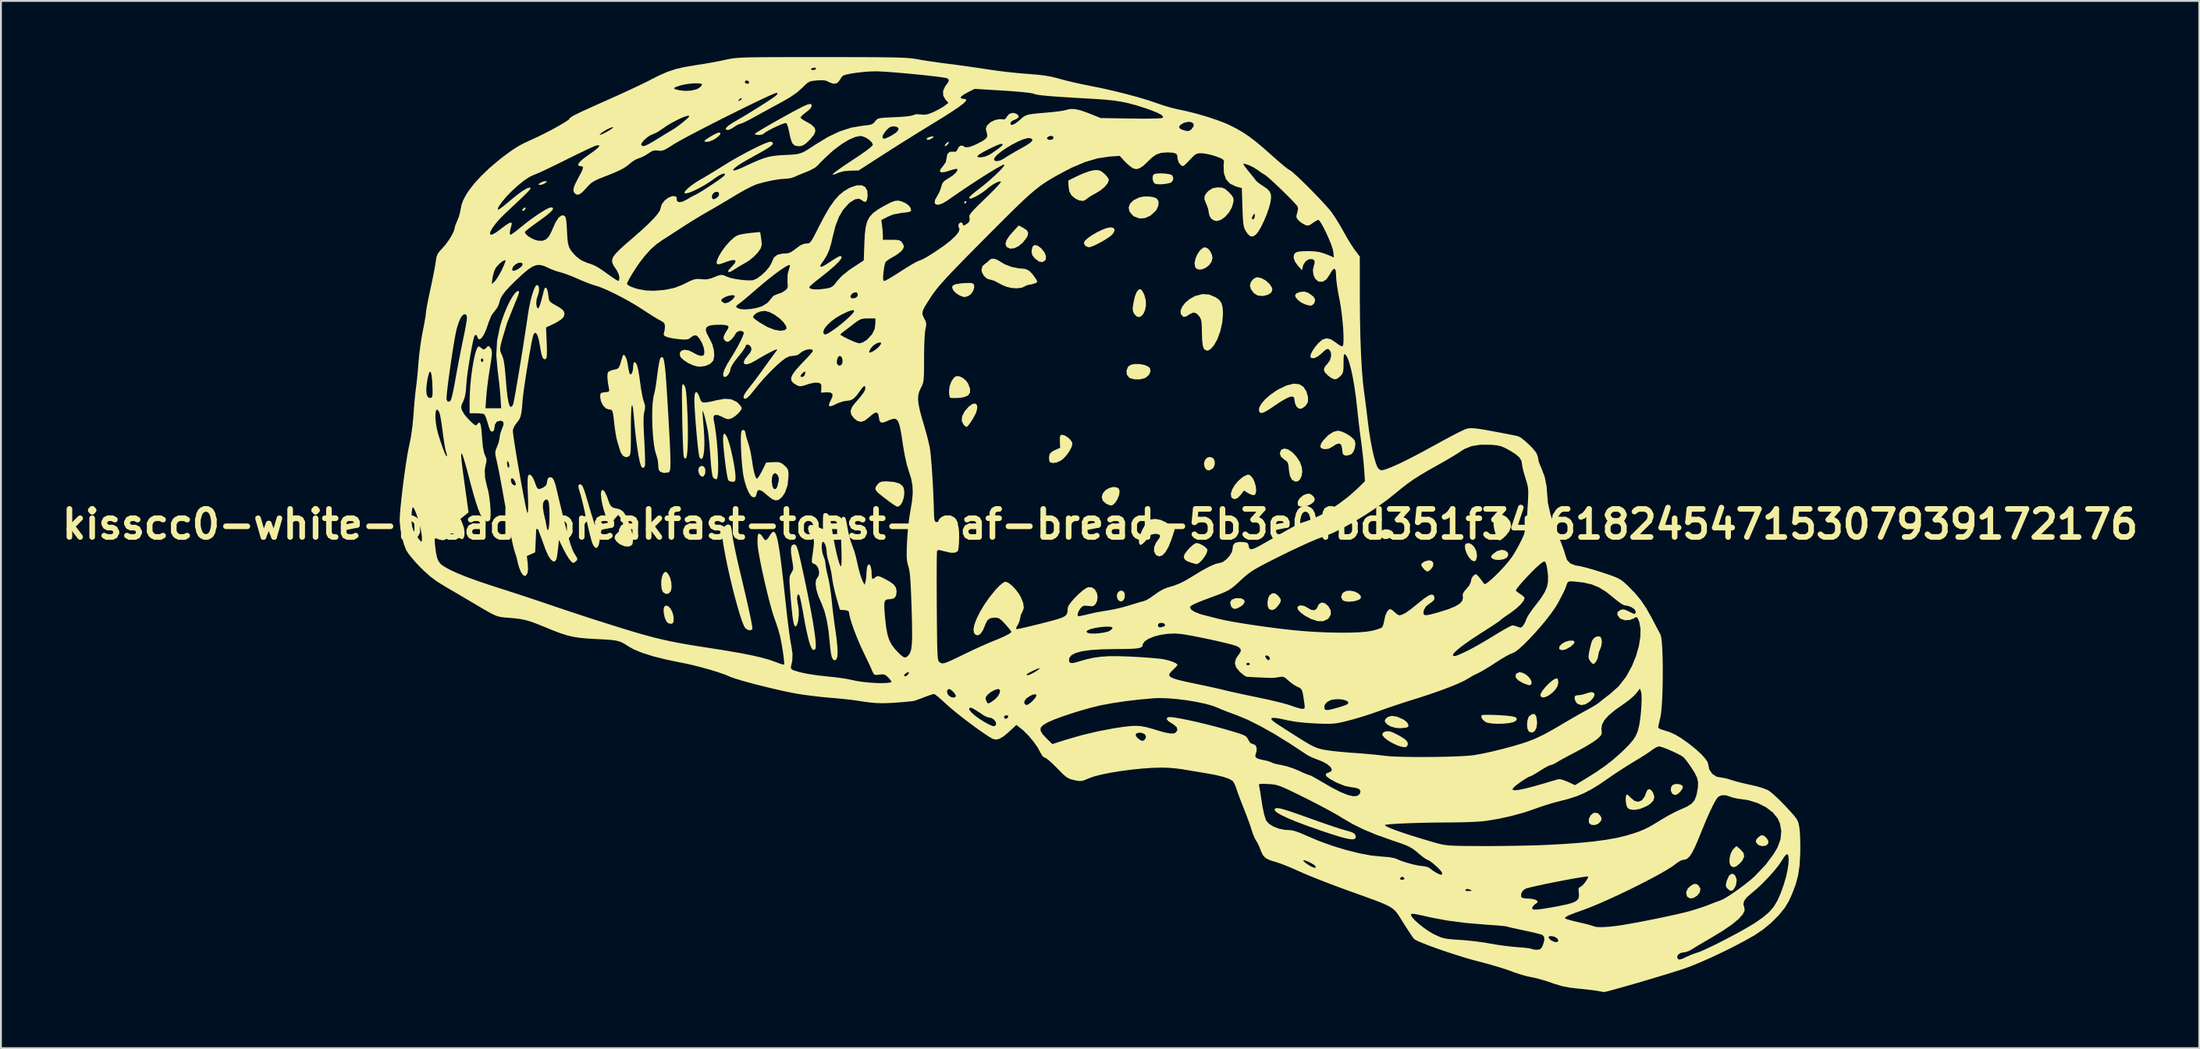
<source format=kicad_pcb>
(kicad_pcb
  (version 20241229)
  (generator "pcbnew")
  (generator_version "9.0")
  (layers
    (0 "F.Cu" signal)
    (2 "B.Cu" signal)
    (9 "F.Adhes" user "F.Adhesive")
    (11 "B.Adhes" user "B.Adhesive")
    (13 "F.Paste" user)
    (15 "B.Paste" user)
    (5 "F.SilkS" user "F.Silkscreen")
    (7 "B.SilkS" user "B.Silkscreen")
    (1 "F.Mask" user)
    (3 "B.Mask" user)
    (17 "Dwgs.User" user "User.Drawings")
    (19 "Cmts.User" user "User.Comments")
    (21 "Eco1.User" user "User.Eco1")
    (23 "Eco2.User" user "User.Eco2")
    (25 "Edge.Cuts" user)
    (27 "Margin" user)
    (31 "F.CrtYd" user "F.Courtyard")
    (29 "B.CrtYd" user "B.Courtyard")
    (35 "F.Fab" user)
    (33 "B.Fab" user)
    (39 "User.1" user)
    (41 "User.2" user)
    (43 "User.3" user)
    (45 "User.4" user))
  (footprint "kisscc0-white-bread-breakfast-toast-loaf-bread-5b3e0fbd351f34.6182454715307939172176"
    (layer "F.Cu")
    (at 55.693 24.963)
    (property "Reference" "kisscc0-white-bread-breakfast-toast-loaf-bread-5b3e0fbd351f34.6182454715307939172176" (at 0 0 0) (layer "F.SilkS") (effects (font (size 1.5 1.5) (thickness 0.3))))
    (attr board_only exclude_from_pos_files exclude_from_bom)
    (fp_poly (pts (xy -7.13 -17.228) (xy -7.167 -17.161) (xy -7.203 -17.143) (xy -7.26 -17.164) (xy -7.257 -17.197) (xy -7.201 -17.268) (xy -7.182 -17.272)) (stroke (width 0) (type solid)) (fill yes) (layer "F.SilkS"))
    (fp_poly (pts (xy -30.676 -16.903) (xy -30.679 -16.863) (xy -30.764 -16.761) (xy -30.796 -16.746) (xy -30.858 -16.764) (xy -30.854 -16.804) (xy -30.77 -16.905) (xy -30.738 -16.921)) (stroke (width 0) (type solid)) (fill yes) (layer "F.SilkS"))
    (fp_poly (pts (xy -8.088 -20.366) (xy -8.16 -20.273) (xy -8.253 -20.207) (xy -8.285 -20.2) (xy -8.298 -20.241) (xy -8.233 -20.334) (xy -8.134 -20.421) (xy -8.08 -20.435)) (stroke (width 0) (type solid)) (fill yes) (layer "F.SilkS"))
    (fp_poly (pts (xy -8.887 -20.71) (xy -8.955 -20.637) (xy -8.963 -20.631) (xy -9.107 -20.552) (xy -9.222 -20.538) (xy -9.267 -20.592) (xy -9.211 -20.653) (xy -9.117 -20.691) (xy -8.941 -20.728)) (stroke (width 0) (type solid)) (fill yes) (layer "F.SilkS"))
    (fp_poly (pts (xy -29.542 -18.324) (xy -29.558 -18.287) (xy -29.629 -18.231) (xy -29.789 -18.154) (xy -29.896 -18.135) (xy -29.991 -18.143) (xy -29.976 -18.179) (xy -29.904 -18.235) (xy -29.745 -18.313) (xy -29.637 -18.331)) (stroke (width 0) (type solid)) (fill yes) (layer "F.SilkS"))
    (fp_poly (pts (xy 1.273 3.608) (xy 1.321 3.754) (xy 1.305 3.949) (xy 1.226 4.079) (xy 1.111 4.127) (xy 0.991 4.075) (xy 0.929 3.992) (xy 0.889 3.817) (xy 0.935 3.659) (xy 1.046 3.558) (xy 1.151 3.545)) (stroke (width 0) (type solid)) (fill yes) (layer "F.SilkS"))
    (fp_poly (pts (xy -21.158 -3.085) (xy -21.085 -2.952) (xy -21.084 -2.751) (xy -21.095 -2.695) (xy -21.171 -2.562) (xy -21.281 -2.547) (xy -21.392 -2.652) (xy -21.402 -2.67) (xy -21.458 -2.861) (xy -21.427 -3.022) (xy -21.318 -3.114) (xy -21.289 -3.121)) (stroke (width 0) (type solid)) (fill yes) (layer "F.SilkS"))
    (fp_poly (pts (xy 15.387 0.277) (xy 15.538 0.336) (xy 15.648 0.426) (xy 15.642 0.533) (xy 15.533 0.667) (xy 15.353 0.781) (xy 15.171 0.791) (xy 15.027 0.698) (xy 14.989 0.635) (xy 14.962 0.462) (xy 15.038 0.335) (xy 15.189 0.268)) (stroke (width 0) (type solid)) (fill yes) (layer "F.SilkS"))
    (fp_poly (pts (xy 6.005 -3.554) (xy 6.037 -3.53) (xy 6.118 -3.387) (xy 6.122 -3.197) (xy 6.052 -3.022) (xy 6.011 -2.977) (xy 5.838 -2.877) (xy 5.689 -2.904) (xy 5.587 -3.036) (xy 5.545 -3.238) (xy 5.59 -3.416) (xy 5.697 -3.546) (xy 5.844 -3.601)) (stroke (width 0) (type solid)) (fill yes) (layer "F.SilkS"))
    (fp_poly (pts (xy 7.539 3.959) (xy 7.684 4.034) (xy 7.721 4.151) (xy 7.64 4.292) (xy 7.509 4.395) (xy 7.285 4.507) (xy 7.128 4.517) (xy 7.019 4.423) (xy 6.986 4.361) (xy 6.946 4.168) (xy 7.026 4.03) (xy 7.221 3.955) (xy 7.295 3.946)) (stroke (width 0) (type solid)) (fill yes) (layer "F.SilkS"))
    (fp_poly (pts (xy 17.716 1.965) (xy 17.796 2.078) (xy 17.779 2.238) (xy 17.667 2.4) (xy 17.538 2.508) (xy 17.435 2.514) (xy 17.312 2.415) (xy 17.278 2.379) (xy 17.16 2.225) (xy 17.157 2.114) (xy 17.276 2.016) (xy 17.347 1.98) (xy 17.56 1.923)) (stroke (width 0) (type solid)) (fill yes) (layer "F.SilkS"))
    (fp_poly (pts (xy 31.962 19.305) (xy 32.058 19.477) (xy 32.024 19.666) (xy 31.89 19.837) (xy 31.692 19.966) (xy 31.507 19.991) (xy 31.364 19.912) (xy 31.332 19.864) (xy 31.291 19.663) (xy 31.381 19.464) (xy 31.513 19.335) (xy 31.696 19.222) (xy 31.839 19.218)) (stroke (width 0) (type solid)) (fill yes) (layer "F.SilkS"))
    (fp_poly (pts (xy 21.621 1.395) (xy 21.762 1.5) (xy 21.798 1.643) (xy 21.722 1.782) (xy 21.713 1.789) (xy 21.544 1.869) (xy 21.32 1.907) (xy 21.103 1.896) (xy 20.968 1.844) (xy 20.878 1.765) (xy 20.887 1.695) (xy 20.956 1.612) (xy 21.18 1.438) (xy 21.427 1.367)) (stroke (width 0) (type solid)) (fill yes) (layer "F.SilkS"))
    (fp_poly (pts (xy 25.336 6.274) (xy 25.299 6.378) (xy 25.146 6.52) (xy 25.085 6.564) (xy 24.854 6.688) (xy 24.664 6.729) (xy 24.539 6.684) (xy 24.512 6.64) (xy 24.53 6.521) (xy 24.646 6.395) (xy 24.826 6.287) (xy 25.04 6.222) (xy 25.06 6.219) (xy 25.256 6.217)) (stroke (width 0) (type solid)) (fill yes) (layer "F.SilkS"))
    (fp_poly (pts (xy 26.579 15.436) (xy 26.703 15.563) (xy 26.776 15.695) (xy 26.767 15.796) (xy 26.706 15.9) (xy 26.572 16.02) (xy 26.398 16.073) (xy 26.231 16.057) (xy 26.116 15.97) (xy 26.1 15.934) (xy 26.098 15.742) (xy 26.185 15.559) (xy 26.332 15.436) (xy 26.413 15.413)) (stroke (width 0) (type solid)) (fill yes) (layer "F.SilkS"))
    (fp_poly (pts (xy 35.439 16.63) (xy 35.59 16.769) (xy 35.594 16.774) (xy 35.683 16.924) (xy 35.676 17.046) (xy 35.663 17.074) (xy 35.544 17.171) (xy 35.367 17.198) (xy 35.187 17.153) (xy 35.105 17.095) (xy 35.014 16.971) (xy 35.03 16.858) (xy 35.133 16.733) (xy 35.294 16.619)) (stroke (width 0) (type solid)) (fill yes) (layer "F.SilkS"))
    (fp_poly (pts (xy -23.151 2.559) (xy -23.066 2.653) (xy -22.961 2.853) (xy -22.897 3.114) (xy -22.883 3.377) (xy -22.924 3.572) (xy -23.041 3.704) (xy -23.194 3.722) (xy -23.342 3.623) (xy -23.407 3.467) (xy -23.436 3.238) (xy -23.428 2.986) (xy -23.386 2.763) (xy -23.312 2.619) (xy -23.22 2.543)) (stroke (width 0) (type solid)) (fill yes) (layer "F.SilkS"))
    (fp_poly (pts (xy -3.328 -14.883) (xy -3.148 -14.747) (xy -2.974 -14.536) (xy -2.889 -14.327) (xy -2.903 -14.149) (xy -2.934 -14.099) (xy -3.082 -14.008) (xy -3.265 -14.041) (xy -3.472 -14.195) (xy -3.476 -14.199) (xy -3.61 -14.361) (xy -3.657 -14.521) (xy -3.654 -14.649) (xy -3.602 -14.845) (xy -3.491 -14.923)) (stroke (width 0) (type solid)) (fill yes) (layer "F.SilkS"))
    (fp_poly (pts (xy 19.849 1.078) (xy 19.99 1.231) (xy 20.09 1.44) (xy 20.125 1.677) (xy 20.122 1.733) (xy 20.072 1.919) (xy 19.976 1.984) (xy 19.841 1.925) (xy 19.703 1.777) (xy 19.58 1.573) (xy 19.502 1.358) (xy 19.477 1.171) (xy 19.513 1.05) (xy 19.53 1.036) (xy 19.689 1.004)) (stroke (width 0) (type solid)) (fill yes) (layer "F.SilkS"))
    (fp_poly (pts (xy 22.604 7.952) (xy 22.779 8.06) (xy 22.934 8.209) (xy 23.024 8.366) (xy 23.044 8.501) (xy 22.984 8.585) (xy 22.913 8.599) (xy 22.807 8.572) (xy 22.635 8.506) (xy 22.555 8.471) (xy 22.316 8.33) (xy 22.192 8.183) (xy 22.191 8.039) (xy 22.24 7.969) (xy 22.397 7.899)) (stroke (width 0) (type solid)) (fill yes) (layer "F.SilkS"))
    (fp_poly (pts (xy 23.217 10.15) (xy 23.297 10.29) (xy 23.332 10.553) (xy 23.333 10.634) (xy 23.299 10.877) (xy 23.21 11.048) (xy 23.084 11.129) (xy 22.942 11.102) (xy 22.88 11.053) (xy 22.817 10.914) (xy 22.798 10.706) (xy 22.819 10.483) (xy 22.878 10.302) (xy 22.922 10.244) (xy 23.091 10.134)) (stroke (width 0) (type solid)) (fill yes) (layer "F.SilkS"))
    (fp_poly (pts (xy 31.032 13.922) (xy 31.118 14.005) (xy 31.121 14.015) (xy 31.089 14.137) (xy 30.985 14.284) (xy 30.85 14.409) (xy 30.724 14.466) (xy 30.716 14.467) (xy 30.593 14.423) (xy 30.547 14.387) (xy 30.475 14.235) (xy 30.487 14.057) (xy 30.562 13.937) (xy 30.701 13.881) (xy 30.875 13.878)) (stroke (width 0) (type solid)) (fill yes) (layer "F.SilkS"))
    (fp_poly (pts (xy 33.824 18.688) (xy 33.912 18.772) (xy 33.993 18.991) (xy 33.96 19.256) (xy 33.898 19.403) (xy 33.783 19.56) (xy 33.659 19.586) (xy 33.515 19.483) (xy 33.499 19.466) (xy 33.429 19.373) (xy 33.411 19.277) (xy 33.442 19.128) (xy 33.475 19.016) (xy 33.576 18.79) (xy 33.696 18.679)) (stroke (width 0) (type solid)) (fill yes) (layer "F.SilkS"))
    (fp_poly (pts (xy 34.189 17.368) (xy 34.355 17.558) (xy 34.392 17.751) (xy 34.301 17.958) (xy 34.173 18.107) (xy 33.978 18.273) (xy 33.827 18.326) (xy 33.703 18.272) (xy 33.666 18.233) (xy 33.608 18.074) (xy 33.612 17.852) (xy 33.667 17.614) (xy 33.767 17.412) (xy 33.815 17.354) (xy 33.979 17.191)) (stroke (width 0) (type solid)) (fill yes) (layer "F.SilkS"))
    (fp_poly (pts (xy -23.058 4.381) (xy -22.941 4.503) (xy -22.843 4.685) (xy -22.782 4.904) (xy -22.772 5.022) (xy -22.779 5.203) (xy -22.822 5.29) (xy -22.912 5.321) (xy -23.072 5.281) (xy -23.159 5.187) (xy -23.241 5.005) (xy -23.294 4.78) (xy -23.31 4.566) (xy -23.281 4.416) (xy -23.276 4.407) (xy -23.176 4.341)) (stroke (width 0) (type solid)) (fill yes) (layer "F.SilkS"))
    (fp_poly (pts (xy -20.273 -20.904) (xy -20.29 -20.83) (xy -20.381 -20.73) (xy -20.521 -20.621) (xy -20.691 -20.523) (xy -20.867 -20.455) (xy -20.917 -20.444) (xy -21.065 -20.433) (xy -21.133 -20.462) (xy -21.133 -20.467) (xy -21.08 -20.531) (xy -20.944 -20.63) (xy -20.764 -20.742) (xy -20.577 -20.844) (xy -20.422 -20.915) (xy -20.35 -20.933)) (stroke (width 0) (type solid)) (fill yes) (layer "F.SilkS"))
    (fp_poly (pts (xy -4.11 -15.842) (xy -3.913 -15.71) (xy -3.838 -15.575) (xy -3.875 -15.406) (xy -3.936 -15.295) (xy -4.135 -15.041) (xy -4.363 -14.854) (xy -4.595 -14.746) (xy -4.808 -14.727) (xy -4.977 -14.808) (xy -4.999 -14.832) (xy -5.053 -14.981) (xy -5 -15.175) (xy -4.836 -15.423) (xy -4.672 -15.612) (xy -4.345 -15.967)) (stroke (width 0) (type solid)) (fill yes) (layer "F.SilkS"))
    (fp_poly (pts (xy 0.896 -1.971) (xy 1.002 -1.898) (xy 1.043 -1.756) (xy 1.013 -1.558) (xy 0.929 -1.345) (xy 0.81 -1.155) (xy 0.676 -1.031) (xy 0.581 -1.003) (xy 0.467 -1.035) (xy 0.321 -1.102) (xy 0.144 -1.258) (xy 0.087 -1.456) (xy 0.141 -1.647) (xy 0.286 -1.82) (xy 0.487 -1.939) (xy 0.703 -1.994)) (stroke (width 0) (type solid)) (fill yes) (layer "F.SilkS"))
    (fp_poly (pts (xy 9.346 3.691) (xy 9.513 3.823) (xy 9.528 3.842) (xy 9.627 3.977) (xy 9.655 4.077) (xy 9.61 4.192) (xy 9.514 4.34) (xy 9.35 4.519) (xy 9.183 4.588) (xy 9.034 4.539) (xy 9.016 4.523) (xy 8.951 4.38) (xy 8.937 4.173) (xy 8.972 3.958) (xy 9.037 3.815) (xy 9.184 3.688)) (stroke (width 0) (type solid)) (fill yes) (layer "F.SilkS"))
    (fp_poly (pts (xy 11.189 -1.631) (xy 11.306 -1.569) (xy 11.424 -1.448) (xy 11.467 -1.331) (xy 11.411 -1.198) (xy 11.27 -1.081) (xy 11.079 -0.991) (xy 10.875 -0.941) (xy 10.695 -0.941) (xy 10.575 -1.004) (xy 10.556 -1.038) (xy 10.554 -1.211) (xy 10.655 -1.39) (xy 10.834 -1.538) (xy 10.906 -1.574) (xy 11.075 -1.634)) (stroke (width 0) (type solid)) (fill yes) (layer "F.SilkS"))
    (fp_poly (pts (xy 13.598 3.597) (xy 13.789 3.692) (xy 13.91 3.821) (xy 13.933 3.912) (xy 13.873 4.002) (xy 13.72 4.072) (xy 13.512 4.119) (xy 13.289 4.137) (xy 13.089 4.118) (xy 12.953 4.059) (xy 12.947 4.053) (xy 12.871 3.898) (xy 12.919 3.728) (xy 12.999 3.635) (xy 13.164 3.557) (xy 13.376 3.548)) (stroke (width 0) (type solid)) (fill yes) (layer "F.SilkS"))
    (fp_poly (pts (xy -6.579 -6.379) (xy -6.556 -6.219) (xy -6.612 -5.989) (xy -6.672 -5.857) (xy -6.803 -5.62) (xy -6.937 -5.413) (xy -7.054 -5.263) (xy -7.132 -5.2) (xy -7.136 -5.2) (xy -7.209 -5.244) (xy -7.29 -5.322) (xy -7.388 -5.522) (xy -7.37 -5.762) (xy -7.24 -6.026) (xy -7.013 -6.289) (xy -6.819 -6.429) (xy -6.671 -6.454)) (stroke (width 0) (type solid)) (fill yes) (layer "F.SilkS"))
    (fp_poly (pts (xy 5.746 -14.741) (xy 5.88 -14.592) (xy 5.974 -14.394) (xy 6 -14.231) (xy 5.953 -14.032) (xy 5.83 -13.856) (xy 5.659 -13.717) (xy 5.469 -13.628) (xy 5.286 -13.605) (xy 5.139 -13.661) (xy 5.069 -13.761) (xy 5.046 -13.963) (xy 5.095 -14.201) (xy 5.199 -14.439) (xy 5.338 -14.641) (xy 5.494 -14.771) (xy 5.601 -14.8)) (stroke (width 0) (type solid)) (fill yes) (layer "F.SilkS"))
    (fp_poly (pts (xy 2.126 -8.559) (xy 2.376 -8.511) (xy 2.575 -8.424) (xy 2.669 -8.328) (xy 2.691 -8.161) (xy 2.61 -7.986) (xy 2.45 -7.842) (xy 2.359 -7.797) (xy 2.103 -7.741) (xy 1.831 -7.745) (xy 1.603 -7.806) (xy 1.548 -7.837) (xy 1.43 -7.993) (xy 1.408 -8.199) (xy 1.487 -8.408) (xy 1.505 -8.433) (xy 1.648 -8.525) (xy 1.869 -8.565)) (stroke (width 0) (type solid)) (fill yes) (layer "F.SilkS"))
    (fp_poly (pts (xy 3.454 -18.741) (xy 3.672 -18.712) (xy 3.821 -18.666) (xy 3.848 -18.647) (xy 3.91 -18.506) (xy 3.878 -18.352) (xy 3.766 -18.247) (xy 3.747 -18.241) (xy 3.509 -18.19) (xy 3.258 -18.166) (xy 3.043 -18.171) (xy 2.917 -18.203) (xy 2.836 -18.312) (xy 2.801 -18.475) (xy 2.818 -18.629) (xy 2.871 -18.703) (xy 3.005 -18.739) (xy 3.216 -18.751)) (stroke (width 0) (type solid)) (fill yes) (layer "F.SilkS"))
    (fp_poly (pts (xy 11.086 -12.379) (xy 11.175 -12.328) (xy 11.391 -12.164) (xy 11.482 -12.011) (xy 11.455 -11.856) (xy 11.426 -11.81) (xy 11.343 -11.714) (xy 11.248 -11.681) (xy 11.097 -11.705) (xy 10.949 -11.75) (xy 10.737 -11.849) (xy 10.556 -11.988) (xy 10.438 -12.135) (xy 10.412 -12.248) (xy 10.494 -12.344) (xy 10.683 -12.412) (xy 10.692 -12.414) (xy 10.904 -12.435)) (stroke (width 0) (type solid)) (fill yes) (layer "F.SilkS"))
    (fp_poly (pts (xy 21.658 -0.416) (xy 21.728 -0.361) (xy 21.901 -0.146) (xy 21.945 0.095) (xy 21.86 0.355) (xy 21.677 0.597) (xy 21.518 0.746) (xy 21.383 0.844) (xy 21.322 0.867) (xy 21.242 0.804) (xy 21.155 0.632) (xy 21.112 0.511) (xy 21.028 0.193) (xy 21.008 -0.042) (xy 21.055 -0.226) (xy 21.138 -0.358) (xy 21.294 -0.498) (xy 21.461 -0.517)) (stroke (width 0) (type solid)) (fill yes) (layer "F.SilkS"))
    (fp_poly (pts (xy 24.424 8.246) (xy 24.455 8.338) (xy 24.467 8.48) (xy 24.423 8.655) (xy 24.308 8.835) (xy 24.146 9.003) (xy 23.962 9.141) (xy 23.781 9.231) (xy 23.627 9.255) (xy 23.524 9.197) (xy 23.51 9.169) (xy 23.525 9.056) (xy 23.617 8.895) (xy 23.763 8.712) (xy 23.937 8.529) (xy 24.116 8.372) (xy 24.276 8.265) (xy 24.393 8.232)) (stroke (width 0) (type solid)) (fill yes) (layer "F.SilkS"))
    (fp_poly (pts (xy 26.356 8.995) (xy 26.405 9.094) (xy 26.352 9.247) (xy 26.19 9.436) (xy 26.164 9.46) (xy 25.922 9.617) (xy 25.693 9.663) (xy 25.498 9.594) (xy 25.444 9.545) (xy 25.356 9.39) (xy 25.333 9.278) (xy 25.36 9.174) (xy 25.465 9.136) (xy 25.535 9.133) (xy 25.735 9.107) (xy 25.957 9.041) (xy 25.982 9.031) (xy 26.212 8.968)) (stroke (width 0) (type solid)) (fill yes) (layer "F.SilkS"))
    (fp_poly (pts (xy -7.336 -7.824) (xy -7.157 -7.675) (xy -7.044 -7.513) (xy -6.942 -7.229) (xy -6.948 -7.019) (xy -7.065 -6.874) (xy -7.299 -6.785) (xy -7.537 -6.753) (xy -7.766 -6.743) (xy -7.94 -6.75) (xy -8.017 -6.771) (xy -8.047 -6.864) (xy -8.064 -7.038) (xy -8.066 -7.128) (xy -8.031 -7.392) (xy -7.937 -7.64) (xy -7.807 -7.831) (xy -7.694 -7.912) (xy -7.529 -7.912)) (stroke (width 0) (type solid)) (fill yes) (layer "F.SilkS"))
    (fp_poly (pts (xy -6.861 -12.887) (xy -6.774 -12.852) (xy -6.737 -12.807) (xy -6.719 -12.649) (xy -6.782 -12.461) (xy -6.901 -12.292) (xy -7.035 -12.199) (xy -7.176 -12.151) (xy -7.28 -12.145) (xy -7.408 -12.186) (xy -7.512 -12.231) (xy -7.697 -12.349) (xy -7.839 -12.499) (xy -7.904 -12.644) (xy -7.872 -12.749) (xy -7.735 -12.821) (xy -7.48 -12.867) (xy -7.281 -12.884) (xy -7.02 -12.896)) (stroke (width 0) (type solid)) (fill yes) (layer "F.SilkS"))
    (fp_poly (pts (xy 2.244 -12.478) (xy 2.335 -12.317) (xy 2.372 -12.228) (xy 2.44 -11.96) (xy 2.447 -11.697) (xy 2.404 -11.457) (xy 2.322 -11.261) (xy 2.21 -11.125) (xy 2.08 -11.069) (xy 1.941 -11.111) (xy 1.823 -11.24) (xy 1.762 -11.355) (xy 1.74 -11.481) (xy 1.754 -11.662) (xy 1.782 -11.844) (xy 1.858 -12.174) (xy 1.953 -12.411) (xy 2.061 -12.543) (xy 2.164 -12.559)) (stroke (width 0) (type solid)) (fill yes) (layer "F.SilkS"))
    (fp_poly (pts (xy 8.619 -13.151) (xy 8.843 -13.025) (xy 9.038 -12.851) (xy 9.167 -12.661) (xy 9.2 -12.528) (xy 9.139 -12.382) (xy 8.977 -12.269) (xy 8.744 -12.207) (xy 8.631 -12.2) (xy 8.406 -12.229) (xy 8.233 -12.334) (xy 8.179 -12.387) (xy 8.051 -12.57) (xy 8 -12.751) (xy 8 -12.754) (xy 8.053 -12.949) (xy 8.187 -13.111) (xy 8.359 -13.196) (xy 8.403 -13.2)) (stroke (width 0) (type solid)) (fill yes) (layer "F.SilkS"))
    (fp_poly (pts (xy 2.858 -17.477) (xy 3.028 -17.405) (xy 3.033 -17.4) (xy 3.121 -17.248) (xy 3.116 -17.043) (xy 3.022 -16.823) (xy 2.959 -16.736) (xy 2.688 -16.491) (xy 2.396 -16.358) (xy 2.101 -16.34) (xy 1.825 -16.443) (xy 1.738 -16.506) (xy 1.568 -16.712) (xy 1.524 -16.926) (xy 1.599 -17.132) (xy 1.788 -17.316) (xy 2.085 -17.462) (xy 2.112 -17.471) (xy 2.347 -17.514) (xy 2.613 -17.515)) (stroke (width 0) (type solid)) (fill yes) (layer "F.SilkS"))
    (fp_poly (pts (xy 15.469 11.067) (xy 15.5 11.074) (xy 15.665 11.138) (xy 15.888 11.248) (xy 16.067 11.349) (xy 16.279 11.488) (xy 16.393 11.601) (xy 16.432 11.711) (xy 16.433 11.734) (xy 16.396 11.865) (xy 16.279 11.913) (xy 16.071 11.881) (xy 15.846 11.803) (xy 15.585 11.681) (xy 15.351 11.537) (xy 15.171 11.393) (xy 15.075 11.269) (xy 15.067 11.232) (xy 15.124 11.118) (xy 15.271 11.059)) (stroke (width 0) (type solid)) (fill yes) (layer "F.SilkS"))
    (fp_poly (pts (xy 15.845 10.277) (xy 16.164 10.415) (xy 16.25 10.465) (xy 16.395 10.589) (xy 16.464 10.718) (xy 16.451 10.821) (xy 16.348 10.866) (xy 16.339 10.867) (xy 16.182 10.879) (xy 16.122 10.891) (xy 16.004 10.897) (xy 15.817 10.88) (xy 15.752 10.871) (xy 15.511 10.8) (xy 15.32 10.685) (xy 15.212 10.55) (xy 15.2 10.491) (xy 15.251 10.394) (xy 15.361 10.297) (xy 15.571 10.236)) (stroke (width 0) (type solid)) (fill yes) (layer "F.SilkS"))
    (fp_poly (pts (xy 20.921 10.184) (xy 21.241 10.196) (xy 21.284 10.198) (xy 21.698 10.225) (xy 21.99 10.26) (xy 22.169 10.305) (xy 22.248 10.366) (xy 22.236 10.446) (xy 22.178 10.517) (xy 22.047 10.58) (xy 21.821 10.626) (xy 21.537 10.653) (xy 21.232 10.66) (xy 20.944 10.647) (xy 20.71 10.611) (xy 20.591 10.569) (xy 20.442 10.451) (xy 20.36 10.32) (xy 20.368 10.214) (xy 20.381 10.199) (xy 20.464 10.186) (xy 20.653 10.18)) (stroke (width 0) (type solid)) (fill yes) (layer "F.SilkS"))
    (fp_poly (pts (xy 0.726 -15.828) (xy 0.777 -15.723) (xy 0.718 -15.57) (xy 0.637 -15.47) (xy 0.491 -15.35) (xy 0.275 -15.208) (xy 0.023 -15.062) (xy -0.229 -14.932) (xy -0.444 -14.839) (xy -0.588 -14.8) (xy -0.594 -14.8) (xy -0.74 -14.845) (xy -0.787 -14.88) (xy -0.858 -14.994) (xy -0.867 -15.041) (xy -0.809 -15.152) (xy -0.655 -15.293) (xy -0.434 -15.448) (xy -0.175 -15.599) (xy 0.094 -15.73) (xy 0.344 -15.825) (xy 0.546 -15.866) (xy 0.567 -15.867)) (stroke (width 0) (type solid)) (fill yes) (layer "F.SilkS"))
    (fp_poly (pts (xy 5.304 1.036) (xy 5.481 1.124) (xy 5.636 1.236) (xy 5.726 1.344) (xy 5.733 1.375) (xy 5.692 1.533) (xy 5.588 1.722) (xy 5.448 1.908) (xy 5.301 2.054) (xy 5.173 2.126) (xy 5.141 2.127) (xy 5.055 2.107) (xy 4.897 2.063) (xy 4.867 2.055) (xy 4.627 1.965) (xy 4.501 1.856) (xy 4.467 1.724) (xy 4.514 1.595) (xy 4.635 1.425) (xy 4.795 1.247) (xy 4.963 1.097) (xy 5.106 1.01) (xy 5.151 1)) (stroke (width 0) (type solid)) (fill yes) (layer "F.SilkS"))
    (fp_poly (pts (xy 26.676 5.993) (xy 26.717 6.016) (xy 26.781 6.142) (xy 26.792 6.337) (xy 26.751 6.55) (xy 26.7 6.667) (xy 26.626 6.854) (xy 26.602 7.002) (xy 26.568 7.166) (xy 26.487 7.33) (xy 26.389 7.443) (xy 26.331 7.467) (xy 26.255 7.416) (xy 26.158 7.297) (xy 26.098 7.182) (xy 26.08 7.059) (xy 26.102 6.88) (xy 26.13 6.747) (xy 26.186 6.509) (xy 26.242 6.305) (xy 26.272 6.215) (xy 26.377 6.074) (xy 26.528 5.992)) (stroke (width 0) (type solid)) (fill yes) (layer "F.SilkS"))
    (fp_poly (pts (xy -1.915 -4.758) (xy -1.74 -4.657) (xy -1.583 -4.514) (xy -1.489 -4.367) (xy -1.48 -4.33) (xy -1.511 -4.157) (xy -1.618 -3.936) (xy -1.777 -3.707) (xy -1.961 -3.507) (xy -2.096 -3.403) (xy -2.31 -3.305) (xy -2.509 -3.27) (xy -2.656 -3.303) (xy -2.707 -3.361) (xy -2.727 -3.495) (xy -2.722 -3.644) (xy -2.678 -3.782) (xy -2.562 -3.887) (xy -2.416 -3.962) (xy -2.132 -4.09) (xy -2.149 -4.426) (xy -2.15 -4.638) (xy -2.119 -4.748) (xy -2.063 -4.783)) (stroke (width 0) (type solid)) (fill yes) (layer "F.SilkS"))
    (fp_poly (pts (xy 8.039 -2.596) (xy 8.163 -2.442) (xy 8.258 -2.231) (xy 8.318 -2.001) (xy 8.334 -1.786) (xy 8.301 -1.625) (xy 8.235 -1.558) (xy 8.119 -1.567) (xy 7.954 -1.635) (xy 7.91 -1.661) (xy 7.683 -1.801) (xy 7.505 -1.567) (xy 7.332 -1.395) (xy 7.173 -1.339) (xy 7.043 -1.404) (xy 7.002 -1.462) (xy 6.98 -1.633) (xy 7.048 -1.852) (xy 7.186 -2.091) (xy 7.376 -2.32) (xy 7.6 -2.51) (xy 7.7 -2.571) (xy 7.857 -2.645) (xy 7.956 -2.648)) (stroke (width 0) (type solid)) (fill yes) (layer "F.SilkS"))
    (fp_poly (pts (xy 12.005 4.219) (xy 12.183 4.371) (xy 12.312 4.594) (xy 12.32 4.819) (xy 12.208 5.017) (xy 12.158 5.062) (xy 11.913 5.178) (xy 11.618 5.177) (xy 11.269 5.062) (xy 10.966 4.903) (xy 10.728 4.736) (xy 10.577 4.578) (xy 10.533 4.463) (xy 10.586 4.365) (xy 10.717 4.332) (xy 10.891 4.362) (xy 11.071 4.456) (xy 11.085 4.467) (xy 11.274 4.572) (xy 11.442 4.592) (xy 11.554 4.524) (xy 11.574 4.483) (xy 11.682 4.269) (xy 11.829 4.18)) (stroke (width 0) (type solid)) (fill yes) (layer "F.SilkS"))
    (fp_poly (pts (xy -11.382 -2.292) (xy -10.989 -2.259) (xy -10.712 -2.177) (xy -10.542 -2.044) (xy -10.479 -1.912) (xy -10.453 -1.67) (xy -10.484 -1.418) (xy -10.559 -1.19) (xy -10.667 -1.019) (xy -10.795 -0.939) (xy -10.827 -0.937) (xy -10.911 -0.977) (xy -11.07 -1.079) (xy -11.274 -1.224) (xy -11.333 -1.269) (xy -11.633 -1.498) (xy -11.837 -1.665) (xy -11.956 -1.79) (xy -12.001 -1.89) (xy -11.984 -1.983) (xy -11.916 -2.088) (xy -11.872 -2.143) (xy -11.774 -2.237) (xy -11.647 -2.282) (xy -11.445 -2.293)) (stroke (width 0) (type solid)) (fill yes) (layer "F.SilkS"))
    (fp_poly (pts (xy 10.048 -3.994) (xy 10.261 -3.85) (xy 10.47 -3.63) (xy 10.656 -3.35) (xy 10.68 -3.305) (xy 10.77 -3.053) (xy 10.794 -2.807) (xy 10.761 -2.585) (xy 10.682 -2.409) (xy 10.568 -2.3) (xy 10.427 -2.277) (xy 10.271 -2.362) (xy 10.231 -2.402) (xy 10.136 -2.591) (xy 10.083 -2.895) (xy 10.08 -2.934) (xy 10.057 -3.161) (xy 10.016 -3.298) (xy 9.937 -3.39) (xy 9.825 -3.462) (xy 9.658 -3.612) (xy 9.596 -3.784) (xy 9.648 -3.946) (xy 9.699 -3.999) (xy 9.854 -4.049)) (stroke (width 0) (type solid)) (fill yes) (layer "F.SilkS"))
    (fp_poly (pts (xy 29.444 14.222) (xy 29.529 14.346) (xy 29.597 14.567) (xy 29.539 14.769) (xy 29.353 14.955) (xy 29.138 15.083) (xy 28.818 15.211) (xy 28.526 15.262) (xy 28.291 15.234) (xy 28.171 15.162) (xy 28.112 15.04) (xy 28.074 14.851) (xy 28.064 14.649) (xy 28.086 14.491) (xy 28.111 14.444) (xy 28.177 14.462) (xy 28.287 14.559) (xy 28.331 14.608) (xy 28.535 14.78) (xy 28.74 14.826) (xy 28.926 14.75) (xy 29.074 14.558) (xy 29.137 14.388) (xy 29.218 14.202) (xy 29.323 14.146)) (stroke (width 0) (type solid)) (fill yes) (layer "F.SilkS"))
    (fp_poly (pts (xy 0.024 -18.883) (xy 0.182 -18.769) (xy 0.223 -18.734) (xy 0.367 -18.584) (xy 0.454 -18.447) (xy 0.467 -18.398) (xy 0.409 -18.227) (xy 0.25 -18.032) (xy 0.015 -17.836) (xy -0.263 -17.669) (xy -0.477 -17.551) (xy -0.649 -17.44) (xy -0.729 -17.372) (xy -0.887 -17.278) (xy -1.102 -17.298) (xy -1.312 -17.397) (xy -1.525 -17.569) (xy -1.643 -17.787) (xy -1.688 -18.087) (xy -1.7 -18.367) (xy -1.17 -18.628) (xy -0.877 -18.757) (xy -0.591 -18.859) (xy -0.362 -18.915) (xy -0.331 -18.919) (xy -0.125 -18.926)) (stroke (width 0) (type solid)) (fill yes) (layer "F.SilkS"))
    (fp_poly (pts (xy -20 -4.799) (xy -19.909 -4.627) (xy -19.847 -4.462) (xy -19.764 -4.187) (xy -19.679 -3.84) (xy -19.598 -3.463) (xy -19.531 -3.093) (xy -19.485 -2.771) (xy -19.467 -2.537) (xy -19.467 -2.531) (xy -19.476 -2.36) (xy -19.52 -2.284) (xy -19.621 -2.267) (xy -19.625 -2.267) (xy -19.778 -2.299) (xy -19.853 -2.35) (xy -19.885 -2.444) (xy -19.925 -2.644) (xy -19.969 -2.921) (xy -20.014 -3.248) (xy -20.056 -3.598) (xy -20.092 -3.942) (xy -20.119 -4.253) (xy -20.132 -4.504) (xy -20.133 -4.569) (xy -20.117 -4.772) (xy -20.071 -4.848)) (stroke (width 0) (type solid)) (fill yes) (layer "F.SilkS"))
    (fp_poly (pts (xy 6.505 -17.987) (xy 6.652 -17.931) (xy 6.807 -17.807) (xy 6.883 -17.733) (xy 7.037 -17.568) (xy 7.111 -17.443) (xy 7.126 -17.312) (xy 7.116 -17.206) (xy 7.032 -16.921) (xy 6.873 -16.649) (xy 6.666 -16.418) (xy 6.437 -16.259) (xy 6.217 -16.2) (xy 6.058 -16.246) (xy 5.933 -16.333) (xy 5.834 -16.5) (xy 5.8 -16.665) (xy 5.769 -16.85) (xy 5.691 -17.068) (xy 5.661 -17.129) (xy 5.569 -17.369) (xy 5.585 -17.563) (xy 5.717 -17.747) (xy 5.809 -17.83) (xy 6.009 -17.955) (xy 6.248 -17.999) (xy 6.313 -18)) (stroke (width 0) (type solid)) (fill yes) (layer "F.SilkS"))
    (fp_poly (pts (xy 10.625 -7.487) (xy 10.855 -7.348) (xy 11.018 -7.095) (xy 11.103 -6.785) (xy 11.097 -6.53) (xy 10.976 -6.329) (xy 10.779 -6.189) (xy 10.633 -6.173) (xy 10.503 -6.267) (xy 10.413 -6.448) (xy 10.387 -6.59) (xy 10.363 -6.751) (xy 10.304 -6.815) (xy 10.182 -6.821) (xy 10.05 -6.777) (xy 9.841 -6.669) (xy 9.582 -6.513) (xy 9.37 -6.371) (xy 9.052 -6.155) (xy 8.822 -6.018) (xy 8.664 -5.952) (xy 8.562 -5.952) (xy 8.501 -6.012) (xy 8.487 -6.042) (xy 8.489 -6.213) (xy 8.597 -6.425) (xy 8.795 -6.66) (xy 9.068 -6.903) (xy 9.402 -7.137) (xy 9.533 -7.215) (xy 9.964 -7.42) (xy 10.328 -7.511)) (stroke (width 0) (type solid)) (fill yes) (layer "F.SilkS"))
    (fp_poly (pts (xy 12.898 -4.957) (xy 13.133 -4.849) (xy 13.363 -4.703) (xy 13.54 -4.549) (xy 13.598 -4.471) (xy 13.633 -4.296) (xy 13.604 -4.078) (xy 13.526 -3.874) (xy 13.413 -3.741) (xy 13.402 -3.734) (xy 13.225 -3.676) (xy 13.065 -3.678) (xy 12.971 -3.741) (xy 12.967 -3.75) (xy 12.942 -3.87) (xy 12.921 -4.05) (xy 12.919 -4.066) (xy 12.871 -4.251) (xy 12.764 -4.319) (xy 12.595 -4.27) (xy 12.439 -4.167) (xy 12.213 -4.037) (xy 11.992 -4.012) (xy 11.988 -4.012) (xy 11.814 -4.059) (xy 11.754 -4.161) (xy 11.808 -4.324) (xy 11.914 -4.479) (xy 12.173 -4.754) (xy 12.441 -4.932) (xy 12.695 -5) (xy 12.708 -5)) (stroke (width 0) (type solid)) (fill yes) (layer "F.SilkS"))
    (fp_poly (pts (xy -22.258 -7.477) (xy -22.226 -7.451) (xy -22.179 -7.387) (xy -22.142 -7.284) (xy -22.113 -7.123) (xy -22.089 -6.884) (xy -22.066 -6.544) (xy -22.05 -6.251) (xy -22.027 -5.703) (xy -22.014 -5.181) (xy -22.011 -4.701) (xy -22.019 -4.281) (xy -22.036 -3.937) (xy -22.062 -3.687) (xy -22.097 -3.549) (xy -22.108 -3.532) (xy -22.175 -3.508) (xy -22.229 -3.606) (xy -22.231 -3.612) (xy -22.245 -3.717) (xy -22.259 -3.937) (xy -22.274 -4.253) (xy -22.288 -4.646) (xy -22.301 -5.099) (xy -22.312 -5.592) (xy -22.313 -5.667) (xy -22.322 -6.218) (xy -22.328 -6.65) (xy -22.33 -6.976) (xy -22.328 -7.208) (xy -22.32 -7.361) (xy -22.306 -7.448) (xy -22.285 -7.482)) (stroke (width 0) (type solid)) (fill yes) (layer "F.SilkS"))
    (fp_poly (pts (xy 3.229 -0.234) (xy 3.525 -0.1) (xy 3.806 0.11) (xy 3.809 0.113) (xy 3.985 0.277) (xy 3.812 0.805) (xy 3.658 1.197) (xy 3.493 1.485) (xy 3.324 1.661) (xy 3.156 1.719) (xy 2.996 1.651) (xy 2.974 1.631) (xy 2.879 1.449) (xy 2.886 1.22) (xy 2.99 0.976) (xy 3.069 0.87) (xy 3.191 0.694) (xy 3.198 0.581) (xy 3.085 0.523) (xy 2.924 0.511) (xy 2.714 0.559) (xy 2.605 0.663) (xy 2.439 0.879) (xy 2.287 1.032) (xy 2.172 1.103) (xy 2.133 1.1) (xy 2.073 0.99) (xy 2.08 0.799) (xy 2.144 0.554) (xy 2.257 0.284) (xy 2.409 0.018) (xy 2.519 -0.132) (xy 2.699 -0.255) (xy 2.944 -0.288)) (stroke (width 0) (type solid)) (fill yes) (layer "F.SilkS"))
    (fp_poly (pts (xy 9.621 15.187) (xy 9.807 15.235) (xy 10.062 15.315) (xy 10.403 15.43) (xy 10.842 15.584) (xy 11.293 15.746) (xy 11.735 15.904) (xy 12.16 16.051) (xy 12.543 16.179) (xy 12.861 16.282) (xy 13.088 16.349) (xy 13.153 16.366) (xy 13.43 16.447) (xy 13.591 16.538) (xy 13.652 16.652) (xy 13.649 16.733) (xy 13.61 16.801) (xy 13.515 16.833) (xy 13.352 16.826) (xy 13.111 16.779) (xy 12.78 16.689) (xy 12.347 16.554) (xy 11.802 16.372) (xy 11.792 16.369) (xy 11.088 16.122) (xy 10.497 15.899) (xy 10.022 15.703) (xy 9.666 15.533) (xy 9.43 15.392) (xy 9.318 15.281) (xy 9.333 15.201) (xy 9.345 15.193) (xy 9.405 15.17) (xy 9.492 15.167)) (stroke (width 0) (type solid)) (fill yes) (layer "F.SilkS"))
    (fp_poly (pts (xy -5.618 -14.182) (xy -5.422 -14.095) (xy -5.372 -14.059) (xy -5.08 -13.885) (xy -4.719 -13.75) (xy -4.355 -13.675) (xy -4.212 -13.667) (xy -3.98 -13.64) (xy -3.789 -13.546) (xy -3.608 -13.365) (xy -3.435 -13.118) (xy -3.362 -12.99) (xy -3.374 -12.925) (xy -3.483 -12.873) (xy -3.497 -12.868) (xy -3.671 -12.817) (xy -3.792 -12.8) (xy -3.935 -12.761) (xy -4.037 -12.702) (xy -4.213 -12.633) (xy -4.467 -12.608) (xy -4.751 -12.629) (xy -5.008 -12.692) (xy -5.234 -12.789) (xy -5.462 -12.91) (xy -5.482 -12.922) (xy -5.668 -13.016) (xy -5.832 -13.065) (xy -5.861 -13.067) (xy -6.041 -13.125) (xy -6.204 -13.273) (xy -6.311 -13.468) (xy -6.333 -13.595) (xy -6.29 -13.782) (xy -6.15 -13.914) (xy -6.005 -14.021) (xy -5.913 -14.115) (xy -5.796 -14.19)) (stroke (width 0) (type solid)) (fill yes) (layer "F.SilkS"))
    (fp_poly (pts (xy -18.111 -15.357) (xy -18.082 -15.138) (xy -18.068 -14.943) (xy -18.067 -14.926) (xy -18.121 -14.746) (xy -18.268 -14.53) (xy -18.482 -14.304) (xy -18.74 -14.095) (xy -18.942 -13.968) (xy -19.182 -13.832) (xy -19.413 -13.693) (xy -19.525 -13.62) (xy -19.725 -13.5) (xy -19.836 -13.471) (xy -19.867 -13.521) (xy -19.823 -13.597) (xy -19.712 -13.721) (xy -19.667 -13.767) (xy -19.507 -13.947) (xy -19.462 -14.066) (xy -19.525 -14.12) (xy -19.693 -14.107) (xy -19.959 -14.023) (xy -20.049 -13.987) (xy -20.297 -13.901) (xy -20.44 -13.895) (xy -20.484 -13.978) (xy -20.437 -14.154) (xy -20.361 -14.319) (xy -20.196 -14.598) (xy -19.983 -14.882) (xy -19.752 -15.139) (xy -19.53 -15.337) (xy -19.369 -15.436) (xy -19.202 -15.484) (xy -18.954 -15.53) (xy -18.677 -15.565) (xy -18.66 -15.567) (xy -18.153 -15.614)) (stroke (width 0) (type solid)) (fill yes) (layer "F.SilkS"))
    (fp_poly (pts (xy 5.828 -12.274) (xy 6.184 -12.12) (xy 6.368 -11.983) (xy 6.482 -11.818) (xy 6.541 -11.593) (xy 6.56 -11.275) (xy 6.56 -11.233) (xy 6.522 -10.777) (xy 6.416 -10.309) (xy 6.257 -9.878) (xy 6.068 -9.546) (xy 5.886 -9.346) (xy 5.725 -9.273) (xy 5.587 -9.328) (xy 5.522 -9.417) (xy 5.481 -9.562) (xy 5.452 -9.812) (xy 5.437 -10.143) (xy 5.436 -10.245) (xy 5.431 -10.567) (xy 5.416 -10.788) (xy 5.385 -10.94) (xy 5.333 -11.053) (xy 5.293 -11.112) (xy 5.136 -11.274) (xy 4.981 -11.313) (xy 4.795 -11.232) (xy 4.734 -11.19) (xy 4.575 -11.093) (xy 4.462 -11.086) (xy 4.414 -11.109) (xy 4.305 -11.242) (xy 4.299 -11.421) (xy 4.383 -11.626) (xy 4.546 -11.836) (xy 4.776 -12.031) (xy 5.058 -12.19) (xy 5.07 -12.195) (xy 5.457 -12.3)) (stroke (width 0) (type solid)) (fill yes) (layer "F.SilkS"))
    (fp_poly (pts (xy -27.713 -2.122) (xy -27.664 -2.077) (xy -27.611 -1.981) (xy -27.548 -1.819) (xy -27.468 -1.574) (xy -27.365 -1.229) (xy -27.262 -0.874) (xy -27.166 -0.549) (xy -27.081 -0.272) (xy -27.015 -0.066) (xy -26.975 0.043) (xy -26.969 0.053) (xy -26.901 0.04) (xy -26.799 -0.034) (xy -26.668 -0.113) (xy -26.59 -0.078) (xy -26.573 0.061) (xy -26.603 0.214) (xy -26.65 0.422) (xy -26.697 0.687) (xy -26.719 0.844) (xy -26.773 1.106) (xy -26.85 1.246) (xy -26.944 1.261) (xy -27.048 1.147) (xy -27.109 1.022) (xy -27.159 0.87) (xy -27.228 0.616) (xy -27.309 0.289) (xy -27.393 -0.083) (xy -27.443 -0.314) (xy -27.527 -0.7) (xy -27.609 -1.061) (xy -27.684 -1.368) (xy -27.744 -1.592) (xy -27.769 -1.672) (xy -27.844 -1.917) (xy -27.859 -2.062) (xy -27.813 -2.126) (xy -27.765 -2.133)) (stroke (width 0) (type solid)) (fill yes) (layer "F.SilkS"))
    (fp_poly (pts (xy -19.77 0.037) (xy -19.718 0.105) (xy -19.682 0.244) (xy -19.651 0.485) (xy -19.649 0.5) (xy -19.617 0.716) (xy -19.559 1.031) (xy -19.481 1.414) (xy -19.389 1.836) (xy -19.298 2.233) (xy -19.114 3.009) (xy -18.961 3.663) (xy -18.836 4.206) (xy -18.738 4.646) (xy -18.664 4.992) (xy -18.612 5.253) (xy -18.581 5.437) (xy -18.569 5.553) (xy -18.574 5.611) (xy -18.576 5.616) (xy -18.674 5.666) (xy -18.817 5.641) (xy -18.947 5.551) (xy -18.948 5.55) (xy -19.027 5.41) (xy -19.126 5.157) (xy -19.241 4.81) (xy -19.366 4.386) (xy -19.498 3.904) (xy -19.632 3.382) (xy -19.762 2.838) (xy -19.885 2.291) (xy -19.995 1.757) (xy -20.088 1.257) (xy -20.16 0.807) (xy -20.163 0.789) (xy -20.172 0.508) (xy -20.124 0.267) (xy -20.03 0.092) (xy -19.902 0.012) (xy -19.851 0.012)) (stroke (width 0) (type solid)) (fill yes) (layer "F.SilkS"))
    (fp_poly (pts (xy -26.47 -1.761) (xy -26.363 -1.561) (xy -26.295 -1.378) (xy -26.207 -1.13) (xy -26.127 -0.98) (xy -26.026 -0.898) (xy -25.877 -0.854) (xy -25.803 -0.842) (xy -25.618 -0.786) (xy -25.467 -0.674) (xy -25.333 -0.484) (xy -25.204 -0.197) (xy -25.103 0.084) (xy -24.984 0.501) (xy -24.938 0.822) (xy -24.965 1.042) (xy -25.013 1.12) (xy -25.173 1.193) (xy -25.391 1.176) (xy -25.63 1.075) (xy -25.673 1.048) (xy -25.823 0.918) (xy -25.912 0.785) (xy -25.92 0.756) (xy -25.917 0.653) (xy -25.861 0.552) (xy -25.731 0.422) (xy -25.607 0.317) (xy -25.492 0.144) (xy -25.477 -0.074) (xy -25.562 -0.292) (xy -25.6 -0.343) (xy -25.733 -0.5) (xy -25.893 -0.321) (xy -26.011 -0.177) (xy -26.085 -0.063) (xy -26.089 -0.054) (xy -26.144 -0.017) (xy -26.221 -0.088) (xy -26.311 -0.248) (xy -26.407 -0.476) (xy -26.498 -0.752) (xy -26.578 -1.054) (xy -26.635 -1.354) (xy -26.657 -1.635) (xy -26.629 -1.797) (xy -26.562 -1.839)) (stroke (width 0) (type solid)) (fill yes) (layer "F.SilkS"))
    (fp_poly (pts (xy -23.33 -8.883) (xy -23.294 -8.773) (xy -23.26 -8.591) (xy -23.228 -8.327) (xy -23.195 -7.97) (xy -23.161 -7.51) (xy -23.124 -6.936) (xy -23.088 -6.347) (xy -23.042 -5.565) (xy -23.005 -4.907) (xy -22.977 -4.36) (xy -22.957 -3.915) (xy -22.945 -3.562) (xy -22.941 -3.289) (xy -22.946 -3.087) (xy -22.958 -2.944) (xy -22.978 -2.852) (xy -23.005 -2.798) (xy -23.039 -2.774) (xy -23.294 -2.741) (xy -23.484 -2.806) (xy -23.566 -2.905) (xy -23.594 -3.093) (xy -23.593 -3.154) (xy -23.615 -3.402) (xy -23.678 -3.644) (xy -23.69 -3.674) (xy -23.764 -3.921) (xy -23.825 -4.27) (xy -23.871 -4.691) (xy -23.902 -5.153) (xy -23.917 -5.627) (xy -23.914 -6.081) (xy -23.892 -6.485) (xy -23.85 -6.809) (xy -23.81 -6.967) (xy -23.776 -7.11) (xy -23.733 -7.352) (xy -23.687 -7.659) (xy -23.646 -7.988) (xy -23.603 -8.31) (xy -23.557 -8.585) (xy -23.513 -8.785) (xy -23.477 -8.883) (xy -23.475 -8.885) (xy -23.42 -8.928) (xy -23.372 -8.931)) (stroke (width 0) (type solid)) (fill yes) (layer "F.SilkS"))
    (fp_poly (pts (xy -15.411 -22.43) (xy -15.401 -22.383) (xy -15.422 -22.286) (xy -15.499 -22.185) (xy -15.656 -22.051) (xy -15.75 -21.98) (xy -15.898 -21.857) (xy -15.988 -21.759) (xy -16 -21.731) (xy -15.946 -21.668) (xy -15.807 -21.576) (xy -15.717 -21.527) (xy -15.417 -21.354) (xy -15.246 -21.189) (xy -15.199 -21.016) (xy -15.274 -20.82) (xy -15.467 -20.582) (xy -15.524 -20.524) (xy -15.718 -20.342) (xy -15.867 -20.243) (xy -16.009 -20.204) (xy -16.089 -20.2) (xy -16.292 -20.231) (xy -16.42 -20.339) (xy -16.428 -20.35) (xy -16.489 -20.492) (xy -16.553 -20.716) (xy -16.604 -20.955) (xy -16.654 -21.187) (xy -16.713 -21.362) (xy -16.766 -21.442) (xy -16.767 -21.443) (xy -16.859 -21.428) (xy -17.034 -21.364) (xy -17.257 -21.266) (xy -17.496 -21.152) (xy -17.716 -21.037) (xy -17.884 -20.937) (xy -17.966 -20.868) (xy -18.055 -20.822) (xy -18.217 -20.8) (xy -18.241 -20.8) (xy -18.384 -20.815) (xy -18.439 -20.853) (xy -18.436 -20.862) (xy -18.365 -20.918) (xy -18.193 -21.026) (xy -17.939 -21.178) (xy -17.62 -21.363) (xy -17.253 -21.572) (xy -16.854 -21.795) (xy -16.443 -22.02) (xy -16.19 -22.157) (xy -15.857 -22.328) (xy -15.624 -22.428) (xy -15.479 -22.461)) (stroke (width 0) (type solid)) (fill yes) (layer "F.SilkS"))
    (fp_poly (pts (xy -16.32 1.079) (xy -16.272 1.096) (xy -16.228 1.143) (xy -16.183 1.236) (xy -16.133 1.39) (xy -16.072 1.621) (xy -15.996 1.946) (xy -15.899 2.379) (xy -15.858 2.567) (xy -15.704 3.293) (xy -15.564 3.984) (xy -15.441 4.624) (xy -15.339 5.198) (xy -15.26 5.689) (xy -15.208 6.08) (xy -15.185 6.331) (xy -15.182 6.548) (xy -15.205 6.665) (xy -15.262 6.714) (xy -15.279 6.718) (xy -15.35 6.701) (xy -15.418 6.604) (xy -15.495 6.406) (xy -15.532 6.289) (xy -15.594 6.056) (xy -15.668 5.73) (xy -15.747 5.348) (xy -15.82 4.951) (xy -15.84 4.835) (xy -15.903 4.483) (xy -15.963 4.176) (xy -16.016 3.94) (xy -16.055 3.799) (xy -16.069 3.772) (xy -16.135 3.753) (xy -16.174 3.837) (xy -16.181 3.997) (xy -16.153 4.207) (xy -16.137 4.279) (xy -16.096 4.544) (xy -16.09 4.843) (xy -16.117 5.127) (xy -16.173 5.347) (xy -16.199 5.399) (xy -16.253 5.459) (xy -16.301 5.447) (xy -16.345 5.353) (xy -16.387 5.167) (xy -16.429 4.879) (xy -16.472 4.481) (xy -16.52 3.962) (xy -16.534 3.786) (xy -16.565 3.403) (xy -16.583 3.129) (xy -16.587 2.939) (xy -16.575 2.808) (xy -16.548 2.712) (xy -16.503 2.627) (xy -16.486 2.599) (xy -16.422 2.486) (xy -16.391 2.379) (xy -16.393 2.239) (xy -16.425 2.027) (xy -16.45 1.889) (xy -16.504 1.521) (xy -16.507 1.268) (xy -16.456 1.122) (xy -16.351 1.076)) (stroke (width 0) (type solid)) (fill yes) (layer "F.SilkS"))
    (fp_poly (pts (xy -18.971 -4.999) (xy -18.933 -4.867) (xy -18.933 -4.865) (xy -18.911 -4.734) (xy -18.854 -4.532) (xy -18.804 -4.386) (xy -18.73 -4.139) (xy -18.658 -3.826) (xy -18.604 -3.512) (xy -18.602 -3.502) (xy -18.535 -3.07) (xy -18.466 -2.741) (xy -18.396 -2.524) (xy -18.336 -2.435) (xy -18.28 -2.472) (xy -18.188 -2.604) (xy -18.077 -2.804) (xy -18.054 -2.849) (xy -17.833 -3.3) (xy -17.455 -3.32) (xy -17.225 -3.324) (xy -17.071 -3.294) (xy -16.939 -3.214) (xy -16.855 -3.142) (xy -16.729 -3.018) (xy -16.664 -2.902) (xy -16.641 -2.743) (xy -16.64 -2.552) (xy -16.691 -2.075) (xy -16.828 -1.689) (xy -16.978 -1.465) (xy -17.143 -1.316) (xy -17.312 -1.274) (xy -17.505 -1.341) (xy -17.742 -1.52) (xy -17.801 -1.574) (xy -18.025 -1.761) (xy -18.185 -1.835) (xy -18.288 -1.799) (xy -18.341 -1.652) (xy -18.345 -1.621) (xy -18.392 -1.476) (xy -18.5 -1.433) (xy -18.623 -1.497) (xy -18.749 -1.674) (xy -18.872 -1.948) (xy -18.981 -2.298) (xy -18.981 -2.299) (xy -17.534 -2.299) (xy -17.499 -2.048) (xy -17.491 -2.017) (xy -17.42 -1.891) (xy -17.327 -1.882) (xy -17.247 -1.987) (xy -17.228 -2.05) (xy -17.186 -2.23) (xy -17.157 -2.347) (xy -17.162 -2.498) (xy -17.23 -2.644) (xy -17.331 -2.728) (xy -17.362 -2.733) (xy -17.459 -2.674) (xy -17.518 -2.518) (xy -17.534 -2.299) (xy -18.981 -2.299) (xy -19.036 -2.537) (xy -19.077 -2.792) (xy -19.113 -3.114) (xy -19.143 -3.476) (xy -19.166 -3.851) (xy -19.18 -4.213) (xy -19.184 -4.536) (xy -19.178 -4.791) (xy -19.159 -4.954) (xy -19.145 -4.992) (xy -19.055 -5.048)) (stroke (width 0) (type solid)) (fill yes) (layer "F.SilkS"))
    (fp_poly (pts (xy -21.518 -7.045) (xy -21.432 -6.899) (xy -21.39 -6.783) (xy -21.323 -6.606) (xy -21.25 -6.525) (xy -21.133 -6.506) (xy -21.1 -6.507) (xy -20.929 -6.528) (xy -20.688 -6.576) (xy -20.479 -6.628) (xy -20.05 -6.705) (xy -19.699 -6.678) (xy -19.416 -6.546) (xy -19.32 -6.464) (xy -19.201 -6.329) (xy -19.137 -6.226) (xy -19.133 -6.21) (xy -19.184 -6.091) (xy -19.31 -5.938) (xy -19.475 -5.788) (xy -19.643 -5.678) (xy -19.673 -5.664) (xy -19.815 -5.618) (xy -19.939 -5.627) (xy -20.102 -5.698) (xy -20.165 -5.733) (xy -20.405 -5.835) (xy -20.567 -5.842) (xy -20.643 -5.754) (xy -20.638 -5.617) (xy -20.57 -5.248) (xy -20.512 -4.836) (xy -20.464 -4.402) (xy -20.428 -3.965) (xy -20.405 -3.546) (xy -20.394 -3.163) (xy -20.398 -2.838) (xy -20.418 -2.59) (xy -20.453 -2.438) (xy -20.492 -2.4) (xy -20.609 -2.447) (xy -20.665 -2.498) (xy -20.701 -2.603) (xy -20.739 -2.821) (xy -20.773 -3.129) (xy -20.803 -3.505) (xy -20.804 -3.525) (xy -20.832 -3.913) (xy -20.864 -4.298) (xy -20.899 -4.638) (xy -20.93 -4.892) (xy -20.933 -4.911) (xy -20.978 -5.161) (xy -21.035 -5.427) (xy -21.095 -5.679) (xy -21.153 -5.888) (xy -21.2 -6.023) (xy -21.227 -6.057) (xy -21.229 -5.986) (xy -21.219 -5.807) (xy -21.201 -5.545) (xy -21.175 -5.226) (xy -21.167 -5.144) (xy -21.138 -4.695) (xy -21.13 -4.298) (xy -21.143 -3.966) (xy -21.175 -3.711) (xy -21.223 -3.546) (xy -21.287 -3.485) (xy -21.364 -3.539) (xy -21.393 -3.587) (xy -21.418 -3.69) (xy -21.449 -3.902) (xy -21.484 -4.201) (xy -21.521 -4.562) (xy -21.558 -4.963) (xy -21.592 -5.379) (xy -21.622 -5.788) (xy -21.646 -6.167) (xy -21.661 -6.49) (xy -21.666 -6.717) (xy -21.646 -6.951) (xy -21.593 -7.061)) (stroke (width 0) (type solid)) (fill yes) (layer "F.SilkS"))
    (fp_poly (pts (xy -25.422 -9.05) (xy -25.376 -9.005) (xy -25.365 -8.994) (xy -25.306 -8.879) (xy -25.248 -8.679) (xy -25.212 -8.482) (xy -25.175 -8.257) (xy -25.136 -8.088) (xy -25.107 -8.019) (xy -25.041 -8.014) (xy -24.981 -8.113) (xy -24.943 -8.285) (xy -24.934 -8.417) (xy -24.919 -8.577) (xy -24.881 -8.663) (xy -24.869 -8.667) (xy -24.795 -8.628) (xy -24.73 -8.505) (xy -24.67 -8.284) (xy -24.612 -7.953) (xy -24.563 -7.595) (xy -24.515 -7.256) (xy -24.46 -6.941) (xy -24.405 -6.689) (xy -24.361 -6.544) (xy -24.299 -6.345) (xy -24.304 -6.158) (xy -24.336 -6.025) (xy -24.364 -5.878) (xy -24.378 -5.671) (xy -24.379 -5.386) (xy -24.367 -5.005) (xy -24.341 -4.51) (xy -24.339 -4.481) (xy -24.318 -4.078) (xy -24.304 -3.716) (xy -24.297 -3.419) (xy -24.297 -3.208) (xy -24.306 -3.108) (xy -24.307 -3.107) (xy -24.38 -3.009) (xy -24.464 -3.038) (xy -24.527 -3.15) (xy -24.584 -3.352) (xy -24.646 -3.662) (xy -24.71 -4.055) (xy -24.772 -4.506) (xy -24.827 -4.988) (xy -24.874 -5.478) (xy -24.881 -5.567) (xy -24.916 -5.959) (xy -24.948 -6.221) (xy -24.978 -6.355) (xy -25.003 -6.362) (xy -25.025 -6.245) (xy -25.041 -6.007) (xy -25.052 -5.65) (xy -25.056 -5.177) (xy -25.056 -4.905) (xy -25.056 -4.474) (xy -25.059 -4.157) (xy -25.068 -3.935) (xy -25.084 -3.788) (xy -25.11 -3.697) (xy -25.146 -3.643) (xy -25.172 -3.622) (xy -25.321 -3.581) (xy -25.47 -3.652) (xy -25.589 -3.818) (xy -25.622 -3.908) (xy -25.678 -4.093) (xy -25.75 -4.325) (xy -25.774 -4.403) (xy -25.825 -4.609) (xy -25.878 -4.897) (xy -25.924 -5.217) (xy -25.938 -5.337) (xy -25.975 -5.672) (xy -26.006 -5.897) (xy -26.04 -6.034) (xy -26.085 -6.104) (xy -26.147 -6.13) (xy -26.227 -6.133) (xy -26.393 -6.194) (xy -26.544 -6.351) (xy -26.652 -6.57) (xy -26.693 -6.791) (xy -26.689 -6.949) (xy -26.638 -7.021) (xy -26.504 -7.049) (xy -26.443 -7.054) (xy -26.278 -7.076) (xy -26.215 -7.123) (xy -26.22 -7.225) (xy -26.226 -7.254) (xy -26.282 -7.562) (xy -26.308 -7.835) (xy -26.303 -8.039) (xy -26.277 -8.126) (xy -26.174 -8.196) (xy -25.999 -8.252) (xy -25.957 -8.26) (xy -25.795 -8.298) (xy -25.702 -8.371) (xy -25.636 -8.52) (xy -25.611 -8.601) (xy -25.537 -8.85) (xy -25.49 -8.994) (xy -25.456 -9.054)) (stroke (width 0) (type solid)) (fill yes) (layer "F.SilkS"))
    (fp_poly (pts (xy -30.004 -12.757) (xy -29.962 -12.638) (xy -29.962 -12.462) (xy -30.007 -12.264) (xy -30.032 -12.203) (xy -30.089 -12.014) (xy -30.107 -11.814) (xy -30.089 -11.644) (xy -30.035 -11.544) (xy -30.003 -11.533) (xy -29.96 -11.595) (xy -29.896 -11.764) (xy -29.821 -12.017) (xy -29.74 -12.332) (xy -29.704 -12.488) (xy -29.65 -12.627) (xy -29.587 -12.645) (xy -29.526 -12.554) (xy -29.479 -12.364) (xy -29.467 -12.261) (xy -29.441 -12.049) (xy -29.391 -11.92) (xy -29.287 -11.826) (xy -29.126 -11.733) (xy -28.864 -11.582) (xy -28.703 -11.461) (xy -28.622 -11.351) (xy -28.6 -11.23) (xy -28.6 -11.23) (xy -28.644 -11.083) (xy -28.786 -10.937) (xy -29.037 -10.78) (xy -29.247 -10.675) (xy -29.585 -10.517) (xy -29.55 -9.702) (xy -29.538 -9.328) (xy -29.54 -9.071) (xy -29.557 -8.913) (xy -29.59 -8.84) (xy -29.597 -8.835) (xy -29.686 -8.817) (xy -29.76 -8.891) (xy -29.825 -9.07) (xy -29.884 -9.366) (xy -29.907 -9.508) (xy -29.971 -9.854) (xy -30.043 -10.094) (xy -30.119 -10.22) (xy -30.196 -10.226) (xy -30.26 -10.127) (xy -30.295 -10.001) (xy -30.346 -9.765) (xy -30.407 -9.444) (xy -30.476 -9.06) (xy -30.548 -8.635) (xy -30.62 -8.194) (xy -30.687 -7.759) (xy -30.747 -7.353) (xy -30.796 -7) (xy -30.828 -6.722) (xy -30.839 -6.602) (xy -30.868 -6.228) (xy -30.901 -5.959) (xy -30.944 -5.766) (xy -31.005 -5.621) (xy -31.092 -5.493) (xy -31.146 -5.429) (xy -31.277 -5.242) (xy -31.351 -5.062) (xy -31.358 -5.013) (xy -31.348 -4.884) (xy -31.319 -4.652) (xy -31.272 -4.335) (xy -31.212 -3.954) (xy -31.141 -3.525) (xy -31.063 -3.068) (xy -30.981 -2.6) (xy -30.899 -2.142) (xy -30.819 -1.711) (xy -30.745 -1.325) (xy -30.681 -1.003) (xy -30.628 -0.764) (xy -30.592 -0.626) (xy -30.578 -0.6) (xy -30.553 -0.665) (xy -30.541 -0.856) (xy -30.541 -0.914) (xy -29.758 -0.914) (xy -29.704 -0.568) (xy -29.679 -0.467) (xy -29.621 -0.216) (xy -29.573 0.032) (xy -29.564 0.085) (xy -29.527 0.262) (xy -29.489 0.316) (xy -29.455 0.259) (xy -29.426 0.101) (xy -29.407 -0.147) (xy -29.401 -0.454) (xy -29.408 -0.839) (xy -29.43 -1.104) (xy -29.472 -1.262) (xy -29.536 -1.324) (xy -29.626 -1.305) (xy -29.648 -1.292) (xy -29.739 -1.157) (xy -29.758 -0.914) (xy -30.541 -0.914) (xy -30.541 -1.165) (xy -30.555 -1.584) (xy -30.556 -1.596) (xy -30.571 -2.022) (xy -30.571 -2.327) (xy -30.556 -2.526) (xy -30.521 -2.632) (xy -30.465 -2.657) (xy -30.385 -2.615) (xy -30.367 -2.601) (xy -30.293 -2.495) (xy -30.208 -2.312) (xy -30.165 -2.195) (xy -30.087 -1.987) (xy -30.011 -1.891) (xy -29.904 -1.89) (xy -29.733 -1.967) (xy -29.73 -1.968) (xy -29.583 -2.079) (xy -29.534 -2.231) (xy -29.533 -2.27) (xy -29.494 -2.44) (xy -29.397 -2.52) (xy -29.272 -2.493) (xy -29.232 -2.459) (xy -29.161 -2.34) (xy -29.092 -2.149) (xy -29.07 -2.067) (xy -28.888 -1.301) (xy -28.733 -0.654) (xy -28.6 -0.115) (xy -28.487 0.328) (xy -28.391 0.687) (xy -28.308 0.973) (xy -28.235 1.196) (xy -28.169 1.369) (xy -28.107 1.503) (xy -28.045 1.609) (xy -28.032 1.628) (xy -27.937 1.783) (xy -27.915 1.876) (xy -27.961 1.951) (xy -27.975 1.965) (xy -28.081 2.047) (xy -28.133 2.067) (xy -28.227 2.008) (xy -28.359 1.845) (xy -28.514 1.596) (xy -28.68 1.28) (xy -28.684 1.271) (xy -28.896 0.833) (xy -28.942 1.279) (xy -28.972 1.53) (xy -29.006 1.743) (xy -29.032 1.862) (xy -29.107 1.981) (xy -29.213 1.982) (xy -29.337 1.875) (xy -29.471 1.672) (xy -29.602 1.38) (xy -29.631 1.3) (xy -29.718 1.06) (xy -29.826 0.764) (xy -29.925 0.5) (xy -30.1 0.033) (xy -30.133 0.767) (xy -30.167 1.5) (xy -30.388 1.597) (xy -30.61 1.695) (xy -30.566 2.076) (xy -30.546 2.404) (xy -30.579 2.621) (xy -30.667 2.741) (xy -30.702 2.758) (xy -30.802 2.728) (xy -30.917 2.566) (xy -30.928 2.545) (xy -31.025 2.308) (xy -31.094 2.059) (xy -31.1 2.03) (xy -31.156 1.786) (xy -31.235 1.532) (xy -31.247 1.5) (xy -31.297 1.335) (xy -31.364 1.056) (xy -31.449 0.661) (xy -31.552 0.145) (xy -31.673 -0.493) (xy -31.814 -1.256) (xy -31.959 -2.067) (xy -32.002 -2.3) (xy -31.46 -2.3) (xy -31.413 -2.179) (xy -31.387 -2.147) (xy -31.276 -2.073) (xy -31.208 -2.097) (xy -31.2 -2.138) (xy -31.233 -2.266) (xy -31.309 -2.394) (xy -31.39 -2.465) (xy -31.402 -2.467) (xy -31.457 -2.416) (xy -31.46 -2.3) (xy -32.002 -2.3) (xy -32.03 -2.451) (xy -32.102 -2.827) (xy -32.169 -3.156) (xy -32.192 -3.261) (xy -31.665 -3.261) (xy -31.649 -3.112) (xy -31.617 -3.038) (xy -31.566 -3.032) (xy -31.546 -3.11) (xy -31.559 -3.228) (xy -31.593 -3.315) (xy -31.644 -3.384) (xy -31.662 -3.339) (xy -31.665 -3.261) (xy -32.192 -3.261) (xy -32.222 -3.401) (xy -32.232 -3.443) (xy -32.285 -3.676) (xy -32.299 -3.834) (xy -32.272 -3.971) (xy -32.203 -4.139) (xy -32.201 -4.143) (xy -32.119 -4.365) (xy -32.071 -4.574) (xy -32.066 -4.633) (xy -32.034 -4.824) (xy -31.96 -5.045) (xy -31.938 -5.096) (xy -31.854 -5.326) (xy -31.866 -5.469) (xy -31.975 -5.53) (xy -32.027 -5.533) (xy -32.214 -5.481) (xy -32.316 -5.328) (xy -32.333 -5.191) (xy -32.364 -5.028) (xy -32.44 -4.948) (xy -32.537 -4.977) (xy -32.543 -4.983) (xy -32.594 -5.079) (xy -32.658 -5.261) (xy -32.71 -5.441) (xy -32.777 -5.657) (xy -32.845 -5.819) (xy -32.89 -5.882) (xy -32.997 -5.91) (xy -33.186 -5.929) (xy -33.317 -5.932) (xy -33.667 -5.933) (xy -33.667 -6.55) (xy -33.656 -6.985) (xy -33.626 -7.442) (xy -33.58 -7.901) (xy -33.521 -8.34) (xy -33.453 -8.739) (xy -33.446 -8.767) (xy -33.067 -8.767) (xy -33.031 -8.678) (xy -33 -8.667) (xy -32.941 -8.721) (xy -32.933 -8.767) (xy -32.969 -8.855) (xy -33 -8.867) (xy -33.059 -8.813) (xy -33.067 -8.767) (xy -33.446 -8.767) (xy -33.379 -9.075) (xy -33.302 -9.328) (xy -33.226 -9.476) (xy -33.201 -9.499) (xy -33.122 -9.483) (xy -33.066 -9.433) (xy -32.943 -9.341) (xy -32.822 -9.38) (xy -32.757 -9.45) (xy -32.682 -9.528) (xy -32.62 -9.502) (xy -32.567 -9.437) (xy -32.517 -9.363) (xy -32.486 -9.28) (xy -32.476 -9.165) (xy -32.487 -8.996) (xy -32.519 -8.75) (xy -32.573 -8.403) (xy -32.601 -8.235) (xy -32.66 -7.844) (xy -32.715 -7.425) (xy -32.757 -7.037) (xy -32.776 -6.818) (xy -32.82 -6.2) (xy -32.4 -6.2) (xy -31.98 -6.2) (xy -32.021 -6.831) (xy -32.05 -7.173) (xy -32.092 -7.585) (xy -32.143 -8.005) (xy -32.175 -8.245) (xy -32.242 -9.047) (xy -32.2 -9.808) (xy -32.045 -10.568) (xy -31.96 -10.853) (xy -31.813 -11.265) (xy -31.655 -11.642) (xy -31.494 -11.966) (xy -31.34 -12.222) (xy -31.202 -12.395) (xy -31.088 -12.468) (xy -31.027 -12.449) (xy -31.031 -12.371) (xy -31.084 -12.205) (xy -31.174 -11.979) (xy -31.216 -11.885) (xy -31.666 -10.756) (xy -31.935 -9.86) (xy -32.001 -9.595) (xy -32.034 -9.42) (xy -32.035 -9.296) (xy -32.004 -9.183) (xy -31.941 -9.044) (xy -31.941 -9.044) (xy -31.879 -8.878) (xy -31.829 -8.653) (xy -31.787 -8.346) (xy -31.749 -7.934) (xy -31.736 -7.769) (xy -31.69 -7.219) (xy -31.641 -6.799) (xy -31.588 -6.503) (xy -31.529 -6.327) (xy -31.465 -6.267) (xy -31.462 -6.267) (xy -31.391 -6.322) (xy -31.34 -6.417) (xy -31.316 -6.519) (xy -31.274 -6.736) (xy -31.217 -7.048) (xy -31.15 -7.438) (xy -31.074 -7.887) (xy -30.992 -8.377) (xy -30.909 -8.89) (xy -30.825 -9.409) (xy -30.746 -9.915) (xy -30.673 -10.389) (xy -30.609 -10.815) (xy -30.564 -11.132) (xy -30.497 -11.542) (xy -30.416 -11.929) (xy -30.326 -12.268) (xy -30.236 -12.539) (xy -30.15 -12.719) (xy -30.086 -12.784)) (stroke (width 0) (type solid)) (fill yes) (layer "F.SilkS"))
    (fp_poly (pts (xy -13.965 -24.962) (xy -13.186 -24.961) (xy -12.52 -24.959) (xy -11.954 -24.956) (xy -11.48 -24.951) (xy -11.085 -24.945) (xy -10.761 -24.936) (xy -10.495 -24.926) (xy -10.277 -24.913) (xy -10.097 -24.897) (xy -9.944 -24.878) (xy -9.808 -24.857) (xy -9.759 -24.848) (xy -9.47 -24.797) (xy -9.09 -24.738) (xy -8.664 -24.677) (xy -8.233 -24.619) (xy -8.089 -24.601) (xy -7.609 -24.538) (xy -7.06 -24.463) (xy -6.508 -24.384) (xy -6.016 -24.309) (xy -5.963 -24.301) (xy -5.487 -24.233) (xy -4.948 -24.166) (xy -4.407 -24.109) (xy -3.927 -24.068) (xy -3.867 -24.064) (xy -3.367 -24.025) (xy -2.959 -23.977) (xy -2.604 -23.914) (xy -2.26 -23.829) (xy -2.167 -23.803) (xy -1.836 -23.714) (xy -1.425 -23.615) (xy -0.987 -23.518) (xy -0.573 -23.434) (xy -0.567 -23.433) (xy 0.062 -23.306) (xy 0.716 -23.158) (xy 1.365 -22.997) (xy 1.979 -22.832) (xy 2.526 -22.67) (xy 2.977 -22.519) (xy 3.032 -22.499) (xy 3.381 -22.38) (xy 3.763 -22.267) (xy 4.111 -22.181) (xy 4.2 -22.163) (xy 4.704 -22.053) (xy 5.246 -21.913) (xy 5.787 -21.752) (xy 6.29 -21.582) (xy 6.719 -21.416) (xy 6.9 -21.334) (xy 7.278 -21.143) (xy 7.62 -20.945) (xy 7.953 -20.723) (xy 8.301 -20.458) (xy 8.691 -20.133) (xy 9.132 -19.743) (xy 9.424 -19.484) (xy 9.684 -19.259) (xy 9.897 -19.083) (xy 10.045 -18.97) (xy 10.109 -18.933) (xy 10.188 -18.887) (xy 10.341 -18.759) (xy 10.552 -18.566) (xy 10.806 -18.323) (xy 11.086 -18.048) (xy 11.375 -17.755) (xy 11.658 -17.462) (xy 11.918 -17.184) (xy 12.14 -16.939) (xy 12.308 -16.741) (xy 12.364 -16.668) (xy 12.539 -16.411) (xy 12.741 -16.088) (xy 12.936 -15.754) (xy 13.014 -15.614) (xy 13.186 -15.308) (xy 13.37 -15.004) (xy 13.537 -14.747) (xy 13.608 -14.648) (xy 13.867 -14.304) (xy 13.868 -12.235) (xy 13.876 -11.081) (xy 13.897 -10.029) (xy 13.932 -9.086) (xy 13.979 -8.257) (xy 14.039 -7.55) (xy 14.096 -7.072) (xy 14.144 -6.716) (xy 14.2 -6.285) (xy 14.255 -5.836) (xy 14.299 -5.467) (xy 14.366 -4.95) (xy 14.447 -4.453) (xy 14.535 -3.996) (xy 14.627 -3.599) (xy 14.718 -3.281) (xy 14.804 -3.062) (xy 14.859 -2.978) (xy 14.957 -2.901) (xy 15.064 -2.888) (xy 15.236 -2.933) (xy 15.243 -2.935) (xy 15.572 -3.06) (xy 16.006 -3.255) (xy 16.537 -3.516) (xy 17.156 -3.84) (xy 17.858 -4.223) (xy 17.992 -4.297) (xy 18.386 -4.514) (xy 18.757 -4.712) (xy 19.084 -4.88) (xy 19.346 -5.009) (xy 19.521 -5.086) (xy 19.559 -5.099) (xy 19.673 -5.126) (xy 19.801 -5.137) (xy 19.964 -5.13) (xy 20.186 -5.104) (xy 20.487 -5.056) (xy 20.892 -4.985) (xy 21.01 -4.963) (xy 21.4 -4.89) (xy 21.754 -4.822) (xy 22.045 -4.764) (xy 22.251 -4.72) (xy 22.34 -4.698) (xy 22.48 -4.619) (xy 22.673 -4.467) (xy 22.886 -4.274) (xy 23.087 -4.07) (xy 23.243 -3.885) (xy 23.306 -3.788) (xy 23.375 -3.609) (xy 23.4 -3.468) (xy 23.429 -3.33) (xy 23.504 -3.132) (xy 23.558 -3.014) (xy 23.737 -2.548) (xy 23.843 -2.026) (xy 23.867 -1.661) (xy 23.914 -1.126) (xy 24.055 -0.51) (xy 24.287 0.176) (xy 24.432 0.533) (xy 24.57 0.866) (xy 24.69 1.178) (xy 24.782 1.438) (xy 24.834 1.613) (xy 24.837 1.63) (xy 24.935 1.909) (xy 25.115 2.095) (xy 25.391 2.199) (xy 25.518 2.219) (xy 25.708 2.255) (xy 25.989 2.326) (xy 26.33 2.423) (xy 26.695 2.536) (xy 26.816 2.576) (xy 27.187 2.7) (xy 27.459 2.799) (xy 27.661 2.887) (xy 27.819 2.978) (xy 27.962 3.086) (xy 28.118 3.228) (xy 28.184 3.29) (xy 28.56 3.673) (xy 28.873 4.052) (xy 29.155 4.47) (xy 29.436 4.967) (xy 29.471 5.033) (xy 29.623 5.324) (xy 29.763 5.591) (xy 29.873 5.8) (xy 29.926 5.9) (xy 29.964 6.041) (xy 29.995 6.293) (xy 30.018 6.637) (xy 30.034 7.051) (xy 30.044 7.513) (xy 30.045 8.003) (xy 30.04 8.499) (xy 30.028 8.98) (xy 30.009 9.426) (xy 29.983 9.815) (xy 29.95 10.126) (xy 29.917 10.313) (xy 29.86 10.556) (xy 29.818 10.749) (xy 29.8 10.856) (xy 29.8 10.861) (xy 29.858 10.916) (xy 30.006 10.977) (xy 30.083 10.999) (xy 30.4 11.097) (xy 30.707 11.236) (xy 31.038 11.434) (xy 31.425 11.71) (xy 31.449 11.728) (xy 31.795 12.005) (xy 32.085 12.269) (xy 32.302 12.504) (xy 32.434 12.694) (xy 32.467 12.802) (xy 32.525 13.093) (xy 32.682 13.33) (xy 32.914 13.485) (xy 33.163 13.533) (xy 33.318 13.555) (xy 33.541 13.61) (xy 33.716 13.665) (xy 33.958 13.738) (xy 34.276 13.821) (xy 34.617 13.9) (xy 34.754 13.928) (xy 35.096 14.009) (xy 35.409 14.105) (xy 35.647 14.201) (xy 35.696 14.227) (xy 35.847 14.339) (xy 36.061 14.526) (xy 36.311 14.766) (xy 36.572 15.032) (xy 36.628 15.093) (xy 36.882 15.369) (xy 37.061 15.572) (xy 37.18 15.727) (xy 37.254 15.859) (xy 37.298 15.991) (xy 37.33 16.15) (xy 37.343 16.234) (xy 37.367 16.471) (xy 37.383 16.8) (xy 37.39 17.18) (xy 37.386 17.569) (xy 37.385 17.623) (xy 37.35 18.224) (xy 37.274 18.745) (xy 37.146 19.236) (xy 36.953 19.747) (xy 36.778 20.133) (xy 36.554 20.503) (xy 36.233 20.895) (xy 35.843 21.286) (xy 35.408 21.647) (xy 34.957 21.952) (xy 34.933 21.966) (xy 34.4 22.267) (xy 33.81 22.577) (xy 33.193 22.883) (xy 32.579 23.172) (xy 31.996 23.428) (xy 31.475 23.639) (xy 31.139 23.759) (xy 30.832 23.858) (xy 30.457 23.976) (xy 30.03 24.106) (xy 29.571 24.244) (xy 29.097 24.385) (xy 28.628 24.523) (xy 28.18 24.652) (xy 27.772 24.768) (xy 27.422 24.865) (xy 27.149 24.939) (xy 26.97 24.982) (xy 26.906 24.993) (xy 26.798 24.976) (xy 26.62 24.943) (xy 26.567 24.933) (xy 26.391 24.905) (xy 26.122 24.872) (xy 25.8 24.836) (xy 25.533 24.81) (xy 25.072 24.757) (xy 24.68 24.68) (xy 24.292 24.566) (xy 24.117 24.505) (xy 23.784 24.393) (xy 23.439 24.293) (xy 23.137 24.22) (xy 23.026 24.199) (xy 22.757 24.14) (xy 22.425 24.045) (xy 22.087 23.932) (xy 21.975 23.889) (xy 21.696 23.79) (xy 21.326 23.671) (xy 20.903 23.547) (xy 20.467 23.426) (xy 20.233 23.366) (xy 19.847 23.263) (xy 19.416 23.137) (xy 19.338 23.112) (xy 30.812 23.112) (xy 30.82 23.157) (xy 30.87 23.237) (xy 30.952 23.258) (xy 31.094 23.215) (xy 31.319 23.11) (xy 31.544 23.008) (xy 31.755 22.928) (xy 31.833 22.905) (xy 32.009 22.845) (xy 32.278 22.73) (xy 32.618 22.571) (xy 33.007 22.379) (xy 33.424 22.166) (xy 33.845 21.944) (xy 34.25 21.723) (xy 34.615 21.514) (xy 34.919 21.331) (xy 35.023 21.264) (xy 35.415 20.987) (xy 35.722 20.723) (xy 35.964 20.444) (xy 36.162 20.119) (xy 36.34 19.72) (xy 36.509 19.24) (xy 36.622 18.854) (xy 36.705 18.485) (xy 36.755 18.154) (xy 36.77 17.885) (xy 36.748 17.699) (xy 36.691 17.62) (xy 36.622 17.66) (xy 36.516 17.789) (xy 36.414 17.951) (xy 36.244 18.206) (xy 35.996 18.516) (xy 35.698 18.851) (xy 35.375 19.184) (xy 35.055 19.486) (xy 34.789 19.709) (xy 34.527 19.937) (xy 34.384 20.135) (xy 34.35 20.317) (xy 34.397 20.462) (xy 34.417 20.638) (xy 34.31 20.853) (xy 34.076 21.108) (xy 33.716 21.401) (xy 33.23 21.733) (xy 32.618 22.104) (xy 32.567 22.133) (xy 32.262 22.31) (xy 31.978 22.478) (xy 31.747 22.618) (xy 31.601 22.71) (xy 31.411 22.811) (xy 31.231 22.864) (xy 31.197 22.867) (xy 31.005 22.903) (xy 30.865 22.993) (xy 30.812 23.112) (xy 19.338 23.112) (xy 18.96 22.994) (xy 18.499 22.843) (xy 18.053 22.69) (xy 17.643 22.542) (xy 17.287 22.405) (xy 17.008 22.288) (xy 16.823 22.197) (xy 16.766 22.156) (xy 16.697 22.067) (xy 16.574 21.888) (xy 16.413 21.644) (xy 16.23 21.358) (xy 16.186 21.288) (xy 16.054 21.075) (xy 15.945 20.901) (xy 15.925 20.873) (xy 16.6 20.873) (xy 16.653 20.985) (xy 16.795 21.147) (xy 17.003 21.336) (xy 17.251 21.535) (xy 17.516 21.721) (xy 17.774 21.876) (xy 17.838 21.909) (xy 18.05 22.01) (xy 18.229 22.081) (xy 18.408 22.129) (xy 18.624 22.162) (xy 18.91 22.187) (xy 19.217 22.207) (xy 19.632 22.24) (xy 20.082 22.29) (xy 20.506 22.348) (xy 20.8 22.399) (xy 21.187 22.466) (xy 21.635 22.528) (xy 22.07 22.576) (xy 22.249 22.591) (xy 22.553 22.615) (xy 22.806 22.643) (xy 22.98 22.669) (xy 23.044 22.688) (xy 23.136 22.719) (xy 23.298 22.733) (xy 23.315 22.733) (xy 23.475 22.715) (xy 23.572 22.633) (xy 23.637 22.502) (xy 23.721 22.23) (xy 23.714 22.108) (xy 23.953 22.108) (xy 24.069 22.221) (xy 24.081 22.23) (xy 24.25 22.314) (xy 24.389 22.326) (xy 24.463 22.265) (xy 24.467 22.236) (xy 24.408 22.124) (xy 24.261 22.036) (xy 24.074 22) (xy 24.071 22) (xy 23.954 22.029) (xy 23.953 22.108) (xy 23.714 22.108) (xy 23.71 22.043) (xy 23.617 21.942) (xy 23.51 21.906) (xy 23.301 21.851) (xy 23.018 21.784) (xy 22.69 21.713) (xy 22.636 21.702) (xy 22.311 21.633) (xy 22.034 21.572) (xy 21.831 21.524) (xy 21.727 21.495) (xy 21.72 21.492) (xy 21.639 21.477) (xy 21.449 21.456) (xy 21.174 21.433) (xy 20.84 21.408) (xy 20.651 21.396) (xy 19.555 21.304) (xy 18.554 21.175) (xy 17.9 21.053) (xy 24.832 21.053) (xy 24.843 21.066) (xy 24.929 21.102) (xy 25.114 21.157) (xy 25.37 21.222) (xy 25.567 21.267) (xy 25.857 21.335) (xy 26.106 21.399) (xy 26.278 21.45) (xy 26.333 21.472) (xy 26.503 21.518) (xy 26.791 21.527) (xy 27.202 21.501) (xy 27.535 21.464) (xy 27.849 21.419) (xy 28.264 21.348) (xy 28.75 21.26) (xy 29.277 21.158) (xy 29.817 21.049) (xy 30.339 20.939) (xy 30.815 20.834) (xy 31.215 20.739) (xy 31.4 20.692) (xy 31.744 20.592) (xy 32.105 20.476) (xy 32.419 20.365) (xy 32.5 20.333) (xy 32.75 20.234) (xy 32.97 20.151) (xy 33.114 20.102) (xy 33.121 20.099) (xy 33.286 20.025) (xy 33.527 19.883) (xy 33.818 19.691) (xy 34.134 19.467) (xy 34.449 19.23) (xy 34.737 18.997) (xy 34.953 18.806) (xy 35.53 18.202) (xy 35.977 17.602) (xy 36.171 17.267) (xy 36.331 16.836) (xy 36.374 16.4) (xy 36.302 15.985) (xy 36.185 15.724) (xy 35.924 15.401) (xy 35.559 15.121) (xy 35.115 14.897) (xy 34.619 14.744) (xy 34.233 14.685) (xy 33.982 14.649) (xy 33.76 14.597) (xy 33.653 14.558) (xy 33.407 14.479) (xy 33.174 14.483) (xy 33 14.568) (xy 32.984 14.583) (xy 32.869 14.751) (xy 32.719 15.029) (xy 32.542 15.399) (xy 32.345 15.846) (xy 32.136 16.353) (xy 32.121 16.392) (xy 31.922 16.882) (xy 31.757 17.259) (xy 31.617 17.537) (xy 31.492 17.73) (xy 31.374 17.851) (xy 31.253 17.914) (xy 31.121 17.933) (xy 31.112 17.933) (xy 30.991 17.975) (xy 30.823 18.08) (xy 30.734 18.15) (xy 30.527 18.301) (xy 30.216 18.494) (xy 29.819 18.72) (xy 29.355 18.97) (xy 28.843 19.234) (xy 28.301 19.504) (xy 27.748 19.769) (xy 27.202 20.022) (xy 26.683 20.252) (xy 26.208 20.45) (xy 25.797 20.608) (xy 25.732 20.631) (xy 25.351 20.766) (xy 25.084 20.87) (xy 24.918 20.948) (xy 24.838 21.006) (xy 24.832 21.053) (xy 17.9 21.053) (xy 17.665 21.009) (xy 17.567 20.987) (xy 17.193 20.902) (xy 16.93 20.846) (xy 16.759 20.816) (xy 16.659 20.811) (xy 16.613 20.829) (xy 16.6 20.866) (xy 16.6 20.873) (xy 15.925 20.873) (xy 15.843 20.757) (xy 15.737 20.635) (xy 15.611 20.527) (xy 15.452 20.425) (xy 15.246 20.322) (xy 14.981 20.209) (xy 14.642 20.078) (xy 14.215 19.922) (xy 13.755 19.756) (xy 22.48 19.756) (xy 22.487 19.91) (xy 22.498 19.93) (xy 22.585 19.971) (xy 22.757 19.996) (xy 22.858 20) (xy 23.074 20.018) (xy 23.248 20.063) (xy 23.294 20.088) (xy 23.368 20.155) (xy 23.347 20.212) (xy 23.24 20.289) (xy 23.117 20.402) (xy 23.067 20.511) (xy 23.088 20.559) (xy 23.161 20.585) (xy 23.301 20.588) (xy 23.521 20.565) (xy 23.835 20.517) (xy 24.259 20.442) (xy 24.517 20.394) (xy 24.93 20.308) (xy 25.226 20.224) (xy 25.421 20.13) (xy 25.532 20.017) (xy 25.573 19.873) (xy 25.563 19.699) (xy 25.544 19.516) (xy 25.568 19.421) (xy 25.645 19.374) (xy 25.655 19.37) (xy 25.759 19.295) (xy 25.885 19.15) (xy 25.999 18.986) (xy 26.063 18.851) (xy 26.067 18.824) (xy 26.005 18.819) (xy 25.834 18.839) (xy 25.574 18.88) (xy 25.247 18.936) (xy 24.873 19.005) (xy 24.473 19.081) (xy 24.068 19.161) (xy 23.678 19.242) (xy 23.325 19.318) (xy 23.03 19.386) (xy 22.813 19.441) (xy 22.7 19.479) (xy 22.559 19.594) (xy 22.48 19.756) (xy 13.755 19.756) (xy 13.688 19.732) (xy 13.25 19.574) (xy 19.495 19.574) (xy 19.579 19.595) (xy 19.67 19.595) (xy 19.816 19.589) (xy 19.841 19.569) (xy 19.759 19.523) (xy 19.748 19.518) (xy 19.604 19.478) (xy 19.518 19.522) (xy 19.495 19.574) (xy 13.25 19.574) (xy 13.233 19.568) (xy 12.716 19.379) (xy 12.193 19.181) (xy 11.689 18.985) (xy 11.518 18.917) (xy 16.017 18.917) (xy 16.048 18.984) (xy 16.133 19) (xy 16.239 18.969) (xy 16.25 18.917) (xy 16.168 18.839) (xy 16.133 18.833) (xy 16.033 18.886) (xy 16.017 18.917) (xy 11.518 18.917) (xy 11.234 18.803) (xy 10.853 18.644) (xy 10.6 18.532) (xy 10.255 18.378) (xy 9.915 18.236) (xy 9.616 18.122) (xy 9.397 18.049) (xy 9.38 18.045) (xy 9.071 17.95) (xy 10.851 17.95) (xy 10.862 17.995) (xy 10.963 18.088) (xy 11.099 18.185) (xy 11.297 18.3) (xy 11.443 18.354) (xy 11.516 18.342) (xy 11.497 18.262) (xy 11.497 18.261) (xy 11.408 18.185) (xy 11.25 18.093) (xy 11.071 18.009) (xy 10.918 17.955) (xy 10.851 17.95) (xy 9.071 17.95) (xy 9.058 17.946) (xy 8.839 17.832) (xy 8.693 17.679) (xy 8.589 17.464) (xy 8.569 17.406) (xy 8.481 17.181) (xy 8.382 16.986) (xy 8.338 16.92) (xy 8.255 16.773) (xy 8.163 16.551) (xy 8.102 16.367) (xy 8.031 16.145) (xy 7.923 15.841) (xy 7.794 15.495) (xy 7.666 15.167) (xy 7.535 14.835) (xy 7.416 14.521) (xy 7.321 14.26) (xy 7.263 14.086) (xy 7.262 14.084) (xy 7.208 13.941) (xy 8.481 13.941) (xy 8.489 13.976) (xy 8.515 14.099) (xy 8.552 14.312) (xy 8.592 14.575) (xy 8.601 14.633) (xy 8.681 15.134) (xy 8.763 15.514) (xy 8.85 15.783) (xy 8.88 15.85) (xy 9.02 16.006) (xy 9.253 16.149) (xy 9.542 16.261) (xy 9.847 16.325) (xy 9.989 16.333) (xy 10.191 16.346) (xy 10.4 16.391) (xy 10.649 16.478) (xy 10.975 16.619) (xy 11.026 16.642) (xy 11.704 16.928) (xy 12.417 17.185) (xy 13.136 17.404) (xy 13.832 17.577) (xy 14.477 17.698) (xy 15.04 17.756) (xy 15.097 17.759) (xy 15.448 17.787) (xy 15.723 17.841) (xy 15.842 17.886) (xy 16.06 17.979) (xy 16.353 18.075) (xy 16.673 18.164) (xy 16.975 18.231) (xy 17.213 18.265) (xy 17.261 18.267) (xy 17.485 18.31) (xy 17.629 18.396) (xy 17.772 18.507) (xy 17.952 18.619) (xy 18.119 18.704) (xy 18.217 18.733) (xy 18.262 18.679) (xy 18.267 18.639) (xy 18.218 18.55) (xy 18.095 18.411) (xy 17.929 18.251) (xy 17.752 18.098) (xy 17.597 17.983) (xy 17.494 17.934) (xy 17.49 17.933) (xy 17.403 17.892) (xy 17.25 17.785) (xy 17.063 17.634) (xy 17.055 17.628) (xy 16.867 17.47) (xy 16.706 17.348) (xy 16.542 17.249) (xy 16.349 17.158) (xy 16.098 17.062) (xy 15.761 16.945) (xy 15.566 16.88) (xy 14.773 16.598) (xy 14.087 16.314) (xy 13.594 16.072) (xy 15.2 16.072) (xy 15.262 16.129) (xy 15.442 16.215) (xy 15.726 16.328) (xy 16.102 16.461) (xy 16.559 16.612) (xy 17.085 16.776) (xy 17.667 16.949) (xy 17.933 17.025) (xy 18.105 17.072) (xy 18.263 17.109) (xy 18.427 17.137) (xy 18.616 17.158) (xy 18.849 17.172) (xy 19.144 17.182) (xy 19.521 17.188) (xy 19.998 17.191) (xy 20.433 17.193) (xy 21.026 17.192) (xy 21.664 17.186) (xy 22.31 17.176) (xy 22.924 17.163) (xy 23.471 17.147) (xy 23.8 17.134) (xy 24.772 17.082) (xy 25.625 17.019) (xy 26.371 16.945) (xy 27.024 16.857) (xy 27.597 16.753) (xy 28.103 16.632) (xy 28.51 16.508) (xy 28.796 16.407) (xy 29.039 16.307) (xy 29.275 16.193) (xy 29.539 16.045) (xy 29.866 15.846) (xy 30 15.763) (xy 30.305 15.583) (xy 30.632 15.409) (xy 30.923 15.27) (xy 31.013 15.232) (xy 31.354 15.079) (xy 31.588 14.924) (xy 31.74 14.742) (xy 31.834 14.508) (xy 31.859 14.407) (xy 31.922 14.056) (xy 31.93 13.782) (xy 31.875 13.539) (xy 31.747 13.278) (xy 31.61 13.059) (xy 31.447 12.82) (xy 31.294 12.613) (xy 31.177 12.472) (xy 31.151 12.446) (xy 31.019 12.359) (xy 30.807 12.246) (xy 30.55 12.125) (xy 30.286 12.011) (xy 30.051 11.922) (xy 29.883 11.872) (xy 29.843 11.867) (xy 29.719 11.907) (xy 29.548 12.006) (xy 29.471 12.063) (xy 29.314 12.176) (xy 29.074 12.333) (xy 28.788 12.513) (xy 28.529 12.669) (xy 28.169 12.889) (xy 27.769 13.145) (xy 27.389 13.397) (xy 27.2 13.529) (xy 26.692 13.878) (xy 26.249 14.152) (xy 25.841 14.366) (xy 25.433 14.536) (xy 24.995 14.677) (xy 24.527 14.797) (xy 24.173 14.89) (xy 23.766 15.014) (xy 23.373 15.147) (xy 23.233 15.199) (xy 22.641 15.4) (xy 21.971 15.584) (xy 21.28 15.737) (xy 20.625 15.845) (xy 20.424 15.869) (xy 20.155 15.89) (xy 19.789 15.908) (xy 19.365 15.922) (xy 18.918 15.93) (xy 18.627 15.932) (xy 18.091 15.935) (xy 17.556 15.943) (xy 17.037 15.955) (xy 16.551 15.97) (xy 16.116 15.987) (xy 15.746 16.007) (xy 15.459 16.028) (xy 15.272 16.049) (xy 15.2 16.071) (xy 15.2 16.072) (xy 13.594 16.072) (xy 13.483 16.018) (xy 12.935 15.696) (xy 12.92 15.686) (xy 12.672 15.536) (xy 12.332 15.345) (xy 11.929 15.126) (xy 11.489 14.895) (xy 11.041 14.667) (xy 10.9 14.597) (xy 10.453 14.377) (xy 10.105 14.208) (xy 9.837 14.085) (xy 9.628 13.999) (xy 9.46 13.943) (xy 9.311 13.909) (xy 9.163 13.891) (xy 8.995 13.88) (xy 8.977 13.879) (xy 8.716 13.868) (xy 8.563 13.871) (xy 8.493 13.894) (xy 8.481 13.941) (xy 7.208 13.941) (xy 7.187 13.888) (xy 7.099 13.739) (xy 7.073 13.71) (xy 6.881 13.6) (xy 6.567 13.492) (xy 6.142 13.389) (xy 5.65 13.3) (xy 5.284 13.24) (xy 4.893 13.175) (xy 4.542 13.115) (xy 4.428 13.095) (xy 4.082 13.048) (xy 3.687 13.013) (xy 3.326 13) (xy 3.319 13) (xy 2.809 13.013) (xy 2.253 13.051) (xy 1.676 13.11) (xy 1.105 13.185) (xy 0.565 13.273) (xy 0.081 13.37) (xy -0.32 13.473) (xy -0.611 13.577) (xy -0.834 13.672) (xy -0.995 13.715) (xy -1.152 13.714) (xy -1.36 13.675) (xy -1.386 13.669) (xy -1.559 13.625) (xy -1.701 13.567) (xy -1.841 13.474) (xy -2.005 13.329) (xy -2.222 13.11) (xy -2.303 13.026) (xy -2.525 12.804) (xy -2.724 12.624) (xy -2.876 12.505) (xy -2.956 12.467) (xy -3.062 12.404) (xy -3.173 12.228) (xy -3.193 12.183) (xy -3.343 11.912) (xy -3.565 11.601) (xy -3.826 11.291) (xy -4.091 11.026) (xy -3.18 11.026) (xy -3.071 11.214) (xy -2.878 11.423) (xy -2.55 11.745) (xy -1.825 11.512) (xy -1.006 11.275) (xy -0.898 11.249) (xy 1.893 11.249) (xy 1.958 11.377) (xy 2.03 11.447) (xy 2.196 11.562) (xy 2.318 11.564) (xy 2.423 11.454) (xy 2.425 11.452) (xy 2.448 11.317) (xy 2.365 11.203) (xy 2.202 11.139) (xy 2.129 11.133) (xy 1.951 11.164) (xy 1.893 11.249) (xy -0.898 11.249) (xy -0.123 11.065) (xy 0.756 10.897) (xy 1.231 10.826) (xy 1.601 10.783) (xy 1.898 10.768) (xy 2.166 10.784) (xy 2.448 10.836) (xy 2.786 10.927) (xy 3.033 11.003) (xy 3.431 11.117) (xy 3.722 11.175) (xy 3.92 11.178) (xy 4.034 11.133) (xy 4.128 10.994) (xy 4.092 10.847) (xy 3.927 10.698) (xy 3.855 10.655) (xy 3.64 10.516) (xy 3.554 10.408) (xy 3.594 10.329) (xy 3.636 10.308) (xy 3.759 10.302) (xy 3.992 10.329) (xy 4.316 10.384) (xy 4.712 10.463) (xy 5.161 10.563) (xy 5.646 10.679) (xy 6.147 10.807) (xy 6.646 10.943) (xy 7.125 11.083) (xy 7.126 11.083) (xy 7.434 11.179) (xy 7.64 11.254) (xy 7.769 11.321) (xy 7.846 11.394) (xy 7.899 11.487) (xy 7.91 11.513) (xy 8.019 11.684) (xy 8.132 11.733) (xy 8.279 11.789) (xy 8.358 11.931) (xy 8.356 12.125) (xy 8.329 12.21) (xy 8.285 12.358) (xy 8.313 12.458) (xy 8.432 12.528) (xy 8.661 12.586) (xy 8.729 12.599) (xy 8.943 12.648) (xy 9.107 12.701) (xy 9.163 12.73) (xy 9.264 12.772) (xy 9.455 12.821) (xy 9.682 12.864) (xy 9.972 12.931) (xy 10.306 13.041) (xy 10.611 13.167) (xy 10.847 13.276) (xy 11.04 13.358) (xy 11.157 13.398) (xy 11.171 13.4) (xy 11.257 13.433) (xy 11.427 13.521) (xy 11.654 13.65) (xy 11.806 13.741) (xy 12.374 14.07) (xy 12.846 14.311) (xy 13.228 14.465) (xy 13.521 14.532) (xy 13.731 14.514) (xy 13.86 14.412) (xy 13.869 14.396) (xy 13.906 14.249) (xy 13.859 14.185) (xy 22.026 14.185) (xy 22.128 14.214) (xy 22.349 14.193) (xy 22.689 14.123) (xy 23.151 14.004) (xy 23.561 13.887) (xy 23.879 13.794) (xy 24.156 13.712) (xy 24.365 13.651) (xy 24.476 13.619) (xy 24.479 13.618) (xy 24.596 13.628) (xy 24.787 13.685) (xy 24.976 13.762) (xy 25.36 13.938) (xy 25.93 13.592) (xy 26.482 13.245) (xy 26.946 12.925) (xy 27.357 12.607) (xy 27.75 12.264) (xy 27.923 12.102) (xy 28.232 11.793) (xy 28.454 11.535) (xy 28.607 11.298) (xy 28.71 11.05) (xy 28.782 10.763) (xy 28.793 10.707) (xy 28.842 10.388) (xy 28.88 10.036) (xy 28.905 9.684) (xy 28.916 9.364) (xy 28.911 9.107) (xy 28.887 8.948) (xy 28.884 8.94) (xy 28.823 8.779) (xy 28.632 9.03) (xy 28.486 9.184) (xy 28.267 9.373) (xy 28.014 9.563) (xy 27.937 9.616) (xy 27.488 9.933) (xy 27.155 10.212) (xy 26.93 10.465) (xy 26.804 10.699) (xy 26.768 10.927) (xy 26.776 11.014) (xy 26.788 11.158) (xy 26.749 11.269) (xy 26.639 11.391) (xy 26.536 11.482) (xy 26.373 11.602) (xy 26.121 11.761) (xy 25.814 11.941) (xy 25.481 12.122) (xy 25.413 12.158) (xy 25.089 12.327) (xy 24.793 12.487) (xy 24.551 12.621) (xy 24.392 12.715) (xy 24.367 12.731) (xy 24.204 12.822) (xy 24.071 12.866) (xy 24.06 12.866) (xy 23.957 12.901) (xy 23.778 12.994) (xy 23.558 13.127) (xy 23.496 13.167) (xy 23.276 13.306) (xy 23.095 13.411) (xy 22.984 13.464) (xy 22.97 13.467) (xy 22.872 13.505) (xy 22.701 13.605) (xy 22.488 13.746) (xy 22.265 13.909) (xy 22.173 13.981) (xy 22.042 14.107) (xy 22.026 14.185) (xy 13.859 14.185) (xy 13.83 14.145) (xy 13.635 14.079) (xy 13.429 14.052) (xy 13.075 13.982) (xy 12.665 13.819) (xy 12.547 13.761) (xy 12.252 13.595) (xy 12.085 13.463) (xy 12.043 13.361) (xy 12.127 13.289) (xy 12.2 13.267) (xy 12.342 13.197) (xy 12.372 13.091) (xy 12.298 12.962) (xy 12.133 12.822) (xy 11.887 12.683) (xy 11.57 12.557) (xy 11.568 12.557) (xy 11.328 12.463) (xy 11.105 12.353) (xy 11.028 12.306) (xy 10.132 11.714) (xy 9.303 11.203) (xy 8.548 10.778) (xy 7.873 10.441) (xy 7.781 10.403) (xy 9.137 10.403) (xy 9.222 10.504) (xy 9.426 10.654) (xy 9.483 10.691) (xy 9.999 11.024) (xy 10.418 11.292) (xy 10.754 11.503) (xy 11.02 11.665) (xy 11.232 11.786) (xy 11.402 11.873) (xy 11.547 11.936) (xy 11.679 11.981) (xy 11.813 12.016) (xy 11.877 12.031) (xy 12.11 12.073) (xy 12.44 12.117) (xy 12.831 12.158) (xy 13.247 12.194) (xy 13.458 12.209) (xy 13.89 12.24) (xy 14.334 12.277) (xy 14.747 12.317) (xy 15.087 12.355) (xy 15.2 12.37) (xy 15.469 12.396) (xy 15.846 12.415) (xy 16.307 12.428) (xy 16.827 12.435) (xy 17.381 12.435) (xy 17.944 12.43) (xy 18.491 12.419) (xy 18.999 12.403) (xy 19.441 12.382) (xy 19.793 12.355) (xy 19.967 12.334) (xy 20.399 12.257) (xy 20.914 12.145) (xy 21.471 12.01) (xy 22.027 11.861) (xy 22.539 11.708) (xy 22.793 11.625) (xy 23.221 11.46) (xy 23.68 11.242) (xy 24.198 10.958) (xy 24.475 10.795) (xy 24.848 10.574) (xy 25.225 10.354) (xy 25.574 10.154) (xy 25.862 9.994) (xy 25.982 9.93) (xy 26.241 9.787) (xy 26.473 9.647) (xy 26.637 9.534) (xy 26.667 9.509) (xy 26.807 9.392) (xy 27.01 9.233) (xy 27.217 9.077) (xy 27.686 8.661) (xy 28.083 8.15) (xy 28.404 7.567) (xy 28.616 7.04) (xy 28.765 6.519) (xy 28.847 6.027) (xy 28.857 5.589) (xy 28.793 5.228) (xy 28.767 5.157) (xy 28.697 5.006) (xy 28.638 4.958) (xy 28.549 4.996) (xy 28.503 5.026) (xy 28.273 5.116) (xy 28.022 5.125) (xy 27.803 5.054) (xy 27.733 5) (xy 27.617 4.833) (xy 27.631 4.694) (xy 27.773 4.585) (xy 27.902 4.546) (xy 28.034 4.566) (xy 28.223 4.653) (xy 28.223 4.653) (xy 28.426 4.756) (xy 28.54 4.791) (xy 28.589 4.759) (xy 28.6 4.663) (xy 28.541 4.549) (xy 28.392 4.44) (xy 28.196 4.361) (xy 28.012 4.333) (xy 27.908 4.292) (xy 27.736 4.18) (xy 27.526 4.018) (xy 27.427 3.935) (xy 27.017 3.607) (xy 26.636 3.371) (xy 26.245 3.211) (xy 25.804 3.111) (xy 25.273 3.054) (xy 25.269 3.054) (xy 25.082 3.048) (xy 24.985 3.08) (xy 24.932 3.171) (xy 24.912 3.233) (xy 24.836 3.443) (xy 24.75 3.633) (xy 24.66 3.806) (xy 24.54 4.035) (xy 24.459 4.19) (xy 24.299 4.457) (xy 24.078 4.771) (xy 23.813 5.115) (xy 23.518 5.47) (xy 23.21 5.82) (xy 22.904 6.148) (xy 22.616 6.436) (xy 22.361 6.666) (xy 22.155 6.823) (xy 22.022 6.886) (xy 21.89 6.937) (xy 21.678 7.049) (xy 21.415 7.204) (xy 21.13 7.387) (xy 21.125 7.389) (xy 20.831 7.58) (xy 20.55 7.752) (xy 20.316 7.887) (xy 20.164 7.963) (xy 19.926 8.079) (xy 19.692 8.216) (xy 19.667 8.233) (xy 19.445 8.359) (xy 19.114 8.513) (xy 18.693 8.687) (xy 18.2 8.873) (xy 17.656 9.065) (xy 17.078 9.255) (xy 16.818 9.336) (xy 16.374 9.475) (xy 15.902 9.629) (xy 15.445 9.783) (xy 15.051 9.922) (xy 14.903 9.976) (xy 14.495 10.119) (xy 14.028 10.27) (xy 13.572 10.405) (xy 13.303 10.478) (xy 12.979 10.559) (xy 12.723 10.614) (xy 12.499 10.646) (xy 12.266 10.66) (xy 11.986 10.66) (xy 11.619 10.647) (xy 11.533 10.644) (xy 10.965 10.609) (xy 10.456 10.553) (xy 10.039 10.48) (xy 10 10.471) (xy 9.6 10.384) (xy 9.324 10.343) (xy 9.17 10.349) (xy 9.137 10.403) (xy 7.781 10.403) (xy 7.284 10.196) (xy 7.233 10.178) (xy 6.923 10.065) (xy 6.629 9.952) (xy 6.395 9.856) (xy 6.3 9.812) (xy 6.001 9.696) (xy 5.6 9.586) (xy 5.126 9.487) (xy 4.611 9.402) (xy 4.085 9.337) (xy 3.579 9.297) (xy 3.124 9.285) (xy 2.867 9.295) (xy 2.108 9.364) (xy 1.368 9.451) (xy 0.68 9.553) (xy 0.08 9.664) (xy -0.1 9.704) (xy -0.569 9.822) (xy -1.07 9.964) (xy -1.572 10.121) (xy -2.044 10.281) (xy -2.453 10.434) (xy -2.768 10.571) (xy -2.8 10.586) (xy -3.047 10.732) (xy -3.173 10.872) (xy -3.18 11.026) (xy -4.091 11.026) (xy -4.093 11.023) (xy -4.198 10.935) (xy -4.469 10.721) (xy -4.862 11.085) (xy -5.148 11.327) (xy -5.379 11.465) (xy -5.573 11.507) (xy -5.747 11.46) (xy -5.751 11.458) (xy -5.968 11.328) (xy -6.262 11.131) (xy -6.607 10.886) (xy -6.979 10.612) (xy -7.352 10.327) (xy -7.701 10.05) (xy -7.963 9.833) (xy -6.997 9.833) (xy -6.977 9.922) (xy -6.871 10.054) (xy -6.693 10.214) (xy -6.455 10.39) (xy -6.172 10.567) (xy -6.167 10.57) (xy -5.907 10.71) (xy -5.736 10.78) (xy -5.63 10.784) (xy -5.57 10.727) (xy -5.556 10.698) (xy -5.569 10.568) (xy -5.667 10.438) (xy -5.81 10.348) (xy -5.894 10.333) (xy -6.033 10.3) (xy -5.133 10.3) (xy -5.084 10.388) (xy -5.04 10.4) (xy -4.938 10.346) (xy -4.909 10.3) (xy -4.92 10.218) (xy -5.002 10.2) (xy -5.109 10.242) (xy -5.133 10.3) (xy -6.033 10.3) (xy -6.05 10.296) (xy -6.206 10.216) (xy -6.488 10.028) (xy -6.682 9.905) (xy -6.807 9.834) (xy -6.886 9.804) (xy -6.917 9.8) (xy -6.997 9.833) (xy -7.963 9.833) (xy -8.001 9.801) (xy -8.207 9.617) (xy -8.44 9.403) (xy -8.641 9.228) (xy -8.791 9.11) (xy -8.866 9.067) (xy -8.965 9.089) (xy -9.147 9.149) (xy -9.355 9.225) (xy -9.588 9.315) (xy -9.785 9.388) (xy -9.892 9.427) (xy -10.003 9.447) (xy -10.219 9.472) (xy -10.509 9.499) (xy -10.847 9.525) (xy -10.926 9.53) (xy -11.315 9.553) (xy -11.64 9.561) (xy -11.941 9.552) (xy -12.257 9.525) (xy -12.627 9.477) (xy -13.067 9.41) (xy -13.302 9.378) (xy -13.628 9.342) (xy -14.003 9.305) (xy -14.387 9.272) (xy -14.415 9.27) (xy -14.851 9.229) (xy -15.336 9.174) (xy -15.806 9.112) (xy -16.148 9.06) (xy -16.513 8.992) (xy -16.625 8.968) (xy -8.175 8.968) (xy -8.122 9.106) (xy -8.098 9.136) (xy -7.952 9.239) (xy -7.803 9.263) (xy -7.788 9.254) (xy -6.112 9.254) (xy -6.1 9.382) (xy -6.077 9.437) (xy -6.02 9.547) (xy -5.957 9.57) (xy -5.841 9.515) (xy -5.793 9.487) (xy -5.753 9.457) (xy -4.044 9.457) (xy -4.043 9.566) (xy -3.968 9.655) (xy -3.848 9.635) (xy -3.672 9.503) (xy -3.62 9.454) (xy -3.456 9.268) (xy -3.397 9.139) (xy -3.438 9.078) (xy -3.576 9.097) (xy -3.725 9.162) (xy -3.939 9.307) (xy -4.044 9.457) (xy -5.753 9.457) (xy -5.61 9.349) (xy -5.46 9.19) (xy -5.359 9.006) (xy -5.341 8.869) (xy -5.409 8.803) (xy -5.437 8.8) (xy -5.613 8.844) (xy -5.822 8.956) (xy -6.007 9.105) (xy -6.027 9.127) (xy -6.112 9.254) (xy -7.788 9.254) (xy -7.7 9.201) (xy -7.717 9.118) (xy -7.802 8.997) (xy -7.92 8.879) (xy -8.032 8.807) (xy -8.066 8.8) (xy -8.155 8.85) (xy -8.175 8.968) (xy -16.625 8.968) (xy -16.94 8.902) (xy -17.407 8.796) (xy -17.891 8.68) (xy -18.367 8.56) (xy -18.813 8.442) (xy -19.205 8.331) (xy -19.52 8.234) (xy -19.734 8.157) (xy -19.773 8.139) (xy -20.034 8.031) (xy -20.394 7.906) (xy -20.821 7.774) (xy -21.283 7.645) (xy -21.747 7.526) (xy -22.183 7.429) (xy -22.353 7.396) (xy -23.151 7.233) (xy -23.845 7.06) (xy -24.427 6.877) (xy -24.89 6.689) (xy -25.183 6.526) (xy -25.368 6.406) (xy -25.527 6.318) (xy -25.686 6.255) (xy -25.871 6.211) (xy -26.108 6.18) (xy -26.424 6.157) (xy -26.844 6.135) (xy -26.89 6.133) (xy -27.381 6.105) (xy -27.786 6.067) (xy -28.14 6.011) (xy -28.48 5.929) (xy -28.84 5.813) (xy -29.256 5.654) (xy -29.66 5.488) (xy -30.074 5.32) (xy -30.405 5.199) (xy -30.694 5.116) (xy -30.977 5.06) (xy -31.294 5.021) (xy -31.513 5.003) (xy -31.745 4.985) (xy -31.929 4.966) (xy -32.088 4.937) (xy -32.243 4.889) (xy -32.415 4.814) (xy -32.627 4.703) (xy -32.9 4.547) (xy -33.256 4.337) (xy -33.472 4.209) (xy -33.85 3.985) (xy -34.266 3.74) (xy -34.668 3.505) (xy -35 3.311) (xy -35.414 3.053) (xy -35.769 2.788) (xy -36.12 2.475) (xy -36.3 2.296) (xy -36.546 2.036) (xy -36.769 1.778) (xy -36.945 1.552) (xy -37.048 1.391) (xy -37.171 1.079) (xy -37.277 0.688) (xy -37.357 0.272) (xy -37.397 -0.115) (xy -37.4 -0.224) (xy -37.395 -0.358) (xy -36.767 -0.358) (xy -36.761 -0.077) (xy -36.737 0.122) (xy -36.681 0.291) (xy -36.579 0.481) (xy -36.536 0.553) (xy -36.41 0.746) (xy -36.305 0.883) (xy -36.243 0.933) (xy -36.221 0.884) (xy -35.532 0.884) (xy -35.514 1.094) (xy -35.51 1.139) (xy -35.462 1.518) (xy -35.403 1.791) (xy -35.32 1.986) (xy -35.202 2.131) (xy -35.046 2.247) (xy -34.723 2.428) (xy -34.302 2.622) (xy -33.776 2.833) (xy -33.137 3.064) (xy -32.378 3.317) (xy -32.118 3.4) (xy -31.594 3.568) (xy -31.019 3.755) (xy -30.437 3.947) (xy -29.892 4.129) (xy -29.427 4.287) (xy -29.4 4.296) (xy -28.909 4.463) (xy -28.343 4.653) (xy -27.754 4.847) (xy -27.196 5.03) (xy -26.867 5.135) (xy -26.088 5.382) (xy -25.415 5.592) (xy -24.827 5.77) (xy -24.304 5.92) (xy -23.825 6.048) (xy -23.369 6.159) (xy -22.917 6.258) (xy -22.447 6.349) (xy -21.938 6.439) (xy -21.371 6.531) (xy -20.733 6.63) (xy -19.898 6.763) (xy -19.184 6.887) (xy -18.582 7.007) (xy -18.081 7.123) (xy -17.67 7.238) (xy -17.339 7.354) (xy -17.325 7.36) (xy -17.111 7.441) (xy -16.95 7.49) (xy -16.877 7.499) (xy -16.876 7.499) (xy -16.869 7.419) (xy -16.883 7.239) (xy -16.913 6.988) (xy -16.956 6.697) (xy -17.006 6.396) (xy -17.06 6.114) (xy -17.108 5.9) (xy -17.193 5.602) (xy -17.3 5.276) (xy -17.364 5.1) (xy -17.456 4.832) (xy -17.563 4.469) (xy -17.679 4.036) (xy -17.799 3.556) (xy -17.917 3.055) (xy -18.028 2.555) (xy -18.127 2.08) (xy -18.207 1.656) (xy -18.264 1.305) (xy -18.292 1.051) (xy -18.294 1) (xy -18.292 0.736) (xy -18.275 0.582) (xy -18.239 0.512) (xy -18.201 0.5) (xy -18.104 0.555) (xy -18.014 0.683) (xy -17.924 0.826) (xy -17.836 0.849) (xy -17.733 0.75) (xy -17.658 0.633) (xy -17.576 0.507) (xy -17.502 0.426) (xy -17.435 0.399) (xy -17.373 0.432) (xy -17.313 0.533) (xy -17.255 0.709) (xy -17.197 0.969) (xy -17.136 1.318) (xy -17.071 1.766) (xy -17.001 2.318) (xy -16.923 2.983) (xy -16.837 3.768) (xy -16.765 4.431) (xy -16.712 4.909) (xy -16.656 5.371) (xy -16.601 5.791) (xy -16.551 6.144) (xy -16.508 6.402) (xy -16.49 6.49) (xy -16.424 6.919) (xy -16.439 7.299) (xy -16.504 7.582) (xy -16.512 7.699) (xy -16.427 7.775) (xy -16.357 7.805) (xy -16.029 7.905) (xy -15.59 7.996) (xy -15.065 8.076) (xy -14.5 8.136) (xy -14.139 8.174) (xy -13.783 8.221) (xy -13.477 8.272) (xy -13.3 8.31) (xy -13.001 8.373) (xy -12.653 8.424) (xy -12.286 8.461) (xy -11.926 8.483) (xy -11.603 8.488) (xy -11.343 8.475) (xy -11.175 8.443) (xy -11.138 8.423) (xy -11.162 8.365) (xy -11.255 8.249) (xy -11.305 8.194) (xy -11.441 8.069) (xy -10.467 8.069) (xy -10.427 8.13) (xy -10.331 8.096) (xy -10.28 8.053) (xy -10.267 8.034) (xy -3.933 8.034) (xy -3.882 8.068) (xy -3.739 8.026) (xy -3.517 7.913) (xy -3.484 7.894) (xy -3.324 7.791) (xy -3.231 7.714) (xy -3.221 7.69) (xy -3.291 7.701) (xy -3.435 7.758) (xy -3.612 7.84) (xy -3.781 7.928) (xy -3.901 8.001) (xy -3.933 8.034) (xy -10.267 8.034) (xy -10.205 7.947) (xy -10.23 7.901) (xy -10.333 7.933) (xy -10.439 8.015) (xy -10.467 8.069) (xy -11.441 8.069) (xy -11.445 8.066) (xy -11.572 8.018) (xy -11.753 8.028) (xy -11.785 8.033) (xy -11.965 8.053) (xy -12.064 8.024) (xy -12.132 7.92) (xy -12.174 7.821) (xy -12.245 7.66) (xy -12.358 7.414) (xy -12.499 7.118) (xy -12.637 6.833) (xy -12.806 6.471) (xy -12.97 6.084) (xy -13.121 5.698) (xy -13.248 5.34) (xy -13.342 5.037) (xy -13.393 4.815) (xy -13.4 4.744) (xy -13.428 4.649) (xy -13.534 4.602) (xy -13.647 4.587) (xy -13.894 4.567) (xy -14.079 3.933) (xy -14.167 3.599) (xy -14.244 3.254) (xy -14.297 2.956) (xy -14.309 2.867) (xy -14.355 2.564) (xy -14.425 2.249) (xy -14.477 2.073) (xy -14.547 1.829) (xy -14.592 1.598) (xy -14.6 1.494) (xy -14.621 1.276) (xy -14.675 1.085) (xy -14.748 0.96) (xy -14.798 0.933) (xy -14.845 0.991) (xy -14.865 1.138) (xy -14.858 1.333) (xy -14.826 1.533) (xy -14.772 1.698) (xy -14.767 1.709) (xy -14.693 1.915) (xy -14.666 2.1) (xy -14.647 2.265) (xy -14.602 2.506) (xy -14.538 2.771) (xy -14.537 2.776) (xy -14.478 3.044) (xy -14.417 3.395) (xy -14.364 3.775) (xy -14.334 4.043) (xy -14.294 4.432) (xy -14.245 4.848) (xy -14.196 5.23) (xy -14.167 5.433) (xy -14.085 6.011) (xy -14.035 6.467) (xy -14.016 6.812) (xy -14.027 7.054) (xy -14.07 7.201) (xy -14.145 7.263) (xy -14.173 7.267) (xy -14.257 7.23) (xy -14.323 7.109) (xy -14.374 6.889) (xy -14.415 6.557) (xy -14.429 6.4) (xy -14.501 5.698) (xy -14.598 5.111) (xy -14.723 4.622) (xy -14.879 4.215) (xy -14.907 4.158) (xy -15.056 3.806) (xy -15.153 3.475) (xy -15.192 3.19) (xy -15.17 2.976) (xy -15.108 2.873) (xy -15.018 2.722) (xy -15.006 2.522) (xy -15.061 2.32) (xy -15.173 2.165) (xy -15.271 2.113) (xy -15.358 2.077) (xy -15.393 2.005) (xy -15.387 1.859) (xy -15.373 1.754) (xy -15.323 1.39) (xy -15.291 1.133) (xy -15.281 0.958) (xy -15.291 0.84) (xy -15.325 0.753) (xy -15.382 0.673) (xy -15.426 0.621) (xy -15.549 0.424) (xy -15.596 0.237) (xy -15.562 0.094) (xy -15.494 0.04) (xy -15.373 0.041) (xy -15.189 0.092) (xy -15.094 0.129) (xy -14.8 0.259) (xy -14.8 -0.17) (xy -14.796 -0.404) (xy -14.777 -0.534) (xy -14.734 -0.589) (xy -14.669 -0.6) (xy -14.579 -0.583) (xy -14.509 -0.519) (xy -14.449 -0.388) (xy -14.394 -0.172) (xy -14.335 0.149) (xy -14.306 0.333) (xy -14.231 0.775) (xy -14.15 1.193) (xy -14.068 1.569) (xy -13.989 1.881) (xy -13.92 2.109) (xy -13.863 2.231) (xy -13.85 2.243) (xy -13.824 2.215) (xy -13.809 2.085) (xy -13.804 1.846) (xy -13.809 1.49) (xy -13.823 1.051) (xy -13.839 0.571) (xy -13.845 0.208) (xy -13.841 -0.053) (xy -13.826 -0.228) (xy -13.797 -0.334) (xy -13.754 -0.386) (xy -13.694 -0.4) (xy -13.694 -0.4) (xy -13.646 -0.39) (xy -13.608 -0.344) (xy -13.572 -0.241) (xy -13.532 -0.058) (xy -13.48 0.229) (xy -13.462 0.332) (xy -13.395 0.636) (xy -13.301 0.954) (xy -13.235 1.132) (xy -13.131 1.42) (xy -13.038 1.742) (xy -13.002 1.9) (xy -12.906 2.332) (xy -12.804 2.702) (xy -12.704 2.983) (xy -12.659 3.078) (xy -12.575 3.233) (xy -12.527 3.067) (xy -12.498 2.902) (xy -12.478 2.672) (xy -12.473 2.554) (xy -12.447 2.297) (xy -12.39 2.161) (xy -12.32 2.142) (xy -12.255 2.236) (xy -12.21 2.439) (xy -12.201 2.617) (xy -12.192 2.826) (xy -12.158 2.916) (xy -12.085 2.902) (xy -11.995 2.829) (xy -11.919 2.776) (xy -11.833 2.771) (xy -11.698 2.819) (xy -11.523 2.903) (xy -11.215 3.073) (xy -11.015 3.226) (xy -10.906 3.382) (xy -10.867 3.562) (xy -10.867 3.598) (xy -10.901 3.832) (xy -11.012 3.962) (xy -11.197 4.001) (xy -11.34 4.008) (xy -11.439 4.04) (xy -11.498 4.117) (xy -11.524 4.258) (xy -11.522 4.484) (xy -11.498 4.814) (xy -11.482 5) (xy -11.428 5.487) (xy -11.358 5.869) (xy -11.263 6.175) (xy -11.132 6.431) (xy -10.955 6.667) (xy -10.816 6.817) (xy -10.62 7.006) (xy -10.484 7.103) (xy -10.381 7.116) (xy -10.284 7.053) (xy -10.238 7.005) (xy -10.172 6.915) (xy -10.12 6.799) (xy -10.081 6.643) (xy -10.056 6.431) (xy -10.041 6.15) (xy -10.038 5.786) (xy -10.044 5.323) (xy -10.058 4.748) (xy -10.067 4.468) (xy -10.087 3.87) (xy -10.108 3.391) (xy -10.129 3.013) (xy -10.152 2.722) (xy -10.179 2.503) (xy -10.211 2.339) (xy -10.24 2.239) (xy -10.285 2.085) (xy -10.314 1.919) (xy -10.328 1.712) (xy -10.327 1.436) (xy -10.315 1.064) (xy -10.31 0.939) (xy -10.288 0.6) (xy -8.133 0.6) (xy -8.109 0.655) (xy -8.089 0.644) (xy -8.081 0.565) (xy -8.089 0.556) (xy -8.129 0.565) (xy -8.133 0.6) (xy -10.288 0.6) (xy -10.283 0.519) (xy -10.242 0.075) (xy -10.192 -0.34) (xy -10.138 -0.676) (xy -10.133 -0.7) (xy -10.042 -1.232) (xy -10.004 -1.677) (xy -10.02 -2.069) (xy -10.09 -2.443) (xy -10.198 -2.784) (xy -10.313 -3.161) (xy -10.422 -3.636) (xy -10.517 -4.171) (xy -10.533 -4.28) (xy -10.602 -4.738) (xy -10.663 -5.08) (xy -10.722 -5.324) (xy -10.782 -5.486) (xy -10.85 -5.583) (xy -10.93 -5.632) (xy -10.937 -5.634) (xy -11.067 -5.629) (xy -11.254 -5.57) (xy -11.336 -5.532) (xy -11.561 -5.438) (xy -11.704 -5.44) (xy -11.783 -5.543) (xy -11.812 -5.712) (xy -11.852 -5.901) (xy -11.936 -5.974) (xy -12.071 -5.934) (xy -12.268 -5.78) (xy -12.315 -5.735) (xy -12.556 -5.543) (xy -12.764 -5.472) (xy -12.959 -5.521) (xy -13.138 -5.662) (xy -13.29 -5.863) (xy -13.324 -6.062) (xy -13.239 -6.279) (xy -13.079 -6.485) (xy -12.91 -6.68) (xy -9.721 -6.68) (xy -9.694 -6.414) (xy -9.625 -6.081) (xy -9.511 -5.661) (xy -9.394 -5.266) (xy -9.293 -4.914) (xy -9.194 -4.533) (xy -9.114 -4.189) (xy -9.096 -4.1) (xy -9.064 -3.884) (xy -9.031 -3.558) (xy -8.997 -3.147) (xy -8.964 -2.674) (xy -8.933 -2.162) (xy -8.907 -1.637) (xy -8.886 -1.121) (xy -8.872 -0.639) (xy -8.868 -0.467) (xy -8.848 -0.236) (xy -8.787 -0.124) (xy -8.667 -0.119) (xy -8.494 -0.195) (xy -8.291 -0.282) (xy -8.104 -0.33) (xy -8.063 -0.333) (xy -7.878 -0.275) (xy -7.703 -0.124) (xy -7.578 0.084) (xy -7.573 0.097) (xy -7.544 0.251) (xy -7.529 0.482) (xy -7.527 0.752) (xy -7.537 1.021) (xy -7.557 1.253) (xy -7.588 1.406) (xy -7.605 1.439) (xy -7.752 1.518) (xy -7.999 1.518) (xy -8.348 1.436) (xy -8.353 1.435) (xy -8.549 1.382) (xy -8.655 1.377) (xy -8.703 1.418) (xy -8.707 1.427) (xy -8.714 1.511) (xy -8.719 1.714) (xy -8.723 2.022) (xy -8.725 2.421) (xy -8.726 2.896) (xy -8.726 3.434) (xy -8.723 4.021) (xy -8.721 4.397) (xy -8.715 5.093) (xy -8.71 5.667) (xy -8.705 6.132) (xy -8.698 6.5) (xy -8.689 6.783) (xy -8.678 6.994) (xy -8.665 7.143) (xy -8.647 7.244) (xy -8.625 7.308) (xy -8.599 7.347) (xy -8.57 7.372) (xy -8.506 7.413) (xy -8.436 7.433) (xy -8.343 7.425) (xy -8.209 7.384) (xy -8.016 7.303) (xy -7.773 7.191) (xy -1.656 7.191) (xy -1.654 7.339) (xy -1.586 7.411) (xy -1.433 7.412) (xy -1.179 7.346) (xy -1.163 7.341) (xy -0.747 7.22) (xy -0.357 7.133) (xy 0.039 7.077) (xy 0.471 7.049) (xy 0.969 7.047) (xy 1.563 7.067) (xy 1.672 7.072) (xy 2.105 7.096) (xy 2.521 7.125) (xy 2.89 7.154) (xy 3.183 7.183) (xy 3.364 7.207) (xy 3.638 7.269) (xy 3.877 7.347) (xy 4.052 7.429) (xy 4.132 7.503) (xy 4.133 7.514) (xy 4.088 7.58) (xy 3.974 7.701) (xy 3.899 7.772) (xy 3.773 7.896) (xy 3.701 7.999) (xy 3.696 8.086) (xy 3.766 8.164) (xy 3.924 8.238) (xy 4.178 8.316) (xy 4.54 8.403) (xy 5.02 8.505) (xy 5.167 8.536) (xy 5.567 8.62) (xy 5.969 8.707) (xy 6.333 8.789) (xy 6.618 8.856) (xy 6.678 8.871) (xy 6.909 8.926) (xy 7.238 9) (xy 7.636 9.087) (xy 8.071 9.179) (xy 8.492 9.267) (xy 8.925 9.359) (xy 9.343 9.456) (xy 9.716 9.549) (xy 10.017 9.631) (xy 10.214 9.695) (xy 10.455 9.78) (xy 10.666 9.84) (xy 10.791 9.862) (xy 10.884 9.856) (xy 10.899 9.838) (xy 11.978 9.838) (xy 11.983 9.85) (xy 12.021 9.905) (xy 12.098 9.927) (xy 12.238 9.912) (xy 12.464 9.859) (xy 12.68 9.801) (xy 12.922 9.727) (xy 13.115 9.658) (xy 13.221 9.605) (xy 13.226 9.601) (xy 13.255 9.514) (xy 13.179 9.439) (xy 13.024 9.382) (xy 12.818 9.349) (xy 12.59 9.347) (xy 12.365 9.381) (xy 12.303 9.399) (xy 12.102 9.51) (xy 11.986 9.667) (xy 11.978 9.838) (xy 10.899 9.838) (xy 10.924 9.807) (xy 10.921 9.681) (xy 10.904 9.55) (xy 10.857 9.224) (xy 10.818 9.005) (xy 10.775 8.866) (xy 10.717 8.782) (xy 10.635 8.728) (xy 10.541 8.687) (xy 10.344 8.578) (xy 10.131 8.42) (xy 10.054 8.351) (xy 9.897 8.211) (xy 9.778 8.151) (xy 9.643 8.15) (xy 9.554 8.166) (xy 9.327 8.199) (xy 9.115 8.21) (xy 9.1 8.209) (xy 8.672 8.191) (xy 8.31 8.175) (xy 8.033 8.16) (xy 7.86 8.149) (xy 7.817 8.145) (xy 7.723 8.096) (xy 7.574 7.984) (xy 7.467 7.892) (xy 7.265 7.652) (xy 7.21 7.467) (xy 7.8 7.467) (xy 7.854 7.526) (xy 7.9 7.533) (xy 7.989 7.497) (xy 8 7.467) (xy 7.946 7.408) (xy 7.9 7.4) (xy 7.811 7.436) (xy 7.8 7.467) (xy 7.21 7.467) (xy 7.195 7.414) (xy 7.257 7.172) (xy 7.359 7.023) (xy 8.821 7.023) (xy 8.825 7.097) (xy 8.892 7.195) (xy 8.981 7.261) (xy 9.008 7.267) (xy 9.06 7.212) (xy 9.067 7.165) (xy 9.019 7.066) (xy 8.92 7.009) (xy 18.839 7.009) (xy 18.888 7.041) (xy 18.986 7.033) (xy 19.148 6.976) (xy 19.393 6.866) (xy 19.7 6.716) (xy 19.961 6.578) (xy 20.293 6.39) (xy 20.658 6.177) (xy 21.016 5.96) (xy 21.073 5.924) (xy 21.376 5.739) (xy 21.646 5.583) (xy 21.859 5.468) (xy 21.992 5.407) (xy 22.02 5.4) (xy 22.158 5.427) (xy 22.303 5.48) (xy 22.439 5.524) (xy 22.532 5.481) (xy 22.601 5.399) (xy 22.705 5.22) (xy 22.759 5.069) (xy 22.815 4.949) (xy 22.937 4.756) (xy 23.105 4.518) (xy 23.258 4.319) (xy 23.538 3.95) (xy 23.733 3.644) (xy 23.854 3.372) (xy 23.912 3.105) (xy 23.919 2.813) (xy 23.908 2.659) (xy 23.877 2.404) (xy 23.837 2.188) (xy 23.796 2.059) (xy 23.752 1.997) (xy 23.694 1.991) (xy 23.594 2.051) (xy 23.427 2.188) (xy 23.395 2.216) (xy 23.221 2.375) (xy 23.015 2.581) (xy 22.796 2.811) (xy 22.585 3.042) (xy 22.402 3.251) (xy 22.268 3.418) (xy 22.203 3.518) (xy 22.2 3.531) (xy 22.252 3.597) (xy 22.382 3.693) (xy 22.433 3.724) (xy 22.581 3.829) (xy 22.661 3.921) (xy 22.667 3.941) (xy 22.612 4.088) (xy 22.46 4.279) (xy 22.23 4.494) (xy 21.943 4.715) (xy 21.869 4.765) (xy 21.651 4.914) (xy 21.478 5.038) (xy 21.38 5.118) (xy 21.368 5.131) (xy 21.303 5.183) (xy 21.144 5.293) (xy 20.911 5.448) (xy 20.622 5.635) (xy 20.383 5.788) (xy 19.909 6.095) (xy 19.511 6.37) (xy 19.197 6.606) (xy 18.975 6.797) (xy 18.855 6.935) (xy 18.839 7.009) (xy 8.92 7.009) (xy 8.916 7.006) (xy 8.822 7.022) (xy 8.821 7.023) (xy 7.359 7.023) (xy 7.367 7.012) (xy 7.497 6.825) (xy 7.515 6.689) (xy 7.417 6.578) (xy 7.297 6.512) (xy 7.157 6.463) (xy 6.911 6.396) (xy 6.583 6.315) (xy 6.199 6.226) (xy 5.781 6.135) (xy 5.356 6.047) (xy 4.948 5.967) (xy 4.582 5.9) (xy 4.371 5.866) (xy 3.989 5.836) (xy 3.597 5.853) (xy 3.217 5.91) (xy 2.873 6.001) (xy 2.586 6.119) (xy 2.379 6.259) (xy 2.275 6.413) (xy 2.267 6.469) (xy 2.247 6.535) (xy 2.176 6.585) (xy 2.041 6.621) (xy 1.825 6.646) (xy 1.515 6.66) (xy 1.094 6.667) (xy 0.808 6.668) (xy 0.091 6.681) (xy -0.498 6.72) (xy -0.963 6.785) (xy -1.307 6.877) (xy -1.533 6.997) (xy -1.644 7.144) (xy -1.656 7.191) (xy -7.773 7.191) (xy -7.745 7.178) (xy -7.378 7.001) (xy -7.233 6.93) (xy -6.859 6.751) (xy -6.477 6.574) (xy -6.125 6.416) (xy -5.843 6.296) (xy -5.777 6.269) (xy -5.384 6.108) (xy -5.073 5.967) (xy -4.856 5.853) (xy -4.747 5.772) (xy -4.736 5.749) (xy -4.747 5.731) (xy -0.733 5.731) (xy -0.681 5.792) (xy -0.667 5.802) (xy -0.539 5.835) (xy -0.325 5.841) (xy -0.068 5.825) (xy 0.19 5.789) (xy 0.406 5.739) (xy 0.517 5.692) (xy 0.629 5.599) (xy 0.667 5.532) (xy 0.607 5.487) (xy 0.45 5.47) (xy 0.228 5.475) (xy -0.026 5.501) (xy -0.281 5.543) (xy -0.503 5.599) (xy -0.661 5.665) (xy -0.667 5.669) (xy -0.733 5.731) (xy -4.747 5.731) (xy -4.779 5.678) (xy -4.889 5.539) (xy -5.044 5.36) (xy -5.059 5.343) (xy -5.24 5.152) (xy -5.375 5.043) (xy -5.499 4.996) (xy -5.624 4.987) (xy -5.856 5.016) (xy -6.009 5.121) (xy -6.119 5.327) (xy -6.14 5.389) (xy -6.26 5.674) (xy -6.394 5.86) (xy -6.531 5.937) (xy -6.658 5.897) (xy -6.735 5.796) (xy -6.763 5.617) (xy -6.712 5.358) (xy -6.591 5.038) (xy -6.411 4.676) (xy -6.181 4.292) (xy -5.91 3.904) (xy -5.609 3.531) (xy -5.522 3.434) (xy -5.342 3.255) (xy -5.18 3.124) (xy -5.068 3.067) (xy -5.06 3.067) (xy -4.909 3.12) (xy -4.721 3.262) (xy -4.523 3.466) (xy -4.343 3.702) (xy -4.237 3.884) (xy -4.105 4.21) (xy -4.074 4.468) (xy -4.143 4.672) (xy -4.165 4.704) (xy -4.244 4.875) (xy -4.265 5) (xy -4.301 5.169) (xy -4.387 5.362) (xy -4.399 5.383) (xy -4.478 5.525) (xy -4.483 5.587) (xy -4.426 5.6) (xy -4.331 5.584) (xy -4.129 5.54) (xy -3.841 5.473) (xy -3.717 5.443) (xy 3.089 5.443) (xy 3.166 5.51) (xy 3.246 5.505) (xy 3.371 5.47) (xy 3.405 5.467) (xy 3.46 5.413) (xy 3.467 5.367) (xy 3.413 5.295) (xy 3.291 5.266) (xy 3.164 5.285) (xy 3.1 5.333) (xy 3.089 5.443) (xy -3.717 5.443) (xy -3.491 5.388) (xy -3.1 5.29) (xy -3.087 5.287) (xy -2.637 5.171) (xy -2.299 5.078) (xy -2.058 4.997) (xy -1.897 4.92) (xy -1.801 4.835) (xy -1.753 4.734) (xy -1.735 4.607) (xy -1.733 4.482) (xy -1.685 4.351) (xy -1.556 4.166) (xy -1.372 3.954) (xy -1.16 3.741) (xy -0.946 3.552) (xy -0.755 3.416) (xy -0.637 3.362) (xy -0.442 3.37) (xy -0.284 3.479) (xy -0.176 3.659) (xy -0.132 3.878) (xy -0.165 4.108) (xy -0.239 4.255) (xy -0.326 4.35) (xy -0.438 4.381) (xy -0.627 4.364) (xy -0.63 4.364) (xy -0.819 4.346) (xy -0.937 4.38) (xy -1.041 4.483) (xy -1.057 4.503) (xy -1.156 4.663) (xy -1.2 4.804) (xy -1.2 4.81) (xy -1.199 4.866) (xy -1.18 4.899) (xy -1.122 4.907) (xy -1.001 4.889) (xy -0.797 4.844) (xy -0.486 4.769) (xy -0.467 4.765) (xy -0.213 4.71) (xy 0.106 4.652) (xy 0.423 4.601) (xy 0.433 4.599) (xy 0.757 4.54) (xy 1.135 4.452) (xy 1.179 4.44) (xy 4.8 4.44) (xy 4.863 4.557) (xy 5.039 4.675) (xy 5.309 4.785) (xy 5.479 4.835) (xy 5.729 4.899) (xy 6.04 4.979) (xy 6.333 5.054) (xy 6.661 5.127) (xy 7.098 5.21) (xy 7.619 5.298) (xy 8.2 5.388) (xy 8.818 5.476) (xy 9.448 5.558) (xy 10.067 5.631) (xy 10.333 5.66) (xy 10.937 5.714) (xy 11.562 5.754) (xy 12.185 5.78) (xy 12.785 5.792) (xy 13.34 5.789) (xy 13.829 5.771) (xy 14.228 5.738) (xy 14.518 5.691) (xy 14.52 5.69) (xy 14.757 5.626) (xy 14.947 5.564) (xy 15.047 5.518) (xy 15.103 5.419) (xy 15.154 5.239) (xy 15.171 5.145) (xy 15.233 4.869) (xy 15.327 4.66) (xy 15.438 4.547) (xy 15.49 4.533) (xy 15.592 4.578) (xy 15.722 4.688) (xy 15.733 4.7) (xy 15.865 4.814) (xy 15.975 4.866) (xy 15.982 4.867) (xy 16.129 4.831) (xy 16.334 4.721) (xy 16.605 4.528) (xy 16.955 4.245) (xy 17.01 4.199) (xy 17.319 3.953) (xy 17.549 3.804) (xy 17.709 3.752) (xy 17.809 3.791) (xy 17.855 3.916) (xy 17.834 4.04) (xy 17.718 4.155) (xy 17.636 4.207) (xy 17.401 4.387) (xy 17.285 4.587) (xy 17.267 4.729) (xy 17.281 4.81) (xy 17.336 4.852) (xy 17.451 4.855) (xy 17.646 4.818) (xy 17.94 4.74) (xy 18.1 4.694) (xy 18.586 4.54) (xy 18.948 4.393) (xy 19.194 4.247) (xy 19.334 4.097) (xy 19.376 3.936) (xy 19.368 3.871) (xy 19.363 3.737) (xy 19.429 3.604) (xy 19.564 3.449) (xy 19.72 3.254) (xy 19.796 3.079) (xy 19.8 3.041) (xy 19.841 2.879) (xy 19.938 2.737) (xy 20.055 2.668) (xy 20.068 2.667) (xy 20.137 2.717) (xy 20.256 2.85) (xy 20.401 3.035) (xy 20.512 3.192) (xy 20.58 3.185) (xy 20.716 3.095) (xy 20.903 2.938) (xy 21.123 2.732) (xy 21.359 2.494) (xy 21.591 2.243) (xy 21.802 1.996) (xy 21.974 1.77) (xy 21.998 1.737) (xy 22.173 1.457) (xy 22.359 1.125) (xy 22.516 0.812) (xy 22.518 0.808) (xy 22.606 0.613) (xy 22.67 0.444) (xy 22.717 0.275) (xy 22.751 0.077) (xy 22.778 -0.179) (xy 22.803 -0.522) (xy 22.821 -0.805) (xy 22.846 -1.214) (xy 22.86 -1.517) (xy 22.863 -1.745) (xy 22.851 -1.924) (xy 22.824 -2.085) (xy 22.779 -2.255) (xy 22.714 -2.462) (xy 22.711 -2.472) (xy 22.63 -2.744) (xy 22.568 -2.981) (xy 22.536 -3.146) (xy 22.533 -3.18) (xy 22.501 -3.384) (xy 22.394 -3.565) (xy 22.193 -3.743) (xy 21.893 -3.933) (xy 21.627 -4.078) (xy 21.416 -4.166) (xy 21.202 -4.216) (xy 20.93 -4.244) (xy 20.848 -4.249) (xy 20.299 -4.251) (xy 19.843 -4.178) (xy 19.46 -4.025) (xy 19.274 -3.907) (xy 19.106 -3.795) (xy 18.85 -3.637) (xy 18.536 -3.452) (xy 18.194 -3.256) (xy 18.04 -3.17) (xy 17.526 -2.881) (xy 17.103 -2.631) (xy 16.742 -2.4) (xy 16.415 -2.17) (xy 16.093 -1.921) (xy 15.818 -1.694) (xy 15.311 -1.291) (xy 14.75 -0.887) (xy 14.16 -0.496) (xy 13.563 -0.133) (xy 12.984 0.189) (xy 12.444 0.456) (xy 11.968 0.654) (xy 11.765 0.722) (xy 11.578 0.79) (xy 11.294 0.909) (xy 10.934 1.069) (xy 10.521 1.26) (xy 10.076 1.472) (xy 9.684 1.665) (xy 9.192 1.911) (xy 8.801 2.111) (xy 8.494 2.274) (xy 8.252 2.412) (xy 8.056 2.537) (xy 7.889 2.659) (xy 7.732 2.79) (xy 7.566 2.94) (xy 7.542 2.962) (xy 7.284 3.2) (xy 7.076 3.374) (xy 6.882 3.507) (xy 6.669 3.618) (xy 6.401 3.73) (xy 6.042 3.863) (xy 6.033 3.866) (xy 5.583 4.032) (xy 5.248 4.164) (xy 5.015 4.267) (xy 4.872 4.348) (xy 4.807 4.413) (xy 4.8 4.44) (xy 1.179 4.44) (xy 1.496 4.352) (xy 1.567 4.33) (xy 1.851 4.242) (xy 2.105 4.166) (xy 2.29 4.116) (xy 2.341 4.104) (xy 2.479 4.046) (xy 2.677 3.928) (xy 2.894 3.774) (xy 2.904 3.766) (xy 3.139 3.603) (xy 3.378 3.468) (xy 3.563 3.392) (xy 3.923 3.286) (xy 4.233 3.167) (xy 4.541 3.014) (xy 4.896 2.804) (xy 4.972 2.756) (xy 5.457 2.463) (xy 5.857 2.249) (xy 6.167 2.116) (xy 6.382 2.068) (xy 6.391 2.067) (xy 6.559 2.012) (xy 6.745 1.873) (xy 6.915 1.686) (xy 7.033 1.491) (xy 7.067 1.354) (xy 7.099 1.127) (xy 7.208 0.995) (xy 7.41 0.944) (xy 7.569 0.946) (xy 7.767 0.965) (xy 7.871 1.005) (xy 7.918 1.089) (xy 7.935 1.167) (xy 7.964 1.271) (xy 8.016 1.328) (xy 8.108 1.333) (xy 8.257 1.282) (xy 8.479 1.171) (xy 8.792 0.996) (xy 8.933 0.915) (xy 9.431 0.627) (xy 9.83 0.4) (xy 10.143 0.224) (xy 10.387 0.094) (xy 10.576 -0.001) (xy 10.724 -0.066) (xy 10.848 -0.111) (xy 10.931 -0.135) (xy 11.335 -0.277) (xy 11.8 -0.502) (xy 12.297 -0.792) (xy 12.798 -1.128) (xy 13.276 -1.493) (xy 13.7 -1.87) (xy 13.721 -1.889) (xy 14.141 -2.3) (xy 14.1 -2.933) (xy 14.073 -3.255) (xy 14.033 -3.657) (xy 13.983 -4.085) (xy 13.933 -4.467) (xy 13.877 -4.892) (xy 13.819 -5.359) (xy 13.768 -5.807) (xy 13.734 -6.133) (xy 13.663 -6.766) (xy 13.58 -7.352) (xy 13.488 -7.877) (xy 13.391 -8.325) (xy 13.291 -8.684) (xy 13.191 -8.937) (xy 13.101 -9.066) (xy 13.051 -9.093) (xy 13.02 -9.057) (xy 13.005 -8.937) (xy 13 -8.712) (xy 13 -8.617) (xy 12.996 -8.344) (xy 12.978 -8.167) (xy 12.937 -8.047) (xy 12.862 -7.949) (xy 12.824 -7.909) (xy 12.661 -7.777) (xy 12.513 -7.746) (xy 12.343 -7.818) (xy 12.182 -7.938) (xy 12.003 -8.115) (xy 11.946 -8.269) (xy 12.008 -8.427) (xy 12.133 -8.567) (xy 12.272 -8.762) (xy 12.336 -8.986) (xy 12.32 -9.195) (xy 12.23 -9.336) (xy 12.158 -9.371) (xy 12.07 -9.342) (xy 11.938 -9.234) (xy 11.844 -9.144) (xy 11.625 -8.965) (xy 11.433 -8.875) (xy 11.288 -8.881) (xy 11.235 -8.931) (xy 11.236 -9.044) (xy 11.316 -9.224) (xy 11.46 -9.445) (xy 11.645 -9.671) (xy 11.87 -9.867) (xy 12.09 -9.938) (xy 12.323 -9.885) (xy 12.589 -9.709) (xy 12.6 -9.7) (xy 12.766 -9.578) (xy 12.897 -9.512) (xy 12.948 -9.509) (xy 12.983 -9.599) (xy 12.998 -9.797) (xy 12.997 -10.08) (xy 12.981 -10.426) (xy 12.95 -10.812) (xy 12.907 -11.213) (xy 12.854 -11.608) (xy 12.791 -11.972) (xy 12.773 -12.059) (xy 12.705 -12.418) (xy 12.649 -12.771) (xy 12.612 -13.075) (xy 12.6 -13.276) (xy 12.585 -13.527) (xy 12.54 -13.648) (xy 12.462 -13.64) (xy 12.352 -13.503) (xy 12.27 -13.359) (xy 12.092 -13.096) (xy 11.903 -12.965) (xy 11.701 -12.962) (xy 11.64 -12.985) (xy 11.485 -13.121) (xy 11.388 -13.337) (xy 11.363 -13.585) (xy 11.394 -13.745) (xy 11.455 -13.958) (xy 11.449 -14.083) (xy 11.372 -14.152) (xy 11.33 -14.168) (xy 11.149 -14.162) (xy 10.979 -14.055) (xy 10.857 -13.873) (xy 10.831 -13.789) (xy 10.784 -13.573) (xy 10.558 -13.819) (xy 10.398 -14.046) (xy 10.332 -14.259) (xy 10.363 -14.434) (xy 10.462 -14.531) (xy 10.608 -14.569) (xy 10.844 -14.591) (xy 11.126 -14.596) (xy 11.413 -14.584) (xy 11.66 -14.554) (xy 11.733 -14.539) (xy 11.955 -14.472) (xy 12.193 -14.383) (xy 12.226 -14.369) (xy 12.485 -14.257) (xy 12.45 -14.572) (xy 12.41 -14.743) (xy 12.328 -14.979) (xy 12.216 -15.254) (xy 12.087 -15.541) (xy 11.954 -15.813) (xy 11.829 -16.042) (xy 11.726 -16.202) (xy 11.656 -16.266) (xy 11.654 -16.267) (xy 11.558 -16.229) (xy 11.408 -16.135) (xy 11.352 -16.094) (xy 11.195 -15.987) (xy 11.079 -15.958) (xy 10.946 -15.995) (xy 10.936 -15.999) (xy 10.75 -16.107) (xy 10.594 -16.24) (xy 10.496 -16.363) (xy 10.478 -16.475) (xy 10.524 -16.632) (xy 10.571 -16.864) (xy 10.542 -16.981) (xy 10.464 -17.082) (xy 10.308 -17.252) (xy 10.095 -17.471) (xy 9.846 -17.718) (xy 9.583 -17.973) (xy 9.326 -18.216) (xy 9.097 -18.426) (xy 8.916 -18.582) (xy 8.805 -18.666) (xy 8.8 -18.668) (xy 8.639 -18.766) (xy 8.448 -18.9) (xy 8.4 -18.936) (xy 8.188 -19.073) (xy 7.948 -19.187) (xy 7.734 -19.256) (xy 7.651 -19.267) (xy 7.661 -19.22) (xy 7.742 -19.097) (xy 7.878 -18.921) (xy 7.927 -18.861) (xy 8.094 -18.658) (xy 8.23 -18.488) (xy 8.309 -18.382) (xy 8.317 -18.371) (xy 8.399 -18.289) (xy 8.555 -18.172) (xy 8.667 -18.099) (xy 8.906 -17.935) (xy 9.048 -17.792) (xy 9.115 -17.637) (xy 9.131 -17.46) (xy 9.101 -17.22) (xy 9.018 -16.905) (xy 8.895 -16.553) (xy 8.746 -16.197) (xy 8.588 -15.874) (xy 8.433 -15.616) (xy 8.32 -15.481) (xy 8.163 -15.379) (xy 8.022 -15.39) (xy 7.878 -15.521) (xy 7.785 -15.657) (xy 7.726 -15.763) (xy 7.683 -15.881) (xy 7.652 -16.033) (xy 7.631 -16.246) (xy 7.623 -16.387) (xy 8.106 -16.387) (xy 8.107 -16.322) (xy 8.174 -16.287) (xy 8.236 -16.351) (xy 8.265 -16.481) (xy 8.265 -16.487) (xy 8.257 -16.589) (xy 8.218 -16.573) (xy 8.167 -16.507) (xy 8.106 -16.387) (xy 7.623 -16.387) (xy 7.614 -16.543) (xy 7.6 -16.931) (xy 7.567 -17.963) (xy 7.248 -18.052) (xy 6.938 -18.199) (xy 6.725 -18.437) (xy 6.61 -18.763) (xy 6.594 -19.175) (xy 6.61 -19.332) (xy 6.61 -19.424) (xy 6.561 -19.493) (xy 6.438 -19.562) (xy 6.215 -19.648) (xy 6.2 -19.654) (xy 5.921 -19.739) (xy 5.636 -19.801) (xy 5.447 -19.822) (xy 5.274 -19.822) (xy 5.148 -19.793) (xy 5.029 -19.713) (xy 4.877 -19.562) (xy 4.803 -19.483) (xy 4.637 -19.311) (xy 4.504 -19.186) (xy 4.431 -19.134) (xy 4.428 -19.133) (xy 4.305 -19.192) (xy 4.197 -19.335) (xy 4.137 -19.516) (xy 4.133 -19.57) (xy 4.117 -19.714) (xy 4.052 -19.803) (xy 3.912 -19.85) (xy 3.674 -19.866) (xy 3.558 -19.867) (xy 3.256 -19.844) (xy 3.009 -19.761) (xy 2.773 -19.598) (xy 2.567 -19.4) (xy 2.312 -19.157) (xy 2.106 -19.019) (xy 1.929 -18.976) (xy 1.761 -19.019) (xy 1.75 -19.025) (xy 1.601 -19.128) (xy 1.417 -19.29) (xy 1.306 -19.402) (xy 1.044 -19.685) (xy 0.506 -19.647) (xy -0.122 -19.555) (xy -0.781 -19.363) (xy -1.488 -19.066) (xy -1.967 -18.821) (xy -2.276 -18.652) (xy -2.548 -18.498) (xy -2.796 -18.349) (xy -3.03 -18.196) (xy -3.261 -18.03) (xy -3.5 -17.84) (xy -3.759 -17.618) (xy -4.049 -17.355) (xy -4.38 -17.04) (xy -4.765 -16.664) (xy -5.214 -16.218) (xy -5.739 -15.692) (xy -6.107 -15.322) (xy -6.682 -14.743) (xy -7.17 -14.248) (xy -7.581 -13.827) (xy -7.922 -13.472) (xy -8.203 -13.173) (xy -8.432 -12.92) (xy -8.618 -12.705) (xy -8.77 -12.517) (xy -8.897 -12.348) (xy -8.998 -12.2) (xy -9.214 -11.867) (xy -9.364 -11.623) (xy -9.453 -11.444) (xy -9.489 -11.309) (xy -9.481 -11.194) (xy -9.434 -11.078) (xy -9.391 -10.999) (xy -9.305 -10.821) (xy -9.282 -10.672) (xy -9.315 -10.479) (xy -9.324 -10.443) (xy -9.35 -10.27) (xy -9.372 -9.989) (xy -9.388 -9.625) (xy -9.398 -9.203) (xy -9.4 -8.874) (xy -9.401 -8.431) (xy -9.404 -8.099) (xy -9.414 -7.856) (xy -9.43 -7.679) (xy -9.457 -7.546) (xy -9.496 -7.436) (xy -9.55 -7.324) (xy -9.567 -7.294) (xy -9.655 -7.099) (xy -9.707 -6.902) (xy -9.721 -6.68) (xy -12.91 -6.68) (xy -12.821 -6.782) (xy -12.65 -7.005) (xy -12.558 -7.168) (xy -12.533 -7.276) (xy -12.556 -7.383) (xy -12.625 -7.37) (xy -12.743 -7.235) (xy -12.791 -7.168) (xy -12.99 -6.895) (xy -13.156 -6.722) (xy -13.313 -6.631) (xy -13.487 -6.6) (xy -13.514 -6.6) (xy -13.736 -6.565) (xy -13.992 -6.476) (xy -14.086 -6.431) (xy -14.317 -6.324) (xy -14.449 -6.305) (xy -14.485 -6.376) (xy -14.426 -6.537) (xy -14.392 -6.599) (xy -14.292 -6.824) (xy -14.296 -6.969) (xy -14.407 -7.042) (xy -14.615 -7.051) (xy -14.9 -7.033) (xy -14.886 -7.279) (xy -14.888 -7.445) (xy -14.941 -7.525) (xy -15.061 -7.565) (xy -15.264 -7.565) (xy -15.54 -7.503) (xy -15.633 -7.472) (xy -15.857 -7.4) (xy -16.003 -7.375) (xy -16.117 -7.395) (xy -16.196 -7.431) (xy -16.381 -7.547) (xy -16.484 -7.671) (xy -16.5 -7.816) (xy -16.457 -7.923) (xy -16 -7.923) (xy -15.957 -7.868) (xy -15.865 -7.882) (xy -15.785 -7.95) (xy -15.774 -7.972) (xy -15.734 -8.121) (xy -15.768 -8.164) (xy -15.867 -8.1) (xy -15.966 -7.991) (xy -16 -7.923) (xy -16.457 -7.923) (xy -16.426 -7.999) (xy -16.258 -8.231) (xy -15.992 -8.528) (xy -15.878 -8.647) (xy -14.06 -8.647) (xy -14.043 -8.567) (xy -13.958 -8.477) (xy -13.849 -8.489) (xy -13.767 -8.599) (xy -13.767 -8.6) (xy -13.75 -8.772) (xy -13.794 -8.921) (xy -13.883 -8.998) (xy -13.903 -9) (xy -13.986 -8.943) (xy -14.044 -8.807) (xy -14.06 -8.647) (xy -15.878 -8.647) (xy -15.861 -8.665) (xy -15.651 -8.885) (xy -15.48 -9.073) (xy -15.373 -9.201) (xy -12.333 -9.201) (xy -12.288 -9.173) (xy -12.174 -9.214) (xy -12.023 -9.306) (xy -11.867 -9.432) (xy -11.805 -9.493) (xy -11.698 -9.637) (xy -11.703 -9.711) (xy -11.816 -9.708) (xy -11.928 -9.669) (xy -12.105 -9.556) (xy -12.252 -9.396) (xy -12.33 -9.236) (xy -12.333 -9.201) (xy -15.373 -9.201) (xy -15.368 -9.207) (xy -15.333 -9.263) (xy -15.385 -9.338) (xy -15.516 -9.355) (xy -15.692 -9.322) (xy -15.876 -9.245) (xy -16.034 -9.134) (xy -16.072 -9.094) (xy -16.186 -9.032) (xy -16.366 -9.001) (xy -16.402 -9) (xy -16.594 -8.974) (xy -16.788 -8.881) (xy -16.977 -8.742) (xy -17.274 -8.484) (xy -17.612 -8.153) (xy -17.956 -7.787) (xy -18.272 -7.423) (xy -18.465 -7.18) (xy -18.689 -6.903) (xy -18.858 -6.744) (xy -18.975 -6.701) (xy -19.042 -6.766) (xy -19.022 -6.882) (xy -18.91 -7.073) (xy -18.773 -7.253) (xy -18.577 -7.502) (xy -18.351 -7.799) (xy -18.143 -8.083) (xy -18.13 -8.1) (xy -17.838 -8.507) (xy -17.563 -8.887) (xy -17.33 -9.204) (xy -17.27 -9.285) (xy -17.242 -9.342) (xy -17.289 -9.343) (xy -17.426 -9.285) (xy -17.603 -9.199) (xy -17.889 -9.047) (xy -18.189 -8.876) (xy -18.39 -8.754) (xy -18.661 -8.607) (xy -18.866 -8.546) (xy -18.994 -8.564) (xy -19.033 -8.654) (xy -18.971 -8.812) (xy -18.83 -8.995) (xy -18.682 -9.177) (xy -18.621 -9.313) (xy -18.627 -9.433) (xy -18.695 -9.544) (xy -18.799 -9.601) (xy -18.894 -9.591) (xy -18.933 -9.508) (xy -18.974 -9.419) (xy -19.083 -9.258) (xy -19.241 -9.052) (xy -19.333 -8.939) (xy -19.518 -8.703) (xy -19.655 -8.496) (xy -19.727 -8.347) (xy -19.733 -8.312) (xy -19.772 -8.139) (xy -19.868 -7.978) (xy -19.986 -7.879) (xy -20.037 -7.867) (xy -20.121 -7.917) (xy -20.126 -8.057) (xy -20.055 -8.276) (xy -19.912 -8.558) (xy -19.809 -8.727) (xy -19.584 -9.09) (xy -19.384 -9.437) (xy -19.22 -9.747) (xy -19.1 -10.001) (xy -19.055 -10.123) (xy -13.867 -10.123) (xy -13.687 -10.014) (xy -13.455 -9.896) (xy -13.212 -9.786) (xy -13 -9.705) (xy -12.859 -9.67) (xy -12.852 -9.669) (xy -12.666 -9.719) (xy -12.452 -9.859) (xy -12.432 -9.877) (xy -12.175 -10.154) (xy -12.036 -10.444) (xy -12 -10.73) (xy -12 -11) (xy -12.392 -11) (xy -12.6 -10.994) (xy -12.757 -10.963) (xy -12.908 -10.889) (xy -13.097 -10.755) (xy -13.19 -10.683) (xy -13.408 -10.514) (xy -13.605 -10.364) (xy -13.74 -10.263) (xy -13.748 -10.257) (xy -13.847 -10.171) (xy -13.867 -10.123) (xy -19.055 -10.123) (xy -19.034 -10.18) (xy -19.03 -10.261) (xy -19.061 -10.281) (xy -14.783 -10.281) (xy -14.765 -10.198) (xy -14.714 -10.147) (xy -14.635 -10.149) (xy -14.503 -10.214) (xy -14.293 -10.349) (xy -14.276 -10.36) (xy -14.031 -10.536) (xy -13.778 -10.737) (xy -13.539 -10.942) (xy -13.337 -11.131) (xy -13.194 -11.284) (xy -13.134 -11.38) (xy -13.133 -11.386) (xy -13.167 -11.439) (xy -13.276 -11.432) (xy -13.474 -11.361) (xy -13.772 -11.223) (xy -13.778 -11.22) (xy -14.084 -11.045) (xy -14.355 -10.845) (xy -14.574 -10.639) (xy -14.723 -10.445) (xy -14.783 -10.281) (xy -19.061 -10.281) (xy -19.14 -10.332) (xy -19.29 -10.324) (xy -19.42 -10.247) (xy -19.461 -10.183) (xy -19.55 -10.034) (xy -19.687 -9.877) (xy -19.696 -9.869) (xy -19.834 -9.763) (xy -19.938 -9.752) (xy -19.986 -9.776) (xy -20.095 -9.886) (xy -20.103 -10.031) (xy -20.007 -10.231) (xy -19.964 -10.297) (xy -19.863 -10.465) (xy -19.841 -10.561) (xy -19.879 -10.609) (xy -20.008 -10.645) (xy -20.222 -10.662) (xy -20.472 -10.661) (xy -20.709 -10.642) (xy -20.886 -10.605) (xy -20.896 -10.602) (xy -21.022 -10.518) (xy -21.058 -10.388) (xy -21.002 -10.195) (xy -20.855 -9.924) (xy -20.708 -9.619) (xy -20.622 -9.295) (xy -20.603 -8.993) (xy -20.656 -8.754) (xy -20.665 -8.737) (xy -20.82 -8.575) (xy -21.06 -8.464) (xy -21.344 -8.42) (xy -21.503 -8.43) (xy -21.741 -8.497) (xy -21.993 -8.614) (xy -22.218 -8.759) (xy -22.38 -8.908) (xy -22.433 -8.998) (xy -22.44 -9.17) (xy -22.351 -9.281) (xy -22.189 -9.324) (xy -21.98 -9.294) (xy -21.747 -9.185) (xy -21.719 -9.167) (xy -21.527 -9.062) (xy -21.347 -9.004) (xy -21.304 -9) (xy -21.19 -9.016) (xy -21.143 -9.089) (xy -21.133 -9.244) (xy -21.169 -9.453) (xy -21.259 -9.687) (xy -21.382 -9.903) (xy -21.513 -10.055) (xy -21.575 -10.094) (xy -21.713 -10.081) (xy -21.842 -9.992) (xy -21.94 -9.915) (xy -22.051 -9.877) (xy -22.216 -9.87) (xy -22.448 -9.886) (xy -22.718 -9.919) (xy -22.967 -9.963) (xy -23.119 -10.003) (xy -23.264 -10.07) (xy -23.305 -10.148) (xy -23.289 -10.224) (xy -23.251 -10.399) (xy -23.236 -10.567) (xy -23.254 -10.705) (xy -23.336 -10.804) (xy -23.503 -10.9) (xy -23.67 -10.993) (xy -23.78 -11.059) (xy -18.532 -11.059) (xy -18.482 -11.005) (xy -18.347 -10.901) (xy -18.158 -10.769) (xy -18.15 -10.764) (xy -17.753 -10.536) (xy -17.385 -10.392) (xy -17.067 -10.339) (xy -16.839 -10.374) (xy -16.745 -10.456) (xy -16.765 -10.591) (xy -16.899 -10.787) (xy -16.901 -10.79) (xy -17.126 -11.01) (xy -17.393 -11.201) (xy -17.66 -11.339) (xy -17.89 -11.399) (xy -17.916 -11.4) (xy -18.158 -11.366) (xy -18.365 -11.277) (xy -18.5 -11.154) (xy -18.532 -11.059) (xy -23.78 -11.059) (xy -23.912 -11.14) (xy -24.19 -11.318) (xy -24.4 -11.457) (xy -24.681 -11.636) (xy -19.438 -11.636) (xy -19.394 -11.577) (xy -19.359 -11.55) (xy -19.204 -11.496) (xy -18.962 -11.481) (xy -18.67 -11.501) (xy -18.368 -11.553) (xy -18.095 -11.634) (xy -18.035 -11.659) (xy -17.753 -11.838) (xy -17.597 -12.023) (xy -17.489 -12.153) (xy -13.333 -12.153) (xy -13.281 -12.079) (xy -13.141 -12.077) (xy -13.039 -12.107) (xy -12.951 -12.19) (xy -12.938 -12.302) (xy -12.997 -12.386) (xy -13.053 -12.4) (xy -13.212 -12.349) (xy -13.317 -12.227) (xy -13.333 -12.153) (xy -17.489 -12.153) (xy -17.442 -12.209) (xy -17.24 -12.294) (xy -17.238 -12.295) (xy -17.02 -12.369) (xy -16.833 -12.479) (xy -16.724 -12.579) (xy -16.68 -12.685) (xy -16.683 -12.848) (xy -16.694 -12.938) (xy -16.687 -13.351) (xy -16.638 -13.542) (xy -16.584 -13.718) (xy -16.561 -13.833) (xy -16.564 -13.853) (xy -16.645 -13.843) (xy -16.81 -13.756) (xy -17.047 -13.6) (xy -17.34 -13.387) (xy -17.675 -13.127) (xy -18.037 -12.83) (xy -18.413 -12.508) (xy -18.433 -12.49) (xy -18.693 -12.265) (xy -18.939 -12.057) (xy -19.141 -11.892) (xy -19.259 -11.803) (xy -19.397 -11.7) (xy -19.438 -11.636) (xy -24.681 -11.636) (xy -24.762 -11.687) (xy -25.17 -11.926) (xy -25.311 -12.003) (xy -20.224 -12.003) (xy -20.217 -11.923) (xy -20.196 -11.896) (xy -20.05 -11.808) (xy -19.86 -11.846) (xy -19.672 -11.973) (xy -19.552 -12.095) (xy -19.502 -12.191) (xy -19.506 -12.21) (xy -19.596 -12.243) (xy -19.761 -12.227) (xy -19.954 -12.171) (xy -20.121 -12.089) (xy -20.224 -12.003) (xy -25.311 -12.003) (xy -25.597 -12.158) (xy -26.016 -12.371) (xy -26.399 -12.549) (xy -26.719 -12.68) (xy -26.911 -12.74) (xy -27.113 -12.803) (xy -27.232 -12.847) (xy -25.267 -12.847) (xy -25.206 -12.776) (xy -25.043 -12.692) (xy -24.805 -12.607) (xy -24.633 -12.56) (xy -24.251 -12.492) (xy -23.839 -12.477) (xy -23.359 -12.513) (xy -23.171 -12.537) (xy -22.737 -12.629) (xy -22.31 -12.793) (xy -22.15 -12.872) (xy -21.887 -13.002) (xy -21.699 -13.077) (xy -21.544 -13.108) (xy -21.382 -13.105) (xy -21.291 -13.095) (xy -21.014 -13.084) (xy -20.768 -13.139) (xy -20.633 -13.193) (xy -20.398 -13.289) (xy -20.233 -13.325) (xy -20.091 -13.304) (xy -19.93 -13.232) (xy -19.736 -13.164) (xy -19.457 -13.103) (xy -19.142 -13.058) (xy -18.837 -13.033) (xy -18.593 -13.035) (xy -18.529 -13.044) (xy -18.325 -13.132) (xy -18.09 -13.301) (xy -17.858 -13.519) (xy -17.665 -13.751) (xy -17.545 -13.965) (xy -17.532 -14.003) (xy -17.418 -14.254) (xy -17.228 -14.404) (xy -16.947 -14.465) (xy -16.867 -14.467) (xy -16.673 -14.481) (xy -16.509 -14.541) (xy -16.325 -14.666) (xy -16.242 -14.733) (xy -16.004 -14.906) (xy -15.808 -14.987) (xy -15.693 -15) (xy -15.606 -15.004) (xy -15.534 -15.026) (xy -15.464 -15.085) (xy -15.384 -15.198) (xy -15.28 -15.383) (xy -15.139 -15.656) (xy -15.008 -15.917) (xy -14.711 -16.484) (xy -14.443 -16.941) (xy -14.19 -17.301) (xy -13.94 -17.582) (xy -13.68 -17.797) (xy -13.399 -17.963) (xy -13.323 -17.999) (xy -12.991 -18.11) (xy -12.727 -18.114) (xy -12.539 -18.016) (xy -12.432 -17.818) (xy -12.413 -17.552) (xy -12.45 -17.323) (xy -12.523 -17.222) (xy -12.632 -17.249) (xy -12.688 -17.297) (xy -12.865 -17.395) (xy -13.08 -17.367) (xy -13.333 -17.212) (xy -13.441 -17.119) (xy -13.721 -16.805) (xy -13.947 -16.419) (xy -14.13 -15.942) (xy -14.269 -15.397) (xy -14.368 -14.974) (xy -14.47 -14.645) (xy -14.589 -14.375) (xy -14.741 -14.125) (xy -14.83 -14.001) (xy -14.934 -13.837) (xy -14.939 -13.76) (xy -14.848 -13.768) (xy -14.664 -13.862) (xy -14.411 -14.026) (xy -14.193 -14.17) (xy -14.011 -14.277) (xy -13.897 -14.331) (xy -13.882 -14.333) (xy -13.798 -14.298) (xy -13.823 -14.195) (xy -13.955 -14.026) (xy -14.19 -13.797) (xy -14.525 -13.508) (xy -14.95 -13.171) (xy -15.185 -12.986) (xy -15.375 -12.826) (xy -15.498 -12.712) (xy -15.533 -12.666) (xy -15.472 -12.593) (xy -15.303 -12.553) (xy -15.05 -12.549) (xy -14.876 -12.564) (xy -14.596 -12.601) (xy -14.409 -12.645) (xy -14.277 -12.718) (xy -14.16 -12.838) (xy -14.043 -12.995) (xy -13.794 -13.268) (xy -13.425 -13.565) (xy -13.216 -13.709) (xy -12.62 -14.1) (xy -12.589 -15) (xy -12.563 -15.496) (xy -12.517 -15.883) (xy -12.436 -16.186) (xy -12.308 -16.427) (xy -12.121 -16.631) (xy -11.86 -16.822) (xy -11.514 -17.024) (xy -11.489 -17.037) (xy -11.192 -17.191) (xy -10.971 -17.275) (xy -10.787 -17.296) (xy -10.606 -17.255) (xy -10.389 -17.158) (xy -10.385 -17.157) (xy -10.224 -17.041) (xy -10.118 -16.9) (xy -10.091 -16.773) (xy -10.116 -16.724) (xy -10.213 -16.687) (xy -10.397 -16.656) (xy -10.573 -16.641) (xy -11.047 -16.554) (xy -11.325 -16.438) (xy -11.683 -16.256) (xy -11.642 -15.952) (xy -11.615 -15.707) (xy -11.601 -15.475) (xy -11.6 -15.424) (xy -11.6 -15.2) (xy -11.135 -15.2) (xy -10.885 -15.196) (xy -10.732 -15.175) (xy -10.638 -15.128) (xy -10.566 -15.042) (xy -10.557 -15.027) (xy -10.484 -14.891) (xy -10.492 -14.782) (xy -10.547 -14.677) (xy -10.66 -14.552) (xy -10.85 -14.408) (xy -11.03 -14.3) (xy -11.237 -14.181) (xy -11.396 -14.07) (xy -11.465 -14) (xy -11.5 -13.885) (xy -11.538 -13.682) (xy -11.568 -13.45) (xy -11.589 -13.204) (xy -11.584 -13.064) (xy -11.552 -13.006) (xy -11.524 -13) (xy -11.437 -13.035) (xy -11.263 -13.131) (xy -11.026 -13.274) (xy -10.747 -13.45) (xy -10.681 -13.493) (xy -10.383 -13.684) (xy -10.106 -13.853) (xy -9.878 -13.983) (xy -9.729 -14.058) (xy -9.715 -14.064) (xy -9.548 -14.129) (xy -9.388 -14.206) (xy -9.202 -14.312) (xy -8.957 -14.465) (xy -8.8 -14.567) (xy -8.358 -14.869) (xy -8.001 -15.146) (xy -7.735 -15.392) (xy -7.568 -15.598) (xy -7.507 -15.757) (xy -7.539 -15.846) (xy -7.574 -15.956) (xy -7.53 -16.075) (xy -7.431 -16.133) (xy -7.426 -16.133) (xy -7.345 -16.08) (xy -7.333 -16.031) (xy -7.314 -15.965) (xy -7.231 -15.984) (xy -7.183 -16.008) (xy -7.017 -16.127) (xy -6.962 -16.267) (xy -6.98 -16.394) (xy -6.983 -16.462) (xy -6.954 -16.544) (xy -6.879 -16.652) (xy -6.746 -16.803) (xy -6.543 -17.009) (xy -6.259 -17.286) (xy -6.131 -17.41) (xy -5.853 -17.681) (xy -5.615 -17.922) (xy -5.432 -18.118) (xy -5.319 -18.252) (xy -5.288 -18.31) (xy -5.381 -18.317) (xy -5.545 -18.254) (xy -5.749 -18.138) (xy -5.962 -17.984) (xy -6.047 -17.911) (xy -6.24 -17.759) (xy -6.466 -17.61) (xy -6.687 -17.487) (xy -6.865 -17.413) (xy -6.931 -17.4) (xy -6.996 -17.423) (xy -6.966 -17.497) (xy -6.834 -17.628) (xy -6.596 -17.82) (xy -6.49 -17.901) (xy -6.199 -18.129) (xy -5.913 -18.37) (xy -5.646 -18.608) (xy -5.416 -18.828) (xy -5.239 -19.014) (xy -5.132 -19.149) (xy -5.111 -19.219) (xy -5.114 -19.222) (xy -5.192 -19.201) (xy -5.365 -19.113) (xy -5.618 -18.968) (xy -5.937 -18.774) (xy -6.307 -18.542) (xy -6.713 -18.279) (xy -7.142 -17.995) (xy -7.578 -17.7) (xy -8.007 -17.403) (xy -8.157 -17.297) (xy -8.42 -17.141) (xy -8.63 -17.073) (xy -8.774 -17.088) (xy -8.839 -17.179) (xy -8.81 -17.341) (xy -8.71 -17.519) (xy -8.586 -17.742) (xy -8.495 -17.983) (xy -8.483 -18.032) (xy -8.432 -18.199) (xy -8.341 -18.322) (xy -8.174 -18.441) (xy -8.092 -18.489) (xy -7.864 -18.64) (xy -7.7 -18.788) (xy -7.619 -18.913) (xy -7.63 -18.986) (xy -7.71 -18.988) (xy -7.871 -18.95) (xy -7.985 -18.912) (xy -8.28 -18.824) (xy -8.471 -18.804) (xy -8.555 -18.851) (xy -8.527 -18.963) (xy -8.399 -19.124) (xy -8.244 -19.342) (xy -8.213 -19.495) (xy -5.667 -19.495) (xy -5.615 -19.418) (xy -5.483 -19.404) (xy -5.308 -19.449) (xy -5.123 -19.549) (xy -5.112 -19.557) (xy -4.965 -19.654) (xy -4.735 -19.793) (xy -4.458 -19.953) (xy -4.25 -20.069) (xy -3.927 -20.253) (xy -3.72 -20.394) (xy -3.621 -20.498) (xy -3.624 -20.574) (xy -3.721 -20.629) (xy -3.73 -20.632) (xy -3.889 -20.631) (xy -4.121 -20.563) (xy -4.4 -20.443) (xy -4.702 -20.287) (xy -5 -20.109) (xy -5.271 -19.924) (xy -5.489 -19.747) (xy -5.628 -19.593) (xy -5.667 -19.495) (xy -8.213 -19.495) (xy -8.2 -19.558) (xy -8.178 -19.669) (xy -6.555 -19.669) (xy -6.535 -19.619) (xy -6.403 -19.603) (xy -6.391 -19.603) (xy -6.169 -19.639) (xy -5.962 -19.719) (xy -5.763 -19.84) (xy -5.556 -19.98) (xy -5.373 -20.116) (xy -5.245 -20.226) (xy -5.201 -20.283) (xy -5.229 -20.327) (xy -5.326 -20.318) (xy -5.506 -20.251) (xy -5.782 -20.124) (xy -5.91 -20.062) (xy -6.246 -19.888) (xy -6.459 -19.758) (xy -6.555 -19.669) (xy -8.178 -19.669) (xy -8.157 -19.778) (xy -8.037 -19.899) (xy -7.851 -19.91) (xy -7.839 -19.907) (xy -7.703 -19.902) (xy -7.636 -19.991) (xy -7.635 -19.994) (xy -7.549 -20.155) (xy -7.435 -20.238) (xy -7.327 -20.219) (xy -7.317 -20.211) (xy -7.189 -20.144) (xy -7.003 -20.154) (xy -6.741 -20.246) (xy -6.551 -20.335) (xy -6.278 -20.479) (xy -6.112 -20.595) (xy -6.074 -20.647) (xy -2.834 -20.647) (xy -2.831 -20.597) (xy -2.732 -20.54) (xy -2.593 -20.546) (xy -2.495 -20.607) (xy -2.501 -20.701) (xy -2.538 -20.736) (xy -2.646 -20.754) (xy -2.763 -20.716) (xy -2.834 -20.647) (xy -6.074 -20.647) (xy -6.034 -20.703) (xy -6.028 -20.826) (xy -6.06 -20.943) (xy -6.1 -21.122) (xy -6.075 -21.21) (xy 4.215 -21.21) (xy 4.295 -21.117) (xy 4.497 -21.043) (xy 4.695 -21.008) (xy 4.787 -21.042) (xy 4.878 -21.11) (xy 4.991 -21.262) (xy 4.992 -21.389) (xy 4.902 -21.476) (xy 4.741 -21.507) (xy 4.529 -21.468) (xy 4.436 -21.43) (xy 4.261 -21.317) (xy 4.215 -21.21) (xy -6.075 -21.21) (xy -6.06 -21.265) (xy -6.029 -21.317) (xy -5.854 -21.483) (xy -5.609 -21.602) (xy -5.353 -21.649) (xy -5.253 -21.641) (xy -5.103 -21.634) (xy -5.014 -21.715) (xy -4.987 -21.77) (xy -4.85 -21.928) (xy -4.657 -21.984) (xy -4.473 -21.937) (xy -4.352 -21.832) (xy -4.36 -21.729) (xy -4.493 -21.643) (xy -4.55 -21.624) (xy -4.703 -21.55) (xy -4.786 -21.455) (xy -4.788 -21.448) (xy -4.771 -21.35) (xy -4.677 -21.341) (xy -4.522 -21.417) (xy -4.322 -21.573) (xy -4.295 -21.598) (xy -4.169 -21.711) (xy -4.059 -21.794) (xy -3.94 -21.854) (xy -3.787 -21.897) (xy -3.577 -21.93) (xy -3.284 -21.96) (xy -2.884 -21.994) (xy -2.856 -21.996) (xy -2.518 -22.028) (xy -2.214 -22.064) (xy -1.976 -22.1) (xy -1.838 -22.132) (xy -1.835 -22.133) (xy -1.605 -22.189) (xy -1.348 -22.185) (xy -1.038 -22.116) (xy -0.646 -21.978) (xy -0.582 -21.953) (xy 0.033 -21.705) (xy 1.657 -21.68) (xy 2.213 -21.674) (xy 2.667 -21.675) (xy 3.012 -21.683) (xy 3.241 -21.697) (xy 3.344 -21.718) (xy 3.348 -21.721) (xy 3.358 -21.795) (xy 3.255 -21.888) (xy 3.033 -22) (xy 2.688 -22.136) (xy 2.402 -22.236) (xy 1.942 -22.383) (xy 1.526 -22.496) (xy 1.12 -22.581) (xy 0.688 -22.645) (xy 0.196 -22.694) (xy -0.393 -22.733) (xy -0.433 -22.735) (xy -1.179 -22.778) (xy -1.801 -22.816) (xy -2.311 -22.85) (xy -2.718 -22.881) (xy -3.032 -22.91) (xy -3.263 -22.938) (xy -3.422 -22.965) (xy -3.519 -22.993) (xy -3.536 -23.002) (xy -3.649 -23.03) (xy -3.876 -23.063) (xy -4.199 -23.098) (xy -4.599 -23.132) (xy -5.058 -23.165) (xy -5.193 -23.173) (xy -6.7 -23.264) (xy -7.064 -23.082) (xy -7.303 -22.947) (xy -7.431 -22.84) (xy -7.445 -22.767) (xy -7.339 -22.734) (xy -7.3 -22.733) (xy -7.185 -22.719) (xy -7.147 -22.672) (xy -7.191 -22.589) (xy -7.322 -22.464) (xy -7.546 -22.295) (xy -7.869 -22.076) (xy -8.295 -21.802) (xy -8.831 -21.471) (xy -9.047 -21.339) (xy -9.512 -21.055) (xy -10.044 -20.724) (xy -10.6 -20.376) (xy -11.137 -20.036) (xy -11.6 -19.739) (xy -12.9 -18.901) (xy -13.333 -18.895) (xy -13.679 -18.866) (xy -13.946 -18.794) (xy -13.988 -18.774) (xy -14.153 -18.705) (xy -14.274 -18.684) (xy -14.288 -18.686) (xy -14.259 -18.729) (xy -14.133 -18.832) (xy -13.925 -18.984) (xy -13.651 -19.174) (xy -13.326 -19.391) (xy -13.251 -19.44) (xy -12.827 -19.722) (xy -12.498 -19.953) (xy -12.272 -20.128) (xy -12.152 -20.243) (xy -12.134 -20.28) (xy -12.19 -20.407) (xy -12.333 -20.544) (xy -12.521 -20.664) (xy -12.523 -20.665) (xy -11.627 -20.665) (xy -11.558 -20.603) (xy -11.522 -20.6) (xy -11.428 -20.63) (xy -11.261 -20.707) (xy -11.13 -20.775) (xy -10.894 -20.929) (xy -10.774 -21.066) (xy -10.77 -21.175) (xy -10.884 -21.245) (xy -11.072 -21.266) (xy -11.231 -21.219) (xy -11.404 -21.065) (xy -11.459 -20.999) (xy -11.594 -20.799) (xy -11.627 -20.665) (xy -12.523 -20.665) (xy -12.714 -20.737) (xy -12.807 -20.748) (xy -13.081 -20.692) (xy -13.415 -20.546) (xy -13.787 -20.323) (xy -14.172 -20.038) (xy -14.379 -19.86) (xy -14.618 -19.639) (xy -14.832 -19.433) (xy -14.994 -19.268) (xy -15.063 -19.189) (xy -15.216 -19.058) (xy -15.467 -18.919) (xy -15.681 -18.828) (xy -15.938 -18.726) (xy -16.167 -18.631) (xy -16.322 -18.56) (xy -16.33 -18.556) (xy -16.511 -18.496) (xy -16.734 -18.466) (xy -16.767 -18.465) (xy -17.092 -18.44) (xy -17.488 -18.378) (xy -17.9 -18.289) (xy -18.273 -18.186) (xy -18.415 -18.136) (xy -18.626 -18.042) (xy -18.91 -17.897) (xy -19.228 -17.721) (xy -19.515 -17.551) (xy -19.882 -17.329) (xy -20.298 -17.082) (xy -20.701 -16.847) (xy -20.933 -16.714) (xy -21.295 -16.504) (xy -21.696 -16.261) (xy -22.076 -16.024) (xy -22.267 -15.901) (xy -22.581 -15.696) (xy -22.91 -15.483) (xy -23.205 -15.293) (xy -23.347 -15.204) (xy -23.695 -14.959) (xy -24.008 -14.679) (xy -24.318 -14.333) (xy -24.577 -13.999) (xy -24.725 -13.787) (xy -24.883 -13.544) (xy -25.034 -13.298) (xy -25.16 -13.08) (xy -25.243 -12.917) (xy -25.267 -12.847) (xy -27.232 -12.847) (xy -27.391 -12.906) (xy -27.7 -13.032) (xy -27.867 -13.106) (xy -28.173 -13.237) (xy -28.472 -13.353) (xy -28.722 -13.438) (xy -28.822 -13.464) (xy -29.081 -13.541) (xy -29.362 -13.651) (xy -29.469 -13.701) (xy -29.703 -13.806) (xy -29.907 -13.857) (xy -30.102 -13.847) (xy -30.308 -13.768) (xy -30.543 -13.614) (xy -30.827 -13.375) (xy -31.18 -13.046) (xy -31.205 -13.022) (xy -31.526 -12.703) (xy -31.759 -12.448) (xy -31.919 -12.235) (xy -32.022 -12.043) (xy -32.082 -11.851) (xy -32.093 -11.802) (xy -32.176 -11.592) (xy -32.321 -11.402) (xy -32.329 -11.394) (xy -32.502 -11.159) (xy -32.649 -10.795) (xy -32.66 -10.759) (xy -32.78 -10.409) (xy -32.903 -10.138) (xy -33.021 -9.958) (xy -33.125 -9.877) (xy -33.207 -9.907) (xy -33.247 -10) (xy -33.308 -10.117) (xy -33.379 -10.109) (xy -33.426 -10.017) (xy -33.487 -9.771) (xy -33.557 -9.428) (xy -33.631 -9.024) (xy -33.701 -8.594) (xy -33.764 -8.174) (xy -33.811 -7.8) (xy -33.839 -7.507) (xy -33.842 -7.467) (xy -33.871 -7.09) (xy -33.92 -6.812) (xy -33.996 -6.596) (xy -34.015 -6.557) (xy -34.099 -6.369) (xy -34.117 -6.235) (xy -34.077 -6.096) (xy -34.075 -6.091) (xy -33.934 -5.851) (xy -33.697 -5.58) (xy -33.512 -5.405) (xy -33.389 -5.302) (xy -33.319 -5.286) (xy -33.255 -5.348) (xy -33.243 -5.365) (xy -33.172 -5.434) (xy -33.117 -5.416) (xy -33.073 -5.3) (xy -33.039 -5.075) (xy -33.01 -4.731) (xy -33.001 -4.605) (xy -32.96 -4.156) (xy -32.9 -3.836) (xy -32.841 -3.678) (xy -32.766 -3.491) (xy -32.772 -3.328) (xy -32.795 -3.251) (xy -32.86 -2.897) (xy -32.841 -2.477) (xy -32.739 -2.025) (xy -32.728 -1.992) (xy -32.666 -1.748) (xy -32.614 -1.445) (xy -32.575 -1.118) (xy -32.55 -0.797) (xy -32.544 -0.516) (xy -32.558 -0.306) (xy -32.588 -0.21) (xy -32.698 -0.151) (xy -32.777 -0.159) (xy -32.883 -0.22) (xy -32.986 -0.339) (xy -33.092 -0.529) (xy -33.204 -0.801) (xy -33.327 -1.165) (xy -33.466 -1.632) (xy -33.625 -2.214) (xy -33.708 -2.533) (xy -33.808 -2.912) (xy -33.902 -3.246) (xy -33.983 -3.515) (xy -34.044 -3.696) (xy -34.077 -3.767) (xy -34.102 -3.776) (xy -34.115 -3.734) (xy -34.116 -3.629) (xy -34.102 -3.45) (xy -34.072 -3.184) (xy -34.026 -2.821) (xy -33.962 -2.348) (xy -33.891 -1.835) (xy -33.724 -0.637) (xy -33.944 -0.458) (xy -34.164 -0.279) (xy -34.049 -0.037) (xy -33.97 0.189) (xy -33.938 0.42) (xy -33.949 0.622) (xy -34.004 0.759) (xy -34.081 0.8) (xy -34.171 0.76) (xy -34.31 0.662) (xy -34.345 0.633) (xy -34.524 0.505) (xy -34.65 0.483) (xy -34.758 0.569) (xy -34.827 0.673) (xy -34.946 0.812) (xy -35.102 0.855) (xy -35.322 0.807) (xy -35.427 0.765) (xy -35.494 0.745) (xy -35.528 0.776) (xy -35.532 0.884) (xy -36.221 0.884) (xy -36.215 0.873) (xy -36.213 0.711) (xy -36.226 0.556) (xy -36.266 0.319) (xy -36.33 0.044) (xy -36.41 -0.241) (xy -36.496 -0.507) (xy -36.579 -0.726) (xy -36.65 -0.87) (xy -36.699 -0.911) (xy -36.732 -0.837) (xy -36.755 -0.66) (xy -36.766 -0.41) (xy -36.767 -0.358) (xy -37.395 -0.358) (xy -37.39 -0.486) (xy -37.36 -0.852) (xy -37.316 -1.296) (xy -37.26 -1.789) (xy -37.196 -2.306) (xy -37.127 -2.819) (xy -37.056 -3.301) (xy -36.988 -3.725) (xy -36.925 -4.064) (xy -36.894 -4.2) (xy -36.797 -4.688) (xy -36.718 -5.253) (xy -36.665 -5.833) (xy -36.662 -5.876) (xy -35.492 -5.876) (xy -35.49 -5.654) (xy -35.465 -5.392) (xy -35.416 -5.107) (xy -35.344 -4.819) (xy -35.339 -4.803) (xy -35.217 -4.416) (xy -35.104 -4.088) (xy -35.008 -3.835) (xy -34.934 -3.675) (xy -34.889 -3.623) (xy -34.886 -3.625) (xy -34.882 -3.705) (xy -34.919 -3.854) (xy -34.927 -3.877) (xy -34.964 -4.025) (xy -35.009 -4.273) (xy -35.058 -4.586) (xy -35.104 -4.932) (xy -35.107 -4.964) (xy -35.153 -5.304) (xy -35.201 -5.608) (xy -35.247 -5.845) (xy -35.285 -5.984) (xy -35.289 -5.993) (xy -35.37 -6.116) (xy -35.431 -6.125) (xy -35.472 -6.039) (xy -35.492 -5.876) (xy -36.662 -5.876) (xy -36.637 -6.227) (xy -36.603 -6.623) (xy -36.597 -6.684) (xy -34.901 -6.684) (xy -34.898 -6.661) (xy -34.829 -6.547) (xy -34.734 -6.564) (xy -34.677 -6.62) (xy -34.641 -6.714) (xy -34.589 -6.914) (xy -34.528 -7.194) (xy -34.464 -7.528) (xy -34.439 -7.67) (xy -34.363 -8.091) (xy -34.27 -8.589) (xy -34.169 -9.111) (xy -34.07 -9.604) (xy -34.037 -9.767) (xy -33.941 -10.23) (xy -33.873 -10.581) (xy -33.831 -10.834) (xy -33.812 -11.008) (xy -33.816 -11.118) (xy -33.841 -11.183) (xy -33.885 -11.217) (xy -33.902 -11.225) (xy -34.01 -11.2) (xy -34.126 -11.058) (xy -34.241 -10.812) (xy -34.348 -10.477) (xy -34.362 -10.423) (xy -34.409 -10.206) (xy -34.466 -9.901) (xy -34.529 -9.529) (xy -34.596 -9.111) (xy -34.662 -8.669) (xy -34.726 -8.223) (xy -34.785 -7.795) (xy -34.835 -7.406) (xy -34.873 -7.077) (xy -34.896 -6.83) (xy -34.901 -6.684) (xy -36.597 -6.684) (xy -36.568 -6.979) (xy -36.54 -7.212) (xy -35.981 -7.212) (xy -35.963 -6.944) (xy -35.89 -6.786) (xy -35.766 -6.745) (xy -35.749 -6.747) (xy -35.69 -6.778) (xy -35.656 -6.857) (xy -35.644 -7.014) (xy -35.647 -7.269) (xy -35.666 -7.676) (xy -35.697 -7.96) (xy -35.737 -8.122) (xy -35.785 -8.157) (xy -35.839 -8.065) (xy -35.897 -7.843) (xy -35.944 -7.583) (xy -35.981 -7.212) (xy -36.54 -7.212) (xy -36.535 -7.249) (xy -36.533 -7.267) (xy -36.499 -7.535) (xy -36.462 -7.89) (xy -36.426 -8.282) (xy -36.398 -8.637) (xy -36.357 -9.069) (xy -36.296 -9.552) (xy -36.223 -10.02) (xy -36.168 -10.316) (xy -36.102 -10.644) (xy -36.049 -10.939) (xy -36.013 -11.168) (xy -36 -11.299) (xy -35.986 -11.422) (xy -35.947 -11.648) (xy -35.889 -11.952) (xy -35.815 -12.308) (xy -35.762 -12.554) (xy -35.702 -12.833) (xy -32.487 -12.833) (xy -32.341 -12.963) (xy -32.242 -13.084) (xy -32.113 -13.286) (xy -31.978 -13.531) (xy -31.954 -13.58) (xy -31.937 -13.617) (xy -31.399 -13.617) (xy -31.356 -13.541) (xy -31.225 -13.563) (xy -31.062 -13.646) (xy -30.897 -13.772) (xy -30.831 -13.884) (xy -30.875 -13.965) (xy -30.896 -13.974) (xy -31.051 -13.972) (xy -31.22 -13.886) (xy -31.352 -13.751) (xy -31.399 -13.617) (xy -31.937 -13.617) (xy -31.847 -13.81) (xy -31.774 -13.992) (xy -31.748 -14.095) (xy -31.751 -14.107) (xy -31.828 -14.1) (xy -31.958 -14.019) (xy -32.105 -13.891) (xy -32.237 -13.744) (xy -32.288 -13.669) (xy -32.367 -13.483) (xy -32.429 -13.244) (xy -32.444 -13.155) (xy -32.487 -12.833) (xy -35.702 -12.833) (xy -35.677 -12.952) (xy -35.599 -13.338) (xy -35.534 -13.678) (xy -35.489 -13.94) (xy -35.476 -14.036) (xy -35.435 -14.284) (xy -35.367 -14.459) (xy -35.242 -14.622) (xy -35.15 -14.717) (xy -34.964 -14.928) (xy -34.782 -15.177) (xy -34.625 -15.43) (xy -34.568 -15.543) (xy -32.582 -15.543) (xy -32.556 -15.476) (xy -32.457 -15.482) (xy -32.283 -15.573) (xy -32.03 -15.758) (xy -32.026 -15.762) (xy -31.746 -15.976) (xy -31.554 -16.097) (xy -31.445 -16.126) (xy -31.414 -16.064) (xy -31.432 -15.983) (xy -31.497 -15.735) (xy -31.52 -15.556) (xy -31.496 -15.471) (xy -31.482 -15.467) (xy -31.406 -15.507) (xy -31.254 -15.616) (xy -31.052 -15.774) (xy -30.925 -15.879) (xy -30.611 -16.13) (xy -30.288 -16.371) (xy -29.977 -16.585) (xy -29.699 -16.76) (xy -29.478 -16.881) (xy -29.334 -16.932) (xy -29.32 -16.933) (xy -29.215 -16.906) (xy -29.222 -16.823) (xy -29.344 -16.682) (xy -29.581 -16.482) (xy -29.935 -16.222) (xy -29.962 -16.203) (xy -30.234 -16.009) (xy -30.463 -15.837) (xy -30.63 -15.704) (xy -30.711 -15.627) (xy -30.716 -15.619) (xy -30.684 -15.526) (xy -30.561 -15.409) (xy -30.382 -15.293) (xy -30.18 -15.199) (xy -30.004 -15.152) (xy -29.768 -15.149) (xy -29.582 -15.224) (xy -29.426 -15.392) (xy -29.281 -15.671) (xy -29.231 -15.794) (xy -29.072 -16.143) (xy -28.914 -16.381) (xy -28.763 -16.501) (xy -28.625 -16.497) (xy -28.614 -16.491) (xy -28.562 -16.435) (xy -28.524 -16.33) (xy -28.498 -16.151) (xy -28.477 -15.876) (xy -28.467 -15.657) (xy -28.446 -15.285) (xy -28.413 -15.013) (xy -28.355 -14.807) (xy -28.259 -14.633) (xy -28.114 -14.457) (xy -27.967 -14.305) (xy -27.707 -14.109) (xy -27.406 -13.975) (xy -27.188 -13.905) (xy -27.007 -13.832) (xy -26.827 -13.736) (xy -26.615 -13.599) (xy -26.338 -13.403) (xy -26.275 -13.357) (xy -26.052 -13.199) (xy -25.868 -13.077) (xy -25.75 -13.009) (xy -25.725 -13) (xy -25.683 -13.058) (xy -25.667 -13.19) (xy -25.706 -13.358) (xy -25.806 -13.564) (xy -25.867 -13.656) (xy -25.982 -13.829) (xy -26.049 -13.979) (xy -26.059 -14.123) (xy -26.005 -14.275) (xy -25.878 -14.451) (xy -25.67 -14.666) (xy -25.373 -14.937) (xy -25.045 -15.22) (xy -24.532 -15.67) (xy -24.124 -16.047) (xy -23.818 -16.358) (xy -23.609 -16.605) (xy -23.494 -16.792) (xy -23.467 -16.902) (xy -23.409 -17.096) (xy -23.262 -17.29) (xy -23.066 -17.446) (xy -22.858 -17.529) (xy -22.802 -17.533) (xy -22.657 -17.519) (xy -22.609 -17.459) (xy -22.612 -17.383) (xy -22.584 -17.258) (xy -22.469 -17.21) (xy -22.29 -17.241) (xy -22.078 -17.347) (xy -21.873 -17.469) (xy -21.85 -17.481) (xy -20.735 -17.481) (xy -20.691 -17.38) (xy -20.604 -17.373) (xy -20.482 -17.433) (xy -20.379 -17.531) (xy -20.354 -17.576) (xy -20.352 -17.705) (xy -20.44 -17.769) (xy -20.585 -17.741) (xy -20.593 -17.737) (xy -20.702 -17.625) (xy -20.735 -17.481) (xy -21.85 -17.481) (xy -21.677 -17.572) (xy -21.642 -17.588) (xy -21.495 -17.665) (xy -21.277 -17.795) (xy -21.018 -17.959) (xy -20.744 -18.139) (xy -20.483 -18.315) (xy -20.264 -18.471) (xy -20.115 -18.586) (xy -20.071 -18.628) (xy -20.026 -18.715) (xy -20.073 -18.742) (xy -20.189 -18.713) (xy -20.349 -18.637) (xy -20.531 -18.517) (xy -20.54 -18.51) (xy -20.825 -18.308) (xy -21.127 -18.119) (xy -21.427 -17.952) (xy -21.703 -17.816) (xy -21.937 -17.722) (xy -22.107 -17.679) (xy -22.193 -17.697) (xy -22.2 -17.72) (xy -22.147 -17.813) (xy -22.007 -17.952) (xy -21.806 -18.116) (xy -21.571 -18.281) (xy -21.33 -18.427) (xy -21.318 -18.434) (xy -21.131 -18.54) (xy -20.864 -18.699) (xy -20.55 -18.891) (xy -20.219 -19.097) (xy -20.133 -19.15) (xy -19.756 -19.382) (xy -19.357 -19.612) (xy -18.958 -19.831) (xy -18.574 -20.031) (xy -18.227 -20.202) (xy -17.933 -20.335) (xy -17.713 -20.419) (xy -17.583 -20.446) (xy -17.568 -20.443) (xy -17.488 -20.398) (xy -17.468 -20.341) (xy -17.52 -20.264) (xy -17.652 -20.158) (xy -17.874 -20.016) (xy -18.197 -19.83) (xy -18.602 -19.607) (xy -19.005 -19.38) (xy -19.309 -19.189) (xy -19.507 -19.04) (xy -19.594 -18.938) (xy -19.589 -18.9) (xy -19.512 -18.906) (xy -19.348 -18.96) (xy -19.126 -19.052) (xy -19.055 -19.085) (xy -18.608 -19.292) (xy -18.252 -19.447) (xy -17.957 -19.558) (xy -17.695 -19.634) (xy -17.438 -19.682) (xy -17.156 -19.712) (xy -16.833 -19.731) (xy -16.485 -19.748) (xy -16.228 -19.772) (xy -16.024 -19.815) (xy -15.836 -19.89) (xy -15.625 -20.009) (xy -15.356 -20.185) (xy -15.233 -20.268) (xy -14.547 -20.688) (xy -13.9 -20.995) (xy -13.275 -21.196) (xy -12.659 -21.298) (xy -12.392 -21.326) (xy -12.222 -21.363) (xy -12.113 -21.42) (xy -12.027 -21.512) (xy -12.015 -21.528) (xy -11.955 -21.602) (xy -11.891 -21.654) (xy -11.796 -21.69) (xy -11.648 -21.713) (xy -11.422 -21.73) (xy -11.094 -21.746) (xy -10.969 -21.751) (xy -10.599 -21.772) (xy -10.294 -21.799) (xy -10.076 -21.831) (xy -9.969 -21.865) (xy -9.968 -21.866) (xy -9.822 -21.911) (xy -9.577 -21.898) (xy -9.573 -21.897) (xy -9.382 -21.882) (xy -9.206 -21.908) (xy -8.994 -21.985) (xy -8.852 -22.05) (xy -8.611 -22.172) (xy -8.396 -22.296) (xy -8.267 -22.385) (xy -8.1 -22.522) (xy -8.25 -22.682) (xy -8.378 -22.906) (xy -8.384 -23.156) (xy -8.27 -23.407) (xy -8.233 -23.455) (xy -8.105 -23.629) (xy -8.077 -23.742) (xy -8.145 -23.815) (xy -8.183 -23.833) (xy -8.301 -23.86) (xy -8.531 -23.895) (xy -8.849 -23.935) (xy -9.234 -23.979) (xy -9.665 -24.024) (xy -10.118 -24.068) (xy -10.573 -24.11) (xy -11.007 -24.146) (xy -11.399 -24.175) (xy -11.726 -24.194) (xy -11.966 -24.202) (xy -11.967 -24.202) (xy -12.287 -24.194) (xy -12.64 -24.168) (xy -12.993 -24.128) (xy -13.313 -24.079) (xy -13.569 -24.025) (xy -13.726 -23.971) (xy -13.736 -23.965) (xy -13.81 -23.882) (xy -13.899 -23.736) (xy -13.902 -23.729) (xy -14.043 -23.572) (xy -14.235 -23.535) (xy -14.466 -23.618) (xy -14.504 -23.642) (xy -14.641 -23.704) (xy -14.824 -23.727) (xy -15.095 -23.717) (xy -15.111 -23.716) (xy -15.339 -23.693) (xy -15.498 -23.655) (xy -15.632 -23.578) (xy -15.785 -23.442) (xy -15.91 -23.316) (xy -16.19 -23.069) (xy -16.551 -22.819) (xy -17.018 -22.549) (xy -17.051 -22.531) (xy -17.422 -22.331) (xy -17.825 -22.112) (xy -18.207 -21.902) (xy -18.471 -21.756) (xy -18.739 -21.611) (xy -18.972 -21.494) (xy -19.14 -21.42) (xy -19.208 -21.4) (xy -19.321 -21.363) (xy -19.483 -21.269) (xy -19.533 -21.233) (xy -19.704 -21.128) (xy -19.85 -21.07) (xy -19.88 -21.067) (xy -19.99 -21.093) (xy -19.983 -21.168) (xy -19.866 -21.285) (xy -19.641 -21.44) (xy -19.483 -21.533) (xy -19.19 -21.703) (xy -18.857 -21.902) (xy -18.507 -22.117) (xy -18.163 -22.332) (xy -17.847 -22.534) (xy -17.581 -22.709) (xy -17.39 -22.841) (xy -17.304 -22.908) (xy -17.224 -23.001) (xy -17.251 -23.05) (xy -17.265 -23.055) (xy -17.346 -23.033) (xy -17.531 -22.957) (xy -17.804 -22.834) (xy -18.153 -22.671) (xy -18.561 -22.475) (xy -19.015 -22.253) (xy -19.5 -22.013) (xy -20.001 -21.763) (xy -20.505 -21.509) (xy -20.996 -21.258) (xy -21.459 -21.018) (xy -21.881 -20.797) (xy -22.247 -20.601) (xy -22.542 -20.437) (xy -22.752 -20.314) (xy -22.792 -20.289) (xy -23.057 -20.121) (xy -23.242 -20.017) (xy -23.38 -19.966) (xy -23.5 -19.955) (xy -23.603 -19.967) (xy -23.779 -19.98) (xy -23.931 -19.936) (xy -24.117 -19.819) (xy -24.131 -19.809) (xy -24.339 -19.68) (xy -24.546 -19.585) (xy -24.621 -19.563) (xy -24.8 -19.489) (xy -25.003 -19.358) (xy -25.08 -19.295) (xy -25.246 -19.157) (xy -25.428 -19.035) (xy -25.651 -18.916) (xy -25.941 -18.786) (xy -26.323 -18.631) (xy -26.484 -18.569) (xy -26.794 -18.445) (xy -27.013 -18.339) (xy -27.178 -18.23) (xy -27.324 -18.092) (xy -27.443 -17.959) (xy -27.654 -17.736) (xy -27.819 -17.623) (xy -27.953 -17.614) (xy -28.053 -17.68) (xy -28.118 -17.786) (xy -28.119 -17.929) (xy -28.053 -18.131) (xy -27.914 -18.413) (xy -27.867 -18.5) (xy -27.717 -18.779) (xy -27.634 -18.963) (xy -27.612 -19.071) (xy -27.649 -19.121) (xy -27.733 -19.133) (xy -27.856 -19.163) (xy -27.865 -19.249) (xy -27.764 -19.384) (xy -27.558 -19.563) (xy -27.32 -19.733) (xy -27.021 -19.944) (xy -26.827 -20.103) (xy -26.74 -20.208) (xy -26.764 -20.254) (xy -26.901 -20.239) (xy -26.908 -20.237) (xy -27.02 -20.194) (xy -27.232 -20.1) (xy -27.525 -19.963) (xy -27.878 -19.793) (xy -28.274 -19.598) (xy -28.533 -19.469) (xy -28.952 -19.261) (xy -29.347 -19.069) (xy -29.697 -18.903) (xy -29.982 -18.773) (xy -30.182 -18.688) (xy -30.25 -18.663) (xy -30.476 -18.557) (xy -30.757 -18.368) (xy -31.068 -18.119) (xy -31.384 -17.833) (xy -31.679 -17.533) (xy -31.929 -17.242) (xy -32.107 -16.984) (xy -32.125 -16.95) (xy -32.17 -16.841) (xy -32.144 -16.811) (xy -32.041 -16.864) (xy -31.856 -17.002) (xy -31.582 -17.228) (xy -31.515 -17.286) (xy -31.148 -17.587) (xy -30.847 -17.808) (xy -30.617 -17.944) (xy -30.468 -17.992) (xy -30.42 -17.976) (xy -30.412 -17.952) (xy -30.43 -17.91) (xy -30.485 -17.84) (xy -30.587 -17.731) (xy -30.745 -17.574) (xy -30.969 -17.359) (xy -31.269 -17.076) (xy -31.656 -16.714) (xy -31.743 -16.633) (xy -32.029 -16.349) (xy -32.259 -16.088) (xy -32.43 -15.86) (xy -32.539 -15.675) (xy -32.582 -15.543) (xy -34.568 -15.543) (xy -34.513 -15.654) (xy -34.467 -15.814) (xy -34.467 -15.819) (xy -34.438 -15.952) (xy -34.364 -16.136) (xy -34.335 -16.197) (xy -34.238 -16.441) (xy -34.169 -16.705) (xy -34.163 -16.744) (xy -34.104 -17.05) (xy -34.007 -17.322) (xy -33.852 -17.61) (xy -33.72 -17.814) (xy -33.428 -18.196) (xy -33.045 -18.614) (xy -32.595 -19.044) (xy -32.105 -19.46) (xy -32 -19.542) (xy -31.638 -19.817) (xy -31.34 -20.029) (xy -31.068 -20.2) (xy -30.92 -20.28) (xy -24.506 -20.28) (xy -24.501 -20.268) (xy -24.428 -20.208) (xy -24.306 -20.222) (xy -24.127 -20.303) (xy -23.973 -20.389) (xy -23.751 -20.52) (xy -23.507 -20.67) (xy -23.481 -20.687) (xy -23.238 -20.837) (xy -23.014 -20.973) (xy -22.854 -21.067) (xy -22.841 -21.074) (xy -22.68 -21.177) (xy -22.484 -21.319) (xy -22.283 -21.476) (xy -22.104 -21.626) (xy -21.978 -21.745) (xy -21.933 -21.807) (xy -21.986 -21.833) (xy -22.129 -21.8) (xy -22.337 -21.719) (xy -22.588 -21.602) (xy -22.857 -21.459) (xy -23.12 -21.303) (xy -23.355 -21.143) (xy -23.367 -21.134) (xy -23.578 -20.992) (xy -23.78 -20.882) (xy -23.894 -20.838) (xy -24.044 -20.771) (xy -24.211 -20.653) (xy -24.365 -20.512) (xy -24.473 -20.378) (xy -24.506 -20.28) (xy -30.92 -20.28) (xy -30.786 -20.352) (xy -30.454 -20.509) (xy -30.283 -20.586) (xy -29.973 -20.73) (xy -29.777 -20.827) (xy -26.721 -20.827) (xy -26.704 -20.807) (xy -26.593 -20.844) (xy -26.402 -20.936) (xy -26.326 -20.977) (xy -26.147 -21.084) (xy -26.029 -21.173) (xy -26 -21.212) (xy -26.05 -21.219) (xy -26.178 -21.172) (xy -26.348 -21.088) (xy -26.523 -20.985) (xy -26.633 -20.907) (xy -26.721 -20.827) (xy -29.777 -20.827) (xy -29.639 -20.895) (xy -29.303 -21.07) (xy -28.986 -21.243) (xy -28.71 -21.402) (xy -28.496 -21.535) (xy -28.365 -21.63) (xy -28.333 -21.669) (xy -28.314 -21.706) (xy -28.25 -21.757) (xy -28.129 -21.828) (xy -27.942 -21.925) (xy -27.678 -22.052) (xy -27.325 -22.214) (xy -26.874 -22.418) (xy -26.405 -22.627) (xy -19.333 -22.627) (xy -19.283 -22.627) (xy -19.233 -22.643) (xy -19.145 -22.713) (xy -19.133 -22.749) (xy -19.173 -22.771) (xy -19.233 -22.733) (xy -19.316 -22.654) (xy -19.333 -22.627) (xy -26.405 -22.627) (xy -26.313 -22.668) (xy -26.168 -22.733) (xy -25.702 -22.942) (xy -25.233 -23.157) (xy -24.909 -23.309) (xy -22.751 -23.309) (xy -22.725 -23.261) (xy -22.574 -23.214) (xy -22.484 -23.194) (xy -22.148 -23.156) (xy -21.819 -23.175) (xy -21.542 -23.245) (xy -21.412 -23.315) (xy -21.295 -23.421) (xy -21.25 -23.502) (xy -21.251 -23.507) (xy -21.327 -23.547) (xy -21.5 -23.563) (xy -21.737 -23.556) (xy -22.004 -23.529) (xy -22.268 -23.483) (xy -22.424 -23.443) (xy -22.652 -23.367) (xy -22.751 -23.309) (xy -24.909 -23.309) (xy -24.79 -23.365) (xy -24.399 -23.552) (xy -24.263 -23.619) (xy -18.973 -23.619) (xy -18.964 -23.595) (xy -18.881 -23.541) (xy -18.781 -23.542) (xy -18.733 -23.596) (xy -18.786 -23.689) (xy -18.895 -23.714) (xy -18.934 -23.699) (xy -18.973 -23.619) (xy -24.263 -23.619) (xy -24.09 -23.705) (xy -23.976 -23.765) (xy -23.505 -24.002) (xy -23.084 -24.183) (xy -22.669 -24.32) (xy -22.611 -24.333) (xy -15.433 -24.333) (xy -15.413 -24.28) (xy -15.341 -24.267) (xy -15.212 -24.296) (xy -15.167 -24.333) (xy -15.187 -24.386) (xy -15.259 -24.4) (xy -15.388 -24.37) (xy -15.433 -24.333) (xy -22.611 -24.333) (xy -22.216 -24.427) (xy -21.682 -24.519) (xy -21.573 -24.536) (xy -21.165 -24.599) (xy -20.727 -24.675) (xy -20.317 -24.753) (xy -20.033 -24.813) (xy -19.9 -24.842) (xy -19.772 -24.867) (xy -19.641 -24.889) (xy -19.495 -24.907) (xy -19.323 -24.922) (xy -19.115 -24.934) (xy -18.859 -24.943) (xy -18.545 -24.95) (xy -18.163 -24.955) (xy -17.701 -24.959) (xy -17.148 -24.961) (xy -16.494 -24.962) (xy -15.728 -24.963) (xy -14.867 -24.963)) (stroke (width 0) (type solid)) (fill yes) (layer "F.SilkS")))
  (gr_rect
    (start -3 -3)
    (end 114.386 52.955)
    (stroke (width 0.1) (type default))
    (fill no)
    (layer "Edge.Cuts")))
</source>
